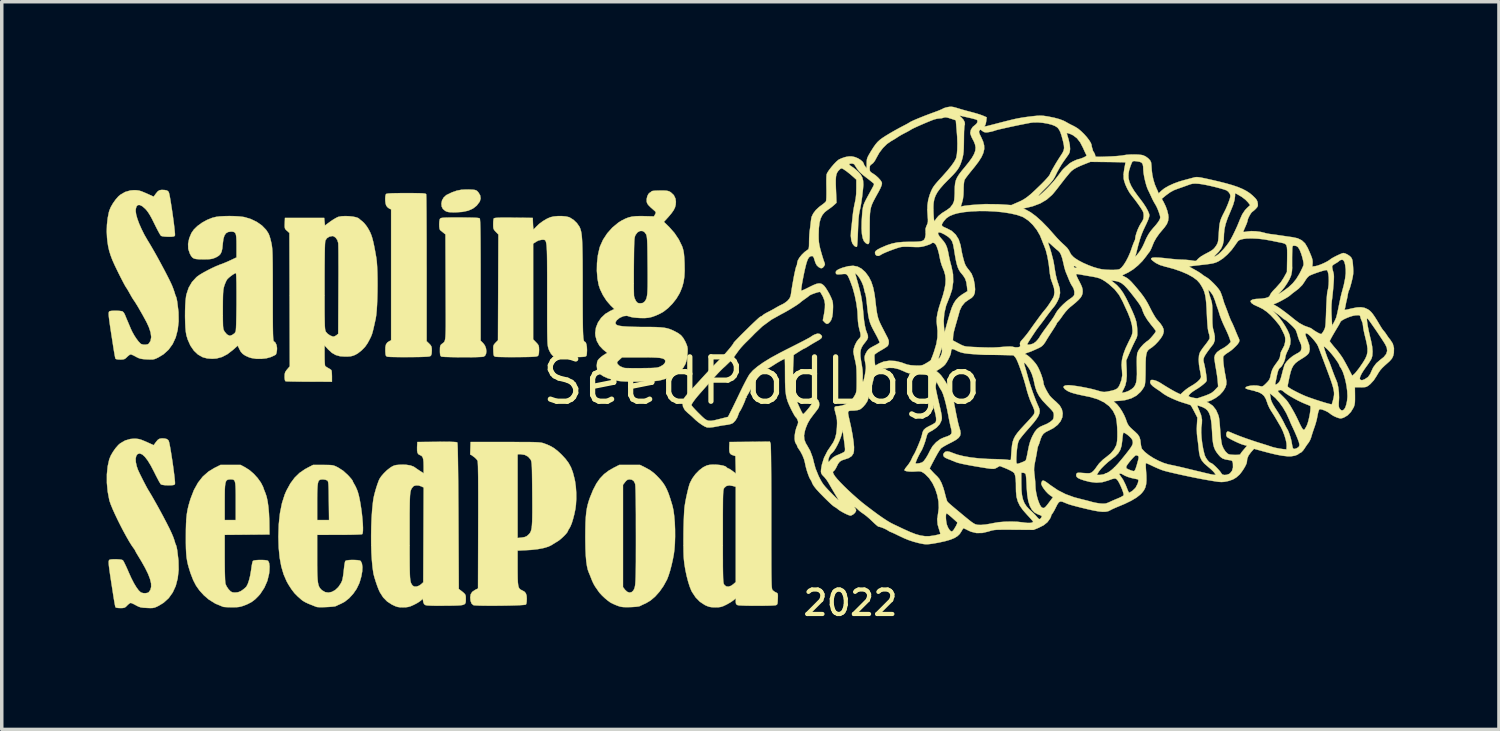
<source format=kicad_pcb>
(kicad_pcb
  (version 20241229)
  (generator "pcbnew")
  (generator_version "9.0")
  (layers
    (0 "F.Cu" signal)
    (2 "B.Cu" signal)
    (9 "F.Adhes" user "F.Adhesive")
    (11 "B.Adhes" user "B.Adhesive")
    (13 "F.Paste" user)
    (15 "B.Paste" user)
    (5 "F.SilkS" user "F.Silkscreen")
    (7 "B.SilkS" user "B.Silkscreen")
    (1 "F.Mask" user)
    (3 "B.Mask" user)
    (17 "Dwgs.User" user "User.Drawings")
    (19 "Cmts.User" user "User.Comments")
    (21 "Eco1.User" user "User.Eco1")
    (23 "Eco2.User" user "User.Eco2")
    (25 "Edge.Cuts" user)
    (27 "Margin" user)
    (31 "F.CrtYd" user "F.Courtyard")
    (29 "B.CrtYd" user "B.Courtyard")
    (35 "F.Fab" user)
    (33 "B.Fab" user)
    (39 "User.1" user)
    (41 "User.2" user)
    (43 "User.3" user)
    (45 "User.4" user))
  (footprint "SeedPodLogo"
    (layer "F.Cu")
    (at 18.747 7.853)
    (property "Reference" "SeedPodLogo" (at 0 0 0) (layer "F.SilkS") (effects (font (size 1.27 1.27) (thickness 0.15))))
    (attr through_hole board_only exclude_from_pos_files exclude_from_bom)
    (fp_poly (pts (xy -8.374 -5.479) (xy -8.28 -5.475) (xy -8.218 -5.469) (xy -8.177 -5.458) (xy -8.147 -5.44) (xy -8.117 -5.409) (xy -8.108 -5.399) (xy -8.057 -5.315) (xy -8.043 -5.225) (xy -8.066 -5.139) (xy -8.071 -5.131) (xy -8.155 -5.019) (xy -8.264 -4.934) (xy -8.4 -4.874) (xy -8.567 -4.839) (xy -8.767 -4.826) (xy -8.783 -4.826) (xy -8.887 -4.828) (xy -8.96 -4.834) (xy -9.012 -4.847) (xy -9.053 -4.867) (xy -9.121 -4.922) (xy -9.156 -4.99) (xy -9.165 -5.075) (xy -9.147 -5.168) (xy -9.097 -5.255) (xy -9.027 -5.318) (xy -9.017 -5.324) (xy -8.864 -5.398) (xy -8.727 -5.446) (xy -8.591 -5.473) (xy -8.443 -5.48) (xy -8.374 -5.479)) (stroke (width 0.01) (type solid)) (fill yes) (layer "F.SilkS"))
    (fp_poly (pts (xy -9.999 -5.376) (xy -9.867 -5.375) (xy -9.768 -5.373) (xy -9.697 -5.37) (xy -9.65 -5.365) (xy -9.621 -5.359) (xy -9.606 -5.35) (xy -9.601 -5.343) (xy -9.6 -5.317) (xy -9.598 -5.252) (xy -9.596 -5.151) (xy -9.595 -5.016) (xy -9.593 -4.85) (xy -9.592 -4.657) (xy -9.591 -4.439) (xy -9.59 -4.199) (xy -9.589 -3.94) (xy -9.589 -3.664) (xy -9.589 -3.376) (xy -9.588 -3.224) (xy -9.588 -1.139) (xy -9.514 -1.068) (xy -9.472 -1.023) (xy -9.45 -0.982) (xy -9.441 -0.929) (xy -9.44 -0.871) (xy -9.445 -0.787) (xy -9.46 -0.736) (xy -9.475 -0.717) (xy -9.495 -0.708) (xy -9.533 -0.7) (xy -9.593 -0.695) (xy -9.679 -0.691) (xy -9.796 -0.687) (xy -9.947 -0.685) (xy -10.084 -0.684) (xy -10.238 -0.683) (xy -10.381 -0.684) (xy -10.505 -0.686) (xy -10.606 -0.688) (xy -10.676 -0.692) (xy -10.71 -0.695) (xy -10.738 -0.707) (xy -10.755 -0.728) (xy -10.764 -0.769) (xy -10.769 -0.84) (xy -10.77 -0.858) (xy -10.768 -0.967) (xy -10.751 -1.045) (xy -10.714 -1.1) (xy -10.663 -1.135) (xy -10.604 -1.165) (xy -10.604 -4.912) (xy -10.659 -4.936) (xy -10.709 -4.974) (xy -10.744 -5.02) (xy -10.761 -5.075) (xy -10.771 -5.149) (xy -10.773 -5.228) (xy -10.767 -5.298) (xy -10.753 -5.345) (xy -10.748 -5.351) (xy -10.726 -5.359) (xy -10.677 -5.366) (xy -10.597 -5.371) (xy -10.484 -5.374) (xy -10.335 -5.376) (xy -10.169 -5.376) (xy -9.999 -5.376)) (stroke (width 0.01) (type solid)) (fill yes) (layer "F.SilkS"))
    (fp_poly (pts (xy -8.456 -4.677) (xy -8.312 -4.675) (xy -8.205 -4.672) (xy -8.13 -4.667) (xy -8.085 -4.66) (xy -8.069 -4.652) (xy -8.064 -4.638) (xy -8.06 -4.602) (xy -8.056 -4.543) (xy -8.053 -4.459) (xy -8.05 -4.348) (xy -8.048 -4.208) (xy -8.046 -4.036) (xy -8.045 -3.831) (xy -8.044 -3.591) (xy -8.043 -3.313) (xy -8.043 -2.996) (xy -8.043 -2.89) (xy -8.043 -1.154) (xy -7.971 -1.083) (xy -7.921 -1.016) (xy -7.89 -0.936) (xy -7.879 -0.854) (xy -7.888 -0.779) (xy -7.917 -0.723) (xy -7.959 -0.696) (xy -8 -0.691) (xy -8.074 -0.687) (xy -8.174 -0.683) (xy -8.295 -0.681) (xy -8.43 -0.68) (xy -8.57 -0.68) (xy -8.711 -0.681) (xy -8.844 -0.683) (xy -8.963 -0.686) (xy -9.061 -0.689) (xy -9.132 -0.694) (xy -9.168 -0.699) (xy -9.17 -0.7) (xy -9.191 -0.721) (xy -9.202 -0.76) (xy -9.207 -0.826) (xy -9.207 -0.869) (xy -9.206 -0.951) (xy -9.198 -1.002) (xy -9.181 -1.035) (xy -9.162 -1.053) (xy -9.138 -1.071) (xy -9.118 -1.086) (xy -9.1 -1.101) (xy -9.085 -1.118) (xy -9.073 -1.141) (xy -9.063 -1.173) (xy -9.055 -1.217) (xy -9.049 -1.276) (xy -9.045 -1.352) (xy -9.042 -1.45) (xy -9.04 -1.571) (xy -9.04 -1.719) (xy -9.04 -1.897) (xy -9.041 -2.108) (xy -9.042 -2.355) (xy -9.043 -2.641) (xy -9.043 -2.68) (xy -9.049 -4.195) (xy -9.112 -4.246) (xy -9.161 -4.286) (xy -9.198 -4.316) (xy -9.202 -4.319) (xy -9.217 -4.352) (xy -9.226 -4.413) (xy -9.228 -4.487) (xy -9.224 -4.561) (xy -9.214 -4.62) (xy -9.207 -4.637) (xy -9.198 -4.649) (xy -9.184 -4.659) (xy -9.159 -4.666) (xy -9.118 -4.671) (xy -9.056 -4.675) (xy -8.969 -4.677) (xy -8.851 -4.678) (xy -8.697 -4.678) (xy -8.639 -4.678) (xy -8.456 -4.677)) (stroke (width 0.01) (type solid)) (fill yes) (layer "F.SilkS"))
    (fp_poly (pts (xy -3.313 2.486) (xy -3.189 2.556) (xy -3.077 2.641) (xy -2.995 2.719) (xy -2.906 2.813) (xy -2.831 2.904) (xy -2.769 2.997) (xy -2.715 3.101) (xy -2.664 3.223) (xy -2.614 3.371) (xy -2.559 3.552) (xy -2.552 3.577) (xy -2.524 3.704) (xy -2.503 3.864) (xy -2.487 4.048) (xy -2.479 4.247) (xy -2.478 4.452) (xy -2.484 4.654) (xy -2.497 4.826) (xy -2.515 4.962) (xy -2.544 5.115) (xy -2.58 5.274) (xy -2.62 5.427) (xy -2.663 5.563) (xy -2.704 5.671) (xy -2.711 5.686) (xy -2.809 5.865) (xy -2.924 6.029) (xy -3.05 6.17) (xy -3.182 6.282) (xy -3.313 6.36) (xy -3.323 6.364) (xy -3.394 6.396) (xy -3.454 6.425) (xy -3.482 6.44) (xy -3.522 6.451) (xy -3.596 6.461) (xy -3.695 6.468) (xy -3.768 6.471) (xy -3.879 6.472) (xy -3.96 6.47) (xy -4.023 6.462) (xy -4.08 6.447) (xy -4.144 6.424) (xy -4.144 6.424) (xy -4.223 6.391) (xy -4.293 6.357) (xy -4.335 6.335) (xy -4.407 6.282) (xy -4.49 6.213) (xy -4.57 6.137) (xy -4.635 6.067) (xy -4.662 6.032) (xy -4.708 5.965) (xy -4.758 5.892) (xy -4.769 5.877) (xy -4.808 5.81) (xy -4.848 5.726) (xy -4.868 5.676) (xy -4.898 5.599) (xy -4.927 5.527) (xy -4.942 5.493) (xy -4.974 5.407) (xy -4.999 5.298) (xy -5.019 5.164) (xy -5.033 5) (xy -5.042 4.803) (xy -5.046 4.569) (xy -5.047 4.466) (xy -5.045 4.242) (xy -5.041 4.054) (xy -5.032 3.895) (xy -5.019 3.758) (xy -5 3.636) (xy -4.974 3.524) (xy -4.941 3.414) (xy -4.913 3.334) (xy -4.825 3.118) (xy -4.748 2.971) (xy -3.969 2.971) (xy -3.969 5.898) (xy -3.909 5.976) (xy -3.848 6.033) (xy -3.783 6.056) (xy -3.721 6.042) (xy -3.681 6.005) (xy -3.665 5.982) (xy -3.651 5.957) (xy -3.64 5.928) (xy -3.63 5.892) (xy -3.621 5.845) (xy -3.615 5.785) (xy -3.61 5.708) (xy -3.606 5.61) (xy -3.603 5.49) (xy -3.601 5.343) (xy -3.599 5.167) (xy -3.599 4.958) (xy -3.598 4.713) (xy -3.598 4.429) (xy -3.598 4.413) (xy -3.599 4.098) (xy -3.599 3.824) (xy -3.601 3.59) (xy -3.603 3.393) (xy -3.606 3.234) (xy -3.609 3.11) (xy -3.613 3.02) (xy -3.618 2.963) (xy -3.622 2.94) (xy -3.659 2.865) (xy -3.712 2.826) (xy -3.781 2.815) (xy -3.834 2.824) (xy -3.878 2.855) (xy -3.909 2.893) (xy -3.969 2.971) (xy -4.748 2.971) (xy -4.732 2.938) (xy -4.628 2.79) (xy -4.511 2.667) (xy -4.374 2.563) (xy -4.241 2.487) (xy -4.075 2.402) (xy -3.482 2.402) (xy -3.313 2.486)) (stroke (width 0.01) (type solid)) (fill yes) (layer "F.SilkS"))
    (fp_poly (pts (xy -14.774 2.476) (xy -14.651 2.556) (xy -14.531 2.661) (xy -14.422 2.781) (xy -14.332 2.907) (xy -14.269 3.029) (xy -14.256 3.069) (xy -14.237 3.122) (xy -14.21 3.189) (xy -14.201 3.21) (xy -14.168 3.309) (xy -14.139 3.443) (xy -14.116 3.606) (xy -14.1 3.791) (xy -14.091 3.991) (xy -14.09 4.053) (xy -14.086 4.392) (xy -15.367 4.403) (xy -15.367 5.064) (xy -15.366 5.259) (xy -15.364 5.431) (xy -15.36 5.576) (xy -15.356 5.69) (xy -15.35 5.769) (xy -15.344 5.806) (xy -15.316 5.871) (xy -15.27 5.942) (xy -15.247 5.97) (xy -15.198 6.02) (xy -15.155 6.045) (xy -15.102 6.053) (xy -15.067 6.054) (xy -14.985 6.046) (xy -14.914 6.018) (xy -14.869 5.99) (xy -14.809 5.944) (xy -14.759 5.898) (xy -14.743 5.879) (xy -14.706 5.808) (xy -14.671 5.703) (xy -14.639 5.576) (xy -14.614 5.433) (xy -14.606 5.377) (xy -14.593 5.287) (xy -14.579 5.212) (xy -14.565 5.162) (xy -14.559 5.15) (xy -14.527 5.136) (xy -14.464 5.127) (xy -14.384 5.122) (xy -14.298 5.122) (xy -14.217 5.126) (xy -14.155 5.135) (xy -14.123 5.149) (xy -14.095 5.21) (xy -14.083 5.306) (xy -14.088 5.432) (xy -14.097 5.516) (xy -14.146 5.719) (xy -14.232 5.915) (xy -14.349 6.093) (xy -14.399 6.151) (xy -14.496 6.248) (xy -14.593 6.322) (xy -14.704 6.381) (xy -14.808 6.424) (xy -14.885 6.45) (xy -14.956 6.466) (xy -15.037 6.474) (xy -15.142 6.475) (xy -15.163 6.475) (xy -15.257 6.474) (xy -15.337 6.47) (xy -15.392 6.466) (xy -15.409 6.463) (xy -15.633 6.371) (xy -15.827 6.25) (xy -15.964 6.131) (xy -16.087 5.996) (xy -16.186 5.856) (xy -16.267 5.7) (xy -16.339 5.515) (xy -16.35 5.483) (xy -16.388 5.361) (xy -16.419 5.252) (xy -16.441 5.149) (xy -16.458 5.044) (xy -16.468 4.929) (xy -16.475 4.794) (xy -16.478 4.633) (xy -16.478 4.466) (xy -16.477 4.258) (xy -16.472 4.085) (xy -16.464 3.937) (xy -16.45 3.807) (xy -16.43 3.686) (xy -16.402 3.567) (xy -16.371 3.459) (xy -15.367 3.459) (xy -15.367 3.979) (xy -15.05 3.979) (xy -15.05 3.444) (xy -15.05 3.265) (xy -15.052 3.123) (xy -15.056 3.015) (xy -15.063 2.935) (xy -15.075 2.88) (xy -15.092 2.845) (xy -15.116 2.826) (xy -15.148 2.817) (xy -15.187 2.815) (xy -15.194 2.815) (xy -15.243 2.817) (xy -15.281 2.825) (xy -15.311 2.844) (xy -15.333 2.878) (xy -15.348 2.931) (xy -15.358 3.009) (xy -15.364 3.114) (xy -15.366 3.253) (xy -15.367 3.428) (xy -15.367 3.459) (xy -16.371 3.459) (xy -16.366 3.442) (xy -16.342 3.365) (xy -16.247 3.12) (xy -16.131 2.911) (xy -15.994 2.736) (xy -15.833 2.594) (xy -15.67 2.494) (xy -15.488 2.402) (xy -14.912 2.402) (xy -14.774 2.476)) (stroke (width 0.01) (type solid)) (fill yes) (layer "F.SilkS"))
    (fp_poly (pts (xy -7.103 1.746) (xy -6.911 1.747) (xy -6.752 1.747) (xy -6.624 1.748) (xy -6.522 1.75) (xy -6.441 1.753) (xy -6.379 1.757) (xy -6.331 1.762) (xy -6.292 1.768) (xy -6.26 1.776) (xy -6.228 1.786) (xy -6.202 1.796) (xy -6.069 1.85) (xy -5.955 1.914) (xy -5.847 1.995) (xy -5.731 2.103) (xy -5.726 2.107) (xy -5.613 2.229) (xy -5.525 2.347) (xy -5.457 2.472) (xy -5.403 2.615) (xy -5.359 2.784) (xy -5.34 2.872) (xy -5.319 3.023) (xy -5.307 3.197) (xy -5.306 3.377) (xy -5.316 3.546) (xy -5.331 3.662) (xy -5.362 3.812) (xy -5.398 3.951) (xy -5.435 4.071) (xy -5.473 4.163) (xy -5.495 4.203) (xy -5.527 4.253) (xy -5.544 4.289) (xy -5.546 4.295) (xy -5.561 4.326) (xy -5.6 4.376) (xy -5.656 4.435) (xy -5.72 4.495) (xy -5.783 4.549) (xy -5.837 4.587) (xy -5.839 4.588) (xy -5.911 4.631) (xy -5.98 4.674) (xy -6.005 4.691) (xy -6.102 4.739) (xy -6.236 4.779) (xy -6.401 4.811) (xy -6.592 4.833) (xy -6.694 4.839) (xy -6.985 4.854) (xy -6.985 5.349) (xy -6.984 5.523) (xy -6.982 5.66) (xy -6.977 5.765) (xy -6.968 5.843) (xy -6.955 5.898) (xy -6.936 5.936) (xy -6.91 5.963) (xy -6.877 5.982) (xy -6.861 5.989) (xy -6.791 6.027) (xy -6.749 6.076) (xy -6.727 6.147) (xy -6.722 6.233) (xy -6.726 6.322) (xy -6.738 6.381) (xy -6.748 6.397) (xy -6.775 6.404) (xy -6.839 6.41) (xy -6.933 6.416) (xy -7.052 6.421) (xy -7.188 6.425) (xy -7.337 6.428) (xy -7.493 6.43) (xy -7.648 6.431) (xy -7.798 6.431) (xy -7.936 6.43) (xy -8.057 6.428) (xy -8.154 6.424) (xy -8.221 6.419) (xy -8.25 6.414) (xy -8.301 6.37) (xy -8.331 6.29) (xy -8.34 6.192) (xy -8.326 6.103) (xy -8.283 6.035) (xy -8.203 5.98) (xy -8.191 5.974) (xy -8.117 5.937) (xy -8.113 4.493) (xy -6.985 4.493) (xy -6.866 4.481) (xy -6.785 4.467) (xy -6.726 4.442) (xy -6.676 4.4) (xy -6.649 4.373) (xy -6.627 4.343) (xy -6.608 4.307) (xy -6.594 4.262) (xy -6.582 4.203) (xy -6.574 4.127) (xy -6.568 4.03) (xy -6.565 3.908) (xy -6.563 3.757) (xy -6.563 3.574) (xy -6.564 3.354) (xy -6.565 3.217) (xy -6.567 2.998) (xy -6.569 2.817) (xy -6.571 2.67) (xy -6.573 2.554) (xy -6.576 2.463) (xy -6.58 2.394) (xy -6.585 2.344) (xy -6.591 2.307) (xy -6.598 2.28) (xy -6.607 2.258) (xy -6.615 2.244) (xy -6.684 2.165) (xy -6.78 2.114) (xy -6.892 2.096) (xy -6.895 2.096) (xy -6.985 2.095) (xy -6.985 4.493) (xy -8.113 4.493) (xy -8.112 4.138) (xy -8.111 3.776) (xy -8.111 3.455) (xy -8.111 3.175) (xy -8.112 2.935) (xy -8.113 2.734) (xy -8.116 2.571) (xy -8.118 2.445) (xy -8.122 2.355) (xy -8.126 2.301) (xy -8.129 2.284) (xy -8.159 2.24) (xy -8.211 2.189) (xy -8.247 2.162) (xy -8.341 2.095) (xy -8.329 1.746) (xy -7.334 1.746) (xy -7.103 1.746)) (stroke (width 0.01) (type solid)) (fill yes) (layer "F.SilkS"))
    (fp_poly (pts (xy -12.437 2.403) (xy -12.353 2.405) (xy -12.293 2.41) (xy -12.244 2.421) (xy -12.197 2.439) (xy -12.143 2.465) (xy -12.121 2.477) (xy -11.977 2.569) (xy -11.84 2.694) (xy -11.781 2.759) (xy -11.735 2.813) (xy -11.709 2.849) (xy -11.705 2.858) (xy -11.695 2.888) (xy -11.668 2.937) (xy -11.653 2.962) (xy -11.617 3.029) (xy -11.579 3.115) (xy -11.558 3.172) (xy -11.531 3.267) (xy -11.505 3.384) (xy -11.481 3.518) (xy -11.459 3.66) (xy -11.44 3.806) (xy -11.426 3.948) (xy -11.415 4.081) (xy -11.41 4.197) (xy -11.411 4.291) (xy -11.419 4.355) (xy -11.432 4.383) (xy -11.46 4.388) (xy -11.525 4.392) (xy -11.621 4.396) (xy -11.743 4.399) (xy -11.885 4.401) (xy -12.042 4.402) (xy -12.091 4.402) (xy -12.721 4.403) (xy -12.721 5.055) (xy -12.721 5.264) (xy -12.719 5.436) (xy -12.715 5.574) (xy -12.708 5.684) (xy -12.698 5.769) (xy -12.684 5.836) (xy -12.665 5.887) (xy -12.64 5.928) (xy -12.609 5.963) (xy -12.583 5.988) (xy -12.494 6.041) (xy -12.398 6.056) (xy -12.299 6.035) (xy -12.203 5.982) (xy -12.115 5.899) (xy -12.04 5.787) (xy -12.011 5.725) (xy -11.995 5.672) (xy -11.98 5.589) (xy -11.966 5.49) (xy -11.958 5.413) (xy -11.947 5.316) (xy -11.935 5.233) (xy -11.923 5.174) (xy -11.914 5.15) (xy -11.88 5.136) (xy -11.817 5.126) (xy -11.735 5.121) (xy -11.648 5.122) (xy -11.568 5.127) (xy -11.505 5.137) (xy -11.474 5.152) (xy -11.44 5.223) (xy -11.426 5.324) (xy -11.432 5.449) (xy -11.457 5.592) (xy -11.501 5.746) (xy -11.519 5.796) (xy -11.592 5.948) (xy -11.691 6.091) (xy -11.808 6.218) (xy -11.936 6.319) (xy -12.039 6.373) (xy -12.106 6.403) (xy -12.163 6.43) (xy -12.181 6.44) (xy -12.218 6.45) (xy -12.286 6.458) (xy -12.374 6.465) (xy -12.472 6.47) (xy -12.57 6.473) (xy -12.655 6.473) (xy -12.718 6.469) (xy -12.742 6.464) (xy -12.788 6.446) (xy -12.816 6.435) (xy -12.858 6.418) (xy -12.924 6.392) (xy -12.983 6.368) (xy -13.063 6.33) (xy -13.138 6.285) (xy -13.176 6.255) (xy -13.229 6.207) (xy -13.275 6.167) (xy -13.285 6.158) (xy -13.367 6.075) (xy -13.454 5.962) (xy -13.54 5.829) (xy -13.593 5.735) (xy -13.679 5.537) (xy -13.746 5.312) (xy -13.793 5.058) (xy -13.821 4.772) (xy -13.83 4.456) (xy -13.819 4.102) (xy -13.785 3.783) (xy -13.728 3.499) (xy -13.72 3.473) (xy -12.721 3.473) (xy -12.721 3.979) (xy -12.38 3.979) (xy -12.387 3.427) (xy -12.389 3.26) (xy -12.391 3.129) (xy -12.394 3.031) (xy -12.398 2.96) (xy -12.403 2.911) (xy -12.41 2.88) (xy -12.419 2.86) (xy -12.431 2.848) (xy -12.434 2.845) (xy -12.486 2.825) (xy -12.554 2.816) (xy -12.619 2.82) (xy -12.651 2.832) (xy -12.672 2.852) (xy -12.689 2.884) (xy -12.701 2.935) (xy -12.71 3.007) (xy -12.716 3.106) (xy -12.72 3.236) (xy -12.721 3.403) (xy -12.721 3.473) (xy -13.72 3.473) (xy -13.648 3.248) (xy -13.598 3.134) (xy -13.488 2.933) (xy -13.366 2.768) (xy -13.227 2.632) (xy -13.065 2.521) (xy -13.002 2.487) (xy -12.838 2.402) (xy -12.552 2.402) (xy -12.437 2.403)) (stroke (width 0.01) (type solid)) (fill yes) (layer "F.SilkS"))
    (fp_poly (pts (xy -11.812 -4.716) (xy -11.706 -4.705) (xy -11.614 -4.687) (xy -11.546 -4.663) (xy -11.516 -4.64) (xy -11.493 -4.619) (xy -11.449 -4.584) (xy -11.429 -4.569) (xy -11.378 -4.521) (xy -11.321 -4.451) (xy -11.278 -4.389) (xy -11.236 -4.317) (xy -11.2 -4.246) (xy -11.169 -4.17) (xy -11.141 -4.081) (xy -11.114 -3.975) (xy -11.086 -3.844) (xy -11.056 -3.683) (xy -11.028 -3.524) (xy -11.015 -3.419) (xy -11.005 -3.281) (xy -10.998 -3.118) (xy -10.994 -2.936) (xy -10.993 -2.745) (xy -10.995 -2.55) (xy -11 -2.36) (xy -11.007 -2.181) (xy -11.017 -2.021) (xy -11.03 -1.888) (xy -11.045 -1.788) (xy -11.047 -1.776) (xy -11.062 -1.711) (xy -11.082 -1.621) (xy -11.104 -1.524) (xy -11.109 -1.503) (xy -11.131 -1.412) (xy -11.153 -1.338) (xy -11.181 -1.268) (xy -11.221 -1.187) (xy -11.277 -1.083) (xy -11.278 -1.081) (xy -11.35 -0.978) (xy -11.448 -0.877) (xy -11.557 -0.791) (xy -11.631 -0.749) (xy -11.698 -0.722) (xy -11.767 -0.706) (xy -11.853 -0.7) (xy -11.917 -0.699) (xy -12.067 -0.709) (xy -12.191 -0.744) (xy -12.3 -0.807) (xy -12.404 -0.903) (xy -12.409 -0.908) (xy -12.509 -1.018) (xy -12.509 -0.737) (xy -12.508 -0.63) (xy -12.505 -0.539) (xy -12.5 -0.471) (xy -12.494 -0.434) (xy -12.493 -0.432) (xy -12.465 -0.407) (xy -12.416 -0.377) (xy -12.404 -0.37) (xy -12.352 -0.34) (xy -12.318 -0.314) (xy -12.314 -0.309) (xy -12.306 -0.278) (xy -12.301 -0.216) (xy -12.298 -0.138) (xy -12.298 -0.132) (xy -12.298 0.021) (xy -12.949 0.019) (xy -13.111 0.019) (xy -13.261 0.017) (xy -13.392 0.016) (xy -13.499 0.013) (xy -13.577 0.011) (xy -13.62 0.008) (xy -13.626 0.007) (xy -13.643 -0.021) (xy -13.652 -0.086) (xy -13.652 -0.125) (xy -13.649 -0.2) (xy -13.635 -0.253) (xy -13.603 -0.303) (xy -13.578 -0.333) (xy -13.504 -0.42) (xy -13.509 -2.329) (xy -13.51 -2.711) (xy -12.509 -2.711) (xy -12.509 -2.451) (xy -12.509 -2.229) (xy -12.509 -2.042) (xy -12.508 -1.888) (xy -12.506 -1.763) (xy -12.504 -1.663) (xy -12.502 -1.586) (xy -12.498 -1.527) (xy -12.494 -1.484) (xy -12.488 -1.453) (xy -12.482 -1.431) (xy -12.474 -1.414) (xy -12.47 -1.406) (xy -12.42 -1.35) (xy -12.351 -1.303) (xy -12.28 -1.274) (xy -12.253 -1.27) (xy -12.212 -1.283) (xy -12.168 -1.31) (xy -12.118 -1.351) (xy -12.112 -2.607) (xy -12.111 -2.836) (xy -12.11 -3.055) (xy -12.11 -3.259) (xy -12.111 -3.445) (xy -12.111 -3.608) (xy -12.112 -3.744) (xy -12.114 -3.85) (xy -12.116 -3.921) (xy -12.118 -3.951) (xy -12.144 -4.035) (xy -12.191 -4.102) (xy -12.25 -4.142) (xy -12.287 -4.149) (xy -12.372 -4.131) (xy -12.443 -4.085) (xy -12.486 -4.019) (xy -12.492 -3.984) (xy -12.497 -3.914) (xy -12.501 -3.808) (xy -12.504 -3.664) (xy -12.506 -3.481) (xy -12.508 -3.26) (xy -12.509 -2.998) (xy -12.509 -2.711) (xy -13.51 -2.711) (xy -13.515 -4.237) (xy -13.585 -4.299) (xy -13.621 -4.333) (xy -13.641 -4.364) (xy -13.649 -4.405) (xy -13.65 -4.467) (xy -13.648 -4.514) (xy -13.642 -4.667) (xy -12.52 -4.667) (xy -12.509 -4.558) (xy -12.499 -4.449) (xy -12.344 -4.563) (xy -12.264 -4.617) (xy -12.187 -4.663) (xy -12.126 -4.693) (xy -12.111 -4.698) (xy -12.024 -4.714) (xy -11.921 -4.719) (xy -11.812 -4.716)) (stroke (width 0.01) (type solid)) (fill yes) (layer "F.SilkS"))
    (fp_poly (pts (xy -8.937 1.74) (xy -8.821 1.744) (xy -8.746 1.749) (xy -8.713 1.757) (xy -8.712 1.758) (xy -8.707 1.779) (xy -8.703 1.837) (xy -8.699 1.931) (xy -8.696 2.061) (xy -8.693 2.23) (xy -8.69 2.437) (xy -8.687 2.683) (xy -8.684 2.968) (xy -8.682 3.295) (xy -8.679 3.662) (xy -8.678 3.866) (xy -8.668 5.952) (xy -8.615 5.992) (xy -8.544 6.048) (xy -8.5 6.089) (xy -8.477 6.125) (xy -8.468 6.167) (xy -8.467 6.225) (xy -8.467 6.228) (xy -8.467 6.286) (xy -8.47 6.331) (xy -8.482 6.365) (xy -8.507 6.39) (xy -8.549 6.407) (xy -8.613 6.418) (xy -8.705 6.424) (xy -8.827 6.428) (xy -8.986 6.43) (xy -9.043 6.43) (xy -9.215 6.432) (xy -9.361 6.431) (xy -9.479 6.428) (xy -9.564 6.423) (xy -9.612 6.416) (xy -9.616 6.415) (xy -9.658 6.388) (xy -9.68 6.34) (xy -9.686 6.311) (xy -9.699 6.229) (xy -9.749 6.28) (xy -9.793 6.313) (xy -9.861 6.356) (xy -9.941 6.398) (xy -9.953 6.404) (xy -10.04 6.443) (xy -10.111 6.465) (xy -10.184 6.475) (xy -10.266 6.477) (xy -10.354 6.475) (xy -10.422 6.465) (xy -10.488 6.442) (xy -10.571 6.403) (xy -10.578 6.4) (xy -10.717 6.31) (xy -10.832 6.193) (xy -10.928 6.042) (xy -10.929 6.039) (xy -10.965 5.96) (xy -11.005 5.855) (xy -11.045 5.738) (xy -11.08 5.624) (xy -11.106 5.528) (xy -11.111 5.503) (xy -11.135 5.337) (xy -11.154 5.137) (xy -11.168 4.912) (xy -11.175 4.669) (xy -11.176 4.449) (xy -10.075 4.449) (xy -10.075 4.715) (xy -10.075 4.943) (xy -10.074 5.134) (xy -10.073 5.294) (xy -10.071 5.424) (xy -10.068 5.53) (xy -10.064 5.613) (xy -10.058 5.678) (xy -10.05 5.727) (xy -10.041 5.765) (xy -10.029 5.794) (xy -10.015 5.819) (xy -9.999 5.841) (xy -9.985 5.858) (xy -9.941 5.883) (xy -9.877 5.883) (xy -9.807 5.859) (xy -9.753 5.823) (xy -9.684 5.761) (xy -9.678 4.405) (xy -9.672 3.05) (xy -9.735 3.017) (xy -9.813 2.991) (xy -9.89 2.987) (xy -9.952 3.004) (xy -9.974 3.022) (xy -9.994 3.046) (xy -10.012 3.069) (xy -10.027 3.095) (xy -10.039 3.126) (xy -10.05 3.166) (xy -10.058 3.219) (xy -10.064 3.288) (xy -10.068 3.376) (xy -10.071 3.486) (xy -10.073 3.623) (xy -10.075 3.788) (xy -10.075 3.987) (xy -10.075 4.222) (xy -10.075 4.449) (xy -11.176 4.449) (xy -11.176 4.416) (xy -11.172 4.161) (xy -11.162 3.913) (xy -11.146 3.68) (xy -11.124 3.469) (xy -11.111 3.376) (xy -11.094 3.291) (xy -11.067 3.185) (xy -11.034 3.07) (xy -10.998 2.959) (xy -10.964 2.865) (xy -10.938 2.805) (xy -10.886 2.726) (xy -10.81 2.639) (xy -10.723 2.554) (xy -10.636 2.486) (xy -10.631 2.482) (xy -10.57 2.444) (xy -10.518 2.42) (xy -10.462 2.406) (xy -10.387 2.399) (xy -10.328 2.396) (xy -10.18 2.397) (xy -10.055 2.416) (xy -9.959 2.451) (xy -9.923 2.475) (xy -9.891 2.498) (xy -9.837 2.535) (xy -9.784 2.57) (xy -9.673 2.643) (xy -9.673 2.445) (xy -9.676 2.324) (xy -9.685 2.238) (xy -9.703 2.181) (xy -9.731 2.144) (xy -9.774 2.122) (xy -9.777 2.121) (xy -9.821 2.097) (xy -9.847 2.059) (xy -9.86 1.999) (xy -9.861 1.907) (xy -9.86 1.872) (xy -9.853 1.746) (xy -9.294 1.741) (xy -9.094 1.739) (xy -8.937 1.74)) (stroke (width 0.01) (type solid)) (fill yes) (layer "F.SilkS"))
    (fp_poly (pts (xy -5.712 -4.719) (xy -5.6 -4.708) (xy -5.51 -4.687) (xy -5.493 -4.679) (xy -5.384 -4.611) (xy -5.288 -4.519) (xy -5.217 -4.417) (xy -5.206 -4.395) (xy -5.19 -4.356) (xy -5.177 -4.314) (xy -5.165 -4.264) (xy -5.155 -4.205) (xy -5.147 -4.132) (xy -5.14 -4.043) (xy -5.135 -3.934) (xy -5.131 -3.803) (xy -5.128 -3.646) (xy -5.125 -3.46) (xy -5.124 -3.242) (xy -5.123 -2.989) (xy -5.123 -2.697) (xy -5.123 -2.62) (xy -5.123 -2.331) (xy -5.122 -2.081) (xy -5.121 -1.867) (xy -5.119 -1.688) (xy -5.117 -1.539) (xy -5.114 -1.419) (xy -5.11 -1.323) (xy -5.105 -1.25) (xy -5.099 -1.197) (xy -5.091 -1.16) (xy -5.082 -1.137) (xy -5.072 -1.126) (xy -5.059 -1.122) (xy -5.058 -1.122) (xy -5.035 -1.102) (xy -5.016 -1.05) (xy -5.003 -0.974) (xy -4.999 -0.884) (xy -5 -0.856) (xy -5.004 -0.779) (xy -5.011 -0.734) (xy -5.025 -0.711) (xy -5.052 -0.7) (xy -5.069 -0.696) (xy -5.11 -0.691) (xy -5.186 -0.687) (xy -5.287 -0.684) (xy -5.407 -0.681) (xy -5.528 -0.68) (xy -5.667 -0.679) (xy -5.769 -0.679) (xy -5.843 -0.682) (xy -5.894 -0.686) (xy -5.929 -0.694) (xy -5.954 -0.705) (xy -5.976 -0.722) (xy -5.985 -0.73) (xy -6.031 -0.784) (xy -6.075 -0.864) (xy -6.093 -0.906) (xy -6.102 -0.931) (xy -6.109 -0.957) (xy -6.116 -0.986) (xy -6.121 -1.021) (xy -6.126 -1.066) (xy -6.129 -1.124) (xy -6.132 -1.199) (xy -6.134 -1.293) (xy -6.136 -1.409) (xy -6.137 -1.552) (xy -6.138 -1.723) (xy -6.138 -1.928) (xy -6.138 -2.167) (xy -6.138 -2.446) (xy -6.138 -2.474) (xy -6.138 -2.77) (xy -6.138 -3.025) (xy -6.139 -3.244) (xy -6.14 -3.429) (xy -6.142 -3.583) (xy -6.145 -3.709) (xy -6.15 -3.81) (xy -6.156 -3.888) (xy -6.165 -3.947) (xy -6.175 -3.988) (xy -6.188 -4.016) (xy -6.204 -4.032) (xy -6.223 -4.04) (xy -6.245 -4.043) (xy -6.271 -4.043) (xy -6.285 -4.043) (xy -6.383 -4.023) (xy -6.454 -3.986) (xy -6.54 -3.929) (xy -6.54 -1.192) (xy -6.456 -1.106) (xy -6.41 -1.056) (xy -6.384 -1.015) (xy -6.374 -0.968) (xy -6.371 -0.897) (xy -6.371 -0.883) (xy -6.375 -0.797) (xy -6.387 -0.744) (xy -6.406 -0.717) (xy -6.426 -0.708) (xy -6.464 -0.7) (xy -6.524 -0.695) (xy -6.611 -0.69) (xy -6.729 -0.687) (xy -6.882 -0.685) (xy -7.004 -0.684) (xy -7.157 -0.683) (xy -7.298 -0.684) (xy -7.421 -0.686) (xy -7.52 -0.688) (xy -7.589 -0.692) (xy -7.62 -0.695) (xy -7.647 -0.707) (xy -7.664 -0.726) (xy -7.673 -0.765) (xy -7.678 -0.833) (xy -7.679 -0.867) (xy -7.681 -0.948) (xy -7.678 -1) (xy -7.664 -1.037) (xy -7.637 -1.072) (xy -7.616 -1.095) (xy -7.546 -1.166) (xy -7.54 -2.679) (xy -7.534 -4.192) (xy -7.609 -4.269) (xy -7.649 -4.314) (xy -7.672 -4.353) (xy -7.681 -4.402) (xy -7.683 -4.476) (xy -7.683 -4.485) (xy -7.681 -4.561) (xy -7.674 -4.622) (xy -7.666 -4.652) (xy -7.651 -4.66) (xy -7.616 -4.667) (xy -7.556 -4.671) (xy -7.468 -4.674) (xy -7.348 -4.674) (xy -7.192 -4.674) (xy -7.1 -4.673) (xy -6.551 -4.667) (xy -6.545 -4.503) (xy -6.541 -4.426) (xy -6.535 -4.368) (xy -6.53 -4.34) (xy -6.528 -4.339) (xy -6.51 -4.354) (xy -6.474 -4.39) (xy -6.451 -4.415) (xy -6.367 -4.496) (xy -6.258 -4.576) (xy -6.143 -4.644) (xy -6.047 -4.686) (xy -5.95 -4.708) (xy -5.834 -4.719) (xy -5.712 -4.719)) (stroke (width 0.01) (type solid)) (fill yes) (layer "F.SilkS"))
    (fp_poly (pts (xy 0.254 1.79) (xy 0.258 1.821) (xy 0.261 1.893) (xy 0.264 2.004) (xy 0.267 2.154) (xy 0.269 2.342) (xy 0.271 2.565) (xy 0.273 2.822) (xy 0.274 3.113) (xy 0.275 3.435) (xy 0.275 3.788) (xy 0.275 3.896) (xy 0.275 4.236) (xy 0.275 4.537) (xy 0.275 4.8) (xy 0.276 5.028) (xy 0.276 5.225) (xy 0.277 5.391) (xy 0.278 5.531) (xy 0.28 5.646) (xy 0.282 5.738) (xy 0.284 5.812) (xy 0.287 5.868) (xy 0.291 5.91) (xy 0.295 5.94) (xy 0.3 5.961) (xy 0.305 5.974) (xy 0.312 5.984) (xy 0.318 5.991) (xy 0.371 6.032) (xy 0.414 6.054) (xy 0.441 6.067) (xy 0.456 6.086) (xy 0.463 6.121) (xy 0.463 6.182) (xy 0.461 6.238) (xy 0.457 6.321) (xy 0.451 6.371) (xy 0.438 6.398) (xy 0.417 6.411) (xy 0.402 6.416) (xy 0.361 6.421) (xy 0.285 6.426) (xy 0.183 6.429) (xy 0.063 6.431) (xy -0.069 6.432) (xy -0.205 6.432) (xy -0.337 6.431) (xy -0.459 6.429) (xy -0.562 6.425) (xy -0.639 6.421) (xy -0.683 6.415) (xy -0.687 6.414) (xy -0.722 6.394) (xy -0.738 6.36) (xy -0.741 6.306) (xy -0.741 6.219) (xy -0.808 6.275) (xy -0.861 6.313) (xy -0.936 6.359) (xy -1.017 6.404) (xy -1.019 6.404) (xy -1.101 6.443) (xy -1.168 6.465) (xy -1.239 6.475) (xy -1.328 6.477) (xy -1.423 6.474) (xy -1.495 6.463) (xy -1.564 6.439) (xy -1.625 6.411) (xy -1.765 6.32) (xy -1.89 6.193) (xy -1.993 6.037) (xy -2.012 6.001) (xy -2.058 5.888) (xy -2.104 5.743) (xy -2.147 5.578) (xy -2.184 5.404) (xy -2.212 5.23) (xy -2.225 5.113) (xy -2.232 5.015) (xy -2.236 4.884) (xy -2.238 4.73) (xy -2.239 4.56) (xy -2.238 4.442) (xy -1.111 4.442) (xy -1.111 4.713) (xy -1.111 4.945) (xy -1.11 5.141) (xy -1.11 5.304) (xy -1.108 5.438) (xy -1.106 5.546) (xy -1.104 5.63) (xy -1.101 5.694) (xy -1.097 5.742) (xy -1.092 5.777) (xy -1.086 5.801) (xy -1.079 5.818) (xy -1.074 5.827) (xy -1.021 5.875) (xy -0.953 5.886) (xy -0.876 5.861) (xy -0.816 5.819) (xy -0.741 5.753) (xy -0.741 3.029) (xy -0.821 3.005) (xy -0.925 2.987) (xy -1.006 3.003) (xy -1.067 3.054) (xy -1.067 3.055) (xy -1.076 3.068) (xy -1.084 3.082) (xy -1.09 3.102) (xy -1.095 3.129) (xy -1.1 3.169) (xy -1.103 3.222) (xy -1.106 3.294) (xy -1.108 3.386) (xy -1.109 3.503) (xy -1.11 3.648) (xy -1.111 3.823) (xy -1.111 4.032) (xy -1.111 4.279) (xy -1.111 4.442) (xy -2.238 4.442) (xy -2.238 4.38) (xy -2.235 4.2) (xy -2.23 4.027) (xy -2.224 3.868) (xy -2.217 3.732) (xy -2.209 3.625) (xy -2.203 3.577) (xy -2.183 3.455) (xy -2.157 3.322) (xy -2.127 3.189) (xy -2.098 3.067) (xy -2.07 2.969) (xy -2.052 2.919) (xy -1.986 2.79) (xy -1.895 2.666) (xy -1.788 2.556) (xy -1.674 2.469) (xy -1.568 2.417) (xy -1.493 2.4) (xy -1.4 2.393) (xy -1.299 2.395) (xy -1.199 2.404) (xy -1.11 2.42) (xy -1.041 2.442) (xy -1.003 2.468) (xy -0.999 2.476) (xy -0.974 2.496) (xy -0.964 2.498) (xy -0.934 2.51) (xy -0.883 2.541) (xy -0.838 2.573) (xy -0.739 2.649) (xy -0.745 2.399) (xy -0.751 2.148) (xy -0.823 2.125) (xy -0.877 2.102) (xy -0.909 2.067) (xy -0.925 2.013) (xy -0.928 1.929) (xy -0.927 1.889) (xy -0.921 1.746) (xy -0.344 1.741) (xy 0.234 1.735) (xy 0.254 1.79)) (stroke (width 0.01) (type solid)) (fill yes) (layer "F.SilkS"))
    (fp_poly (pts (xy -17.09 1.646) (xy -17.024 1.661) (xy -16.983 1.693) (xy -16.971 1.711) (xy -16.959 1.747) (xy -16.944 1.817) (xy -16.925 1.915) (xy -16.905 2.034) (xy -16.884 2.168) (xy -16.862 2.309) (xy -16.842 2.451) (xy -16.824 2.587) (xy -16.808 2.711) (xy -16.797 2.816) (xy -16.79 2.895) (xy -16.79 2.941) (xy -16.791 2.948) (xy -16.805 2.966) (xy -16.834 2.977) (xy -16.888 2.983) (xy -16.975 2.984) (xy -16.982 2.985) (xy -17.083 2.981) (xy -17.156 2.971) (xy -17.192 2.958) (xy -17.212 2.931) (xy -17.247 2.872) (xy -17.291 2.789) (xy -17.343 2.689) (xy -17.38 2.614) (xy -17.478 2.425) (xy -17.568 2.277) (xy -17.65 2.17) (xy -17.725 2.102) (xy -17.793 2.075) (xy -17.805 2.074) (xy -17.862 2.092) (xy -17.898 2.143) (xy -17.915 2.221) (xy -17.911 2.321) (xy -17.885 2.439) (xy -17.851 2.537) (xy -17.826 2.593) (xy -17.787 2.675) (xy -17.739 2.771) (xy -17.688 2.873) (xy -17.637 2.97) (xy -17.592 3.054) (xy -17.558 3.114) (xy -17.547 3.133) (xy -17.52 3.176) (xy -17.477 3.248) (xy -17.424 3.339) (xy -17.366 3.442) (xy -17.307 3.546) (xy -17.254 3.641) (xy -17.133 3.865) (xy -17.033 4.056) (xy -16.951 4.217) (xy -16.888 4.351) (xy -16.841 4.462) (xy -16.809 4.553) (xy -16.794 4.604) (xy -16.779 4.656) (xy -16.764 4.688) (xy -16.752 4.719) (xy -16.738 4.778) (xy -16.725 4.847) (xy -16.69 5.138) (xy -16.685 5.405) (xy -16.712 5.647) (xy -16.768 5.864) (xy -16.855 6.053) (xy -16.971 6.215) (xy -17.117 6.347) (xy -17.256 6.432) (xy -17.326 6.466) (xy -17.38 6.486) (xy -17.433 6.496) (xy -17.499 6.498) (xy -17.593 6.494) (xy -17.594 6.494) (xy -17.694 6.488) (xy -17.766 6.478) (xy -17.824 6.46) (xy -17.884 6.431) (xy -17.909 6.417) (xy -17.975 6.382) (xy -18.03 6.358) (xy -18.059 6.35) (xy -18.091 6.365) (xy -18.136 6.402) (xy -18.158 6.424) (xy -18.2 6.466) (xy -18.238 6.488) (xy -18.289 6.497) (xy -18.351 6.498) (xy -18.42 6.495) (xy -18.471 6.486) (xy -18.49 6.476) (xy -18.495 6.463) (xy -18.502 6.438) (xy -18.51 6.397) (xy -18.521 6.336) (xy -18.536 6.251) (xy -18.554 6.139) (xy -18.576 5.995) (xy -18.604 5.816) (xy -18.626 5.673) (xy -18.651 5.507) (xy -18.669 5.379) (xy -18.681 5.282) (xy -18.686 5.213) (xy -18.686 5.166) (xy -18.68 5.137) (xy -18.669 5.121) (xy -18.657 5.114) (xy -18.609 5.105) (xy -18.537 5.101) (xy -18.454 5.102) (xy -18.375 5.107) (xy -18.313 5.117) (xy -18.284 5.128) (xy -18.264 5.155) (xy -18.233 5.215) (xy -18.192 5.3) (xy -18.146 5.401) (xy -18.117 5.469) (xy -18.042 5.636) (xy -17.967 5.783) (xy -17.895 5.902) (xy -17.829 5.992) (xy -17.772 6.046) (xy -17.761 6.052) (xy -17.701 6.071) (xy -17.63 6.073) (xy -17.568 6.061) (xy -17.541 6.045) (xy -17.493 5.977) (xy -17.471 5.893) (xy -17.473 5.791) (xy -17.503 5.668) (xy -17.559 5.521) (xy -17.643 5.35) (xy -17.755 5.151) (xy -17.814 5.054) (xy -17.862 4.975) (xy -17.9 4.911) (xy -17.923 4.868) (xy -17.928 4.856) (xy -17.94 4.832) (xy -17.968 4.791) (xy -17.972 4.787) (xy -18.032 4.701) (xy -18.104 4.585) (xy -18.183 4.447) (xy -18.267 4.293) (xy -18.351 4.131) (xy -18.433 3.967) (xy -18.508 3.809) (xy -18.574 3.663) (xy -18.626 3.536) (xy -18.661 3.436) (xy -18.669 3.407) (xy -18.715 3.163) (xy -18.738 2.915) (xy -18.738 2.672) (xy -18.715 2.443) (xy -18.67 2.24) (xy -18.668 2.236) (xy -18.627 2.136) (xy -18.563 2.026) (xy -18.488 1.92) (xy -18.41 1.831) (xy -18.358 1.786) (xy -18.216 1.703) (xy -18.067 1.66) (xy -17.956 1.651) (xy -17.883 1.654) (xy -17.82 1.663) (xy -17.752 1.683) (xy -17.668 1.717) (xy -17.605 1.744) (xy -17.399 1.837) (xy -17.333 1.746) (xy -17.282 1.685) (xy -17.231 1.653) (xy -17.164 1.642) (xy -17.09 1.646)) (stroke (width 0.01) (type solid)) (fill yes) (layer "F.SilkS"))
    (fp_poly (pts (xy -15.086 -4.717) (xy -14.95 -4.709) (xy -14.838 -4.696) (xy -14.802 -4.69) (xy -14.618 -4.634) (xy -14.448 -4.552) (xy -14.3 -4.448) (xy -14.182 -4.326) (xy -14.115 -4.224) (xy -14.09 -4.165) (xy -14.063 -4.079) (xy -14.039 -3.982) (xy -14.031 -3.949) (xy -14.023 -3.906) (xy -14.016 -3.862) (xy -14.01 -3.812) (xy -14.005 -3.754) (xy -14.001 -3.682) (xy -13.998 -3.595) (xy -13.996 -3.487) (xy -13.994 -3.357) (xy -13.993 -3.199) (xy -13.992 -3.011) (xy -13.992 -2.788) (xy -13.991 -2.528) (xy -13.991 -2.452) (xy -13.991 -2.181) (xy -13.991 -1.949) (xy -13.99 -1.753) (xy -13.989 -1.591) (xy -13.987 -1.459) (xy -13.985 -1.354) (xy -13.982 -1.274) (xy -13.979 -1.215) (xy -13.975 -1.175) (xy -13.97 -1.15) (xy -13.964 -1.138) (xy -13.961 -1.136) (xy -13.916 -1.098) (xy -13.885 -1.031) (xy -13.87 -0.946) (xy -13.872 -0.882) (xy -13.883 -0.816) (xy -13.897 -0.769) (xy -13.904 -0.756) (xy -13.933 -0.738) (xy -13.989 -0.711) (xy -14.048 -0.685) (xy -14.173 -0.65) (xy -14.318 -0.634) (xy -14.468 -0.636) (xy -14.605 -0.658) (xy -14.671 -0.678) (xy -14.777 -0.726) (xy -14.852 -0.777) (xy -14.907 -0.839) (xy -14.944 -0.907) (xy -14.994 -1.012) (xy -15.133 -0.888) (xy -15.289 -0.768) (xy -15.442 -0.688) (xy -15.599 -0.645) (xy -15.724 -0.636) (xy -15.869 -0.647) (xy -15.991 -0.679) (xy -15.998 -0.682) (xy -16.131 -0.757) (xy -16.248 -0.868) (xy -16.347 -1.011) (xy -16.424 -1.184) (xy -16.462 -1.307) (xy -16.478 -1.4) (xy -16.49 -1.525) (xy -16.497 -1.673) (xy -16.501 -1.835) (xy -16.5 -2) (xy -16.499 -2.043) (xy -15.42 -2.043) (xy -15.42 -1.876) (xy -15.419 -1.746) (xy -15.417 -1.647) (xy -15.415 -1.574) (xy -15.41 -1.521) (xy -15.403 -1.483) (xy -15.393 -1.455) (xy -15.38 -1.43) (xy -15.369 -1.411) (xy -15.302 -1.332) (xy -15.224 -1.293) (xy -15.223 -1.293) (xy -15.202 -1.299) (xy -15.157 -1.316) (xy -15.147 -1.321) (xy -15.081 -1.368) (xy -15.052 -1.419) (xy -15.047 -1.454) (xy -15.042 -1.525) (xy -15.038 -1.624) (xy -15.035 -1.747) (xy -15.032 -1.888) (xy -15.03 -2.042) (xy -15.028 -2.203) (xy -15.028 -2.365) (xy -15.028 -2.524) (xy -15.029 -2.674) (xy -15.03 -2.809) (xy -15.033 -2.923) (xy -15.036 -3.012) (xy -15.041 -3.07) (xy -15.046 -3.09) (xy -15.046 -3.09) (xy -15.08 -3.077) (xy -15.133 -3.045) (xy -15.195 -3) (xy -15.252 -2.953) (xy -15.293 -2.912) (xy -15.3 -2.903) (xy -15.328 -2.852) (xy -15.359 -2.779) (xy -15.38 -2.72) (xy -15.392 -2.676) (xy -15.402 -2.629) (xy -15.409 -2.572) (xy -15.414 -2.501) (xy -15.417 -2.408) (xy -15.419 -2.288) (xy -15.42 -2.134) (xy -15.42 -2.043) (xy -16.499 -2.043) (xy -16.495 -2.159) (xy -16.486 -2.302) (xy -16.472 -2.421) (xy -16.461 -2.479) (xy -16.398 -2.668) (xy -16.302 -2.833) (xy -16.176 -2.97) (xy -16.144 -2.996) (xy -16.07 -3.047) (xy -15.968 -3.107) (xy -15.849 -3.171) (xy -15.724 -3.234) (xy -15.604 -3.289) (xy -15.501 -3.331) (xy -15.462 -3.344) (xy -15.404 -3.366) (xy -15.322 -3.4) (xy -15.232 -3.44) (xy -15.203 -3.453) (xy -15.028 -3.536) (xy -15.028 -3.859) (xy -15.029 -4.002) (xy -15.034 -4.108) (xy -15.044 -4.183) (xy -15.062 -4.231) (xy -15.09 -4.259) (xy -15.129 -4.272) (xy -15.182 -4.276) (xy -15.184 -4.276) (xy -15.268 -4.264) (xy -15.33 -4.228) (xy -15.375 -4.162) (xy -15.405 -4.062) (xy -15.422 -3.926) (xy -15.422 -3.922) (xy -15.435 -3.796) (xy -15.455 -3.704) (xy -15.487 -3.637) (xy -15.534 -3.587) (xy -15.602 -3.546) (xy -15.619 -3.537) (xy -15.676 -3.513) (xy -15.728 -3.497) (xy -15.787 -3.488) (xy -15.864 -3.483) (xy -15.972 -3.482) (xy -15.984 -3.482) (xy -16.103 -3.484) (xy -16.189 -3.491) (xy -16.25 -3.507) (xy -16.294 -3.537) (xy -16.33 -3.583) (xy -16.364 -3.646) (xy -16.409 -3.779) (xy -16.414 -3.925) (xy -16.382 -4.083) (xy -16.319 -4.234) (xy -16.248 -4.336) (xy -16.145 -4.436) (xy -16.017 -4.529) (xy -15.875 -4.608) (xy -15.727 -4.668) (xy -15.612 -4.697) (xy -15.509 -4.71) (xy -15.379 -4.717) (xy -15.233 -4.72) (xy -15.086 -4.717)) (stroke (width 0.01) (type solid)) (fill yes) (layer "F.SilkS"))
    (fp_poly (pts (xy -17.086 -5.465) (xy -17.022 -5.453) (xy -16.984 -5.427) (xy -16.967 -5.401) (xy -16.956 -5.364) (xy -16.941 -5.293) (xy -16.923 -5.195) (xy -16.904 -5.076) (xy -16.883 -4.943) (xy -16.862 -4.802) (xy -16.842 -4.66) (xy -16.824 -4.524) (xy -16.809 -4.401) (xy -16.798 -4.296) (xy -16.791 -4.218) (xy -16.79 -4.172) (xy -16.791 -4.164) (xy -16.805 -4.146) (xy -16.834 -4.135) (xy -16.888 -4.129) (xy -16.975 -4.128) (xy -16.98 -4.128) (xy -17.075 -4.132) (xy -17.148 -4.141) (xy -17.189 -4.154) (xy -17.189 -4.155) (xy -17.21 -4.182) (xy -17.244 -4.24) (xy -17.289 -4.323) (xy -17.34 -4.423) (xy -17.377 -4.498) (xy -17.445 -4.635) (xy -17.503 -4.741) (xy -17.554 -4.822) (xy -17.603 -4.887) (xy -17.639 -4.927) (xy -17.724 -5.001) (xy -17.795 -5.036) (xy -17.852 -5.035) (xy -17.891 -4.996) (xy -17.912 -4.92) (xy -17.914 -4.861) (xy -17.901 -4.764) (xy -17.866 -4.641) (xy -17.814 -4.499) (xy -17.746 -4.346) (xy -17.668 -4.189) (xy -17.58 -4.036) (xy -17.558 -4) (xy -17.495 -3.896) (xy -17.42 -3.767) (xy -17.337 -3.622) (xy -17.251 -3.466) (xy -17.165 -3.307) (xy -17.082 -3.151) (xy -17.007 -3.006) (xy -16.942 -2.877) (xy -16.892 -2.772) (xy -16.863 -2.705) (xy -16.833 -2.626) (xy -16.808 -2.553) (xy -16.794 -2.508) (xy -16.779 -2.456) (xy -16.764 -2.424) (xy -16.752 -2.393) (xy -16.738 -2.334) (xy -16.725 -2.265) (xy -16.689 -1.974) (xy -16.685 -1.707) (xy -16.712 -1.464) (xy -16.769 -1.247) (xy -16.856 -1.058) (xy -16.973 -0.896) (xy -17.119 -0.764) (xy -17.257 -0.68) (xy -17.326 -0.646) (xy -17.379 -0.626) (xy -17.431 -0.616) (xy -17.497 -0.615) (xy -17.589 -0.619) (xy -17.594 -0.619) (xy -17.695 -0.626) (xy -17.768 -0.637) (xy -17.827 -0.655) (xy -17.888 -0.684) (xy -17.907 -0.695) (xy -17.973 -0.73) (xy -18.028 -0.754) (xy -18.056 -0.762) (xy -18.09 -0.748) (xy -18.137 -0.711) (xy -18.161 -0.688) (xy -18.207 -0.645) (xy -18.248 -0.623) (xy -18.302 -0.615) (xy -18.354 -0.614) (xy -18.423 -0.617) (xy -18.473 -0.627) (xy -18.49 -0.636) (xy -18.495 -0.649) (xy -18.502 -0.674) (xy -18.51 -0.715) (xy -18.521 -0.776) (xy -18.536 -0.861) (xy -18.554 -0.973) (xy -18.576 -1.117) (xy -18.604 -1.296) (xy -18.626 -1.439) (xy -18.651 -1.605) (xy -18.669 -1.733) (xy -18.681 -1.83) (xy -18.686 -1.899) (xy -18.686 -1.946) (xy -18.68 -1.975) (xy -18.669 -1.991) (xy -18.657 -1.998) (xy -18.611 -2.006) (xy -18.54 -2.01) (xy -18.457 -2.01) (xy -18.377 -2.006) (xy -18.315 -1.998) (xy -18.29 -1.99) (xy -18.256 -1.958) (xy -18.226 -1.905) (xy -18.224 -1.901) (xy -18.197 -1.834) (xy -18.166 -1.759) (xy -18.16 -1.746) (xy -18.134 -1.685) (xy -18.099 -1.602) (xy -18.061 -1.512) (xy -18.055 -1.496) (xy -18.009 -1.4) (xy -17.953 -1.3) (xy -17.891 -1.206) (xy -17.831 -1.127) (xy -17.779 -1.073) (xy -17.758 -1.058) (xy -17.7 -1.041) (xy -17.63 -1.039) (xy -17.569 -1.051) (xy -17.541 -1.067) (xy -17.488 -1.15) (xy -17.469 -1.257) (xy -17.486 -1.387) (xy -17.537 -1.542) (xy -17.602 -1.683) (xy -17.661 -1.792) (xy -17.726 -1.91) (xy -17.793 -2.027) (xy -17.856 -2.136) (xy -17.912 -2.227) (xy -17.955 -2.293) (xy -17.965 -2.307) (xy -17.995 -2.351) (xy -18.036 -2.419) (xy -18.08 -2.498) (xy -18.086 -2.508) (xy -18.128 -2.583) (xy -18.166 -2.646) (xy -18.192 -2.685) (xy -18.195 -2.689) (xy -18.212 -2.717) (xy -18.245 -2.777) (xy -18.29 -2.862) (xy -18.344 -2.967) (xy -18.404 -3.086) (xy -18.422 -3.123) (xy -18.511 -3.306) (xy -18.581 -3.462) (xy -18.633 -3.6) (xy -18.673 -3.73) (xy -18.702 -3.859) (xy -18.723 -3.998) (xy -18.733 -4.096) (xy -18.742 -4.279) (xy -18.736 -4.472) (xy -18.715 -4.659) (xy -18.682 -4.826) (xy -18.668 -4.876) (xy -18.627 -4.976) (xy -18.563 -5.086) (xy -18.488 -5.192) (xy -18.41 -5.281) (xy -18.358 -5.326) (xy -18.216 -5.409) (xy -18.067 -5.452) (xy -17.956 -5.461) (xy -17.883 -5.458) (xy -17.82 -5.449) (xy -17.752 -5.429) (xy -17.668 -5.395) (xy -17.605 -5.368) (xy -17.399 -5.275) (xy -17.333 -5.366) (xy -17.283 -5.426) (xy -17.233 -5.459) (xy -17.168 -5.469) (xy -17.086 -5.465)) (stroke (width 0.01) (type solid)) (fill yes) (layer "F.SilkS"))
    (fp_poly (pts (xy -2.802 -5.45) (xy -2.73 -5.446) (xy -2.68 -5.437) (xy -2.64 -5.423) (xy -2.601 -5.4) (xy -2.598 -5.397) (xy -2.514 -5.318) (xy -2.466 -5.217) (xy -2.455 -5.128) (xy -2.461 -5.043) (xy -2.481 -4.966) (xy -2.52 -4.887) (xy -2.582 -4.799) (xy -2.671 -4.693) (xy -2.695 -4.667) (xy -2.798 -4.554) (xy -2.64 -4.399) (xy -2.494 -4.233) (xy -2.371 -4.049) (xy -2.279 -3.859) (xy -2.258 -3.8) (xy -2.239 -3.727) (xy -2.225 -3.64) (xy -2.215 -3.528) (xy -2.208 -3.385) (xy -2.207 -3.352) (xy -2.204 -3.152) (xy -2.213 -2.982) (xy -2.235 -2.835) (xy -2.271 -2.7) (xy -2.323 -2.567) (xy -2.355 -2.499) (xy -2.443 -2.353) (xy -2.554 -2.213) (xy -2.679 -2.086) (xy -2.809 -1.984) (xy -2.906 -1.929) (xy -3.034 -1.871) (xy -3.14 -1.833) (xy -3.238 -1.811) (xy -3.342 -1.801) (xy -3.466 -1.802) (xy -3.488 -1.803) (xy -3.587 -1.81) (xy -3.674 -1.819) (xy -3.738 -1.831) (xy -3.763 -1.839) (xy -3.857 -1.866) (xy -3.959 -1.855) (xy -4.063 -1.807) (xy -4.071 -1.802) (xy -4.147 -1.739) (xy -4.182 -1.682) (xy -4.178 -1.633) (xy -4.164 -1.615) (xy -4.128 -1.595) (xy -4.064 -1.578) (xy -3.968 -1.565) (xy -3.839 -1.556) (xy -3.674 -1.55) (xy -3.471 -1.546) (xy -3.351 -1.546) (xy -3.166 -1.545) (xy -3.016 -1.542) (xy -2.896 -1.535) (xy -2.798 -1.525) (xy -2.715 -1.51) (xy -2.642 -1.489) (xy -2.57 -1.461) (xy -2.494 -1.425) (xy -2.493 -1.425) (xy -2.385 -1.366) (xy -2.306 -1.305) (xy -2.245 -1.231) (xy -2.189 -1.133) (xy -2.175 -1.103) (xy -2.145 -1.034) (xy -2.127 -0.98) (xy -2.119 -0.924) (xy -2.119 -0.851) (xy -2.123 -0.775) (xy -2.141 -0.619) (xy -2.18 -0.492) (xy -2.244 -0.38) (xy -2.333 -0.28) (xy -2.429 -0.206) (xy -2.557 -0.137) (xy -2.707 -0.076) (xy -2.868 -0.029) (xy -2.958 -0.01) (xy -3.047 0.001) (xy -3.169 0.009) (xy -3.314 0.015) (xy -3.472 0.018) (xy -3.634 0.019) (xy -3.79 0.017) (xy -3.93 0.012) (xy -4.044 0.004) (xy -4.095 -0.002) (xy -4.263 -0.036) (xy -4.413 -0.082) (xy -4.537 -0.139) (xy -4.63 -0.204) (xy -4.672 -0.252) (xy -4.708 -0.338) (xy -4.72 -0.44) (xy -4.709 -0.533) (xy -4.138 -0.533) (xy -4.134 -0.507) (xy -4.118 -0.48) (xy -4.06 -0.425) (xy -3.968 -0.385) (xy -3.926 -0.373) (xy -3.893 -0.37) (xy -3.825 -0.368) (xy -3.728 -0.367) (xy -3.609 -0.366) (xy -3.477 -0.367) (xy -3.44 -0.367) (xy -3.289 -0.369) (xy -3.174 -0.371) (xy -3.088 -0.375) (xy -3.024 -0.38) (xy -2.976 -0.388) (xy -2.937 -0.399) (xy -2.901 -0.414) (xy -2.896 -0.416) (xy -2.817 -0.464) (xy -2.769 -0.517) (xy -2.757 -0.57) (xy -2.76 -0.585) (xy -2.776 -0.611) (xy -2.804 -0.632) (xy -2.849 -0.649) (xy -2.914 -0.661) (xy -3.004 -0.669) (xy -3.124 -0.674) (xy -3.278 -0.677) (xy -3.457 -0.677) (xy -3.995 -0.677) (xy -4.074 -0.605) (xy -4.119 -0.562) (xy -4.138 -0.533) (xy -4.709 -0.533) (xy -4.708 -0.541) (xy -4.689 -0.591) (xy -4.655 -0.634) (xy -4.597 -0.687) (xy -4.529 -0.738) (xy -4.465 -0.778) (xy -4.438 -0.79) (xy -4.422 -0.804) (xy -4.424 -0.808) (xy -4.445 -0.825) (xy -4.489 -0.861) (xy -4.539 -0.901) (xy -4.642 -1.01) (xy -4.717 -1.144) (xy -4.757 -1.293) (xy -4.763 -1.376) (xy -4.742 -1.528) (xy -4.684 -1.674) (xy -4.593 -1.807) (xy -4.474 -1.92) (xy -4.336 -2.003) (xy -4.216 -2.059) (xy -4.327 -2.167) (xy -4.441 -2.3) (xy -4.543 -2.458) (xy -4.623 -2.624) (xy -4.661 -2.736) (xy -4.699 -2.932) (xy -4.699 -2.937) (xy -3.659 -2.937) (xy -3.659 -2.781) (xy -3.659 -2.647) (xy -3.657 -2.54) (xy -3.655 -2.464) (xy -3.653 -2.425) (xy -3.652 -2.424) (xy -3.633 -2.361) (xy -3.601 -2.295) (xy -3.599 -2.291) (xy -3.563 -2.245) (xy -3.522 -2.226) (xy -3.473 -2.223) (xy -3.407 -2.231) (xy -3.361 -2.261) (xy -3.346 -2.278) (xy -3.324 -2.309) (xy -3.306 -2.342) (xy -3.292 -2.383) (xy -3.281 -2.436) (xy -3.272 -2.504) (xy -3.267 -2.591) (xy -3.263 -2.703) (xy -3.262 -2.844) (xy -3.262 -3.016) (xy -3.263 -3.225) (xy -3.264 -3.309) (xy -3.266 -3.52) (xy -3.268 -3.692) (xy -3.27 -3.831) (xy -3.273 -3.94) (xy -3.277 -4.024) (xy -3.282 -4.087) (xy -3.288 -4.133) (xy -3.296 -4.167) (xy -3.305 -4.193) (xy -3.306 -4.196) (xy -3.354 -4.262) (xy -3.417 -4.294) (xy -3.486 -4.292) (xy -3.552 -4.255) (xy -3.606 -4.185) (xy -3.609 -4.18) (xy -3.62 -4.156) (xy -3.629 -4.129) (xy -3.636 -4.095) (xy -3.642 -4.05) (xy -3.646 -3.988) (xy -3.649 -3.905) (xy -3.652 -3.798) (xy -3.654 -3.661) (xy -3.656 -3.491) (xy -3.658 -3.291) (xy -3.659 -3.108) (xy -3.659 -2.937) (xy -4.699 -2.937) (xy -4.716 -3.15) (xy -4.712 -3.377) (xy -4.687 -3.597) (xy -4.642 -3.797) (xy -4.627 -3.848) (xy -4.54 -4.042) (xy -4.419 -4.226) (xy -4.271 -4.392) (xy -4.104 -4.53) (xy -4.011 -4.589) (xy -3.907 -4.642) (xy -3.81 -4.68) (xy -3.709 -4.704) (xy -3.594 -4.716) (xy -3.454 -4.719) (xy -3.359 -4.717) (xy -3.082 -4.71) (xy -3.049 -4.769) (xy -3.031 -4.807) (xy -3.033 -4.834) (xy -3.059 -4.865) (xy -3.09 -4.892) (xy -3.174 -4.966) (xy -3.229 -5.02) (xy -3.264 -5.064) (xy -3.282 -5.103) (xy -3.29 -5.131) (xy -3.291 -5.207) (xy -3.273 -5.285) (xy -3.242 -5.351) (xy -3.207 -5.385) (xy -3.166 -5.412) (xy -3.149 -5.429) (xy -3.123 -5.438) (xy -3.063 -5.445) (xy -2.979 -5.449) (xy -2.906 -5.45) (xy -2.802 -5.45)) (stroke (width 0.01) (type solid)) (fill yes) (layer "F.SilkS"))
    (fp_poly (pts (xy 5.486 -7.84) (xy 5.561 -7.82) (xy 5.611 -7.805) (xy 5.713 -7.774) (xy 5.836 -7.739) (xy 5.96 -7.706) (xy 6.011 -7.693) (xy 6.116 -7.664) (xy 6.217 -7.634) (xy 6.3 -7.605) (xy 6.336 -7.591) (xy 6.439 -7.546) (xy 6.427 -7.443) (xy 6.415 -7.376) (xy 6.399 -7.325) (xy 6.39 -7.311) (xy 6.379 -7.296) (xy 6.378 -7.287) (xy 6.393 -7.286) (xy 6.428 -7.291) (xy 6.488 -7.305) (xy 6.58 -7.329) (xy 6.689 -7.357) (xy 6.877 -7.406) (xy 7.031 -7.445) (xy 7.159 -7.477) (xy 7.268 -7.502) (xy 7.365 -7.521) (xy 7.456 -7.537) (xy 7.55 -7.551) (xy 7.653 -7.565) (xy 7.772 -7.579) (xy 7.783 -7.58) (xy 7.896 -7.591) (xy 7.985 -7.594) (xy 8.07 -7.588) (xy 8.167 -7.574) (xy 8.196 -7.569) (xy 8.379 -7.532) (xy 8.525 -7.492) (xy 8.64 -7.448) (xy 8.709 -7.412) (xy 8.782 -7.37) (xy 8.865 -7.327) (xy 8.891 -7.315) (xy 8.966 -7.276) (xy 9.038 -7.232) (xy 9.059 -7.217) (xy 9.142 -7.148) (xy 9.226 -7.066) (xy 9.304 -6.979) (xy 9.369 -6.894) (xy 9.416 -6.819) (xy 9.439 -6.761) (xy 9.44 -6.75) (xy 9.448 -6.7) (xy 9.459 -6.664) (xy 9.472 -6.622) (xy 9.475 -6.604) (xy 9.484 -6.581) (xy 9.51 -6.541) (xy 9.536 -6.49) (xy 9.546 -6.449) (xy 9.548 -6.434) (xy 9.558 -6.424) (xy 9.583 -6.417) (xy 9.627 -6.415) (xy 9.697 -6.415) (xy 9.8 -6.418) (xy 9.896 -6.422) (xy 10.022 -6.428) (xy 10.141 -6.435) (xy 10.243 -6.444) (xy 10.319 -6.453) (xy 10.346 -6.458) (xy 10.433 -6.472) (xy 10.542 -6.48) (xy 10.661 -6.482) (xy 10.774 -6.479) (xy 10.868 -6.469) (xy 10.911 -6.46) (xy 10.987 -6.426) (xy 11.059 -6.374) (xy 11.115 -6.315) (xy 11.143 -6.259) (xy 11.148 -6.217) (xy 11.155 -6.146) (xy 11.161 -6.059) (xy 11.163 -6.032) (xy 11.179 -5.9) (xy 11.21 -5.759) (xy 11.251 -5.624) (xy 11.297 -5.515) (xy 11.298 -5.512) (xy 11.323 -5.459) (xy 11.34 -5.42) (xy 11.359 -5.367) (xy 11.441 -5.446) (xy 11.528 -5.515) (xy 11.649 -5.584) (xy 11.793 -5.65) (xy 11.951 -5.708) (xy 12.076 -5.744) (xy 12.176 -5.771) (xy 12.27 -5.796) (xy 12.345 -5.816) (xy 12.374 -5.824) (xy 12.41 -5.832) (xy 12.449 -5.835) (xy 12.499 -5.832) (xy 12.568 -5.822) (xy 12.661 -5.803) (xy 12.787 -5.776) (xy 12.818 -5.769) (xy 13.074 -5.71) (xy 13.291 -5.655) (xy 13.476 -5.602) (xy 13.632 -5.549) (xy 13.762 -5.494) (xy 13.873 -5.436) (xy 13.968 -5.374) (xy 14.051 -5.305) (xy 14.065 -5.291) (xy 14.128 -5.229) (xy 14.165 -5.181) (xy 14.186 -5.136) (xy 14.197 -5.082) (xy 14.197 -5.079) (xy 14.2 -5.024) (xy 14.186 -4.982) (xy 14.147 -4.936) (xy 14.137 -4.925) (xy 14.09 -4.881) (xy 14.053 -4.851) (xy 14.043 -4.845) (xy 14.017 -4.82) (xy 13.983 -4.77) (xy 13.948 -4.707) (xy 13.92 -4.647) (xy 13.907 -4.602) (xy 13.906 -4.597) (xy 13.898 -4.558) (xy 13.875 -4.494) (xy 13.843 -4.42) (xy 13.841 -4.415) (xy 13.81 -4.345) (xy 13.789 -4.293) (xy 13.782 -4.267) (xy 13.782 -4.266) (xy 13.806 -4.265) (xy 13.857 -4.271) (xy 13.896 -4.278) (xy 14.01 -4.289) (xy 14.145 -4.284) (xy 14.282 -4.266) (xy 14.404 -4.236) (xy 14.415 -4.232) (xy 14.469 -4.219) (xy 14.541 -4.207) (xy 14.563 -4.204) (xy 14.626 -4.196) (xy 14.716 -4.184) (xy 14.818 -4.169) (xy 14.872 -4.161) (xy 14.975 -4.146) (xy 15.075 -4.131) (xy 15.156 -4.12) (xy 15.185 -4.116) (xy 15.336 -4.084) (xy 15.455 -4.026) (xy 15.549 -3.939) (xy 15.621 -3.818) (xy 15.623 -3.815) (xy 15.68 -3.688) (xy 15.72 -3.592) (xy 15.747 -3.52) (xy 15.762 -3.463) (xy 15.767 -3.415) (xy 15.766 -3.368) (xy 15.765 -3.364) (xy 15.757 -3.276) (xy 15.844 -3.286) (xy 15.911 -3.302) (xy 16 -3.334) (xy 16.094 -3.375) (xy 16.181 -3.419) (xy 16.247 -3.46) (xy 16.263 -3.473) (xy 16.303 -3.502) (xy 16.367 -3.539) (xy 16.444 -3.579) (xy 16.523 -3.616) (xy 16.592 -3.646) (xy 16.639 -3.661) (xy 16.647 -3.662) (xy 16.702 -3.649) (xy 16.769 -3.616) (xy 16.831 -3.574) (xy 16.871 -3.533) (xy 16.873 -3.529) (xy 16.891 -3.496) (xy 16.903 -3.462) (xy 16.911 -3.417) (xy 16.918 -3.353) (xy 16.925 -3.258) (xy 16.926 -3.239) (xy 16.93 -3.144) (xy 16.927 -3.062) (xy 16.914 -2.977) (xy 16.89 -2.871) (xy 16.882 -2.838) (xy 16.857 -2.745) (xy 16.834 -2.666) (xy 16.815 -2.612) (xy 16.806 -2.593) (xy 16.791 -2.558) (xy 16.778 -2.5) (xy 16.775 -2.486) (xy 16.762 -2.406) (xy 16.744 -2.324) (xy 16.742 -2.318) (xy 16.725 -2.246) (xy 16.713 -2.181) (xy 16.711 -2.173) (xy 16.7 -2.113) (xy 16.689 -2.072) (xy 16.683 -2.051) (xy 16.685 -2.039) (xy 16.703 -2.036) (xy 16.742 -2.042) (xy 16.811 -2.058) (xy 16.888 -2.076) (xy 17.033 -2.105) (xy 17.15 -2.111) (xy 17.25 -2.094) (xy 17.341 -2.054) (xy 17.362 -2.041) (xy 17.404 -2.01) (xy 17.445 -1.97) (xy 17.49 -1.915) (xy 17.542 -1.84) (xy 17.605 -1.741) (xy 17.683 -1.61) (xy 17.712 -1.561) (xy 17.752 -1.498) (xy 17.793 -1.443) (xy 17.803 -1.433) (xy 17.843 -1.383) (xy 17.885 -1.321) (xy 17.891 -1.312) (xy 17.937 -1.244) (xy 17.989 -1.179) (xy 17.992 -1.175) (xy 18.06 -1.069) (xy 18.094 -0.943) (xy 18.091 -0.805) (xy 18.071 -0.716) (xy 18.036 -0.643) (xy 17.972 -0.569) (xy 17.931 -0.532) (xy 17.832 -0.444) (xy 17.758 -0.373) (xy 17.701 -0.308) (xy 17.654 -0.24) (xy 17.606 -0.159) (xy 17.601 -0.15) (xy 17.516 -0.019) (xy 17.421 0.084) (xy 17.412 0.092) (xy 17.357 0.136) (xy 17.314 0.162) (xy 17.269 0.175) (xy 17.207 0.179) (xy 17.141 0.18) (xy 16.976 0.18) (xy 16.979 0.423) (xy 16.979 0.535) (xy 16.976 0.615) (xy 16.967 0.674) (xy 16.953 0.724) (xy 16.936 0.762) (xy 16.861 0.886) (xy 16.767 0.983) (xy 16.663 1.045) (xy 16.66 1.046) (xy 16.605 1.065) (xy 16.564 1.071) (xy 16.518 1.062) (xy 16.451 1.039) (xy 16.448 1.038) (xy 16.369 1.002) (xy 16.297 0.958) (xy 16.264 0.932) (xy 16.205 0.89) (xy 16.126 0.85) (xy 16.045 0.819) (xy 15.979 0.805) (xy 15.972 0.804) (xy 15.951 0.825) (xy 15.929 0.885) (xy 15.915 0.947) (xy 15.901 1.02) (xy 15.89 1.075) (xy 15.885 1.101) (xy 15.885 1.101) (xy 15.861 1.19) (xy 15.838 1.266) (xy 15.808 1.353) (xy 15.8 1.376) (xy 15.77 1.464) (xy 15.742 1.551) (xy 15.726 1.608) (xy 15.698 1.683) (xy 15.66 1.752) (xy 15.649 1.767) (xy 15.606 1.824) (xy 15.558 1.895) (xy 15.535 1.932) (xy 15.491 1.992) (xy 15.446 2.038) (xy 15.422 2.052) (xy 15.379 2.074) (xy 15.359 2.091) (xy 15.333 2.108) (xy 15.28 2.129) (xy 15.247 2.139) (xy 15.156 2.154) (xy 15.041 2.154) (xy 14.898 2.138) (xy 14.725 2.106) (xy 14.52 2.057) (xy 14.321 2.004) (xy 14.089 1.94) (xy 14 2.041) (xy 13.931 2.135) (xy 13.895 2.226) (xy 13.885 2.318) (xy 13.873 2.366) (xy 13.84 2.436) (xy 13.793 2.517) (xy 13.739 2.597) (xy 13.684 2.667) (xy 13.668 2.684) (xy 13.581 2.761) (xy 13.489 2.816) (xy 13.377 2.856) (xy 13.325 2.869) (xy 13.235 2.886) (xy 13.157 2.891) (xy 13.069 2.885) (xy 13.02 2.878) (xy 12.858 2.852) (xy 12.669 2.819) (xy 12.463 2.78) (xy 12.25 2.737) (xy 12.04 2.692) (xy 11.842 2.648) (xy 11.666 2.607) (xy 11.521 2.57) (xy 11.515 2.568) (xy 11.443 2.544) (xy 11.349 2.506) (xy 11.249 2.462) (xy 11.208 2.443) (xy 11.125 2.403) (xy 11.057 2.372) (xy 11.012 2.353) (xy 10.999 2.349) (xy 10.992 2.369) (xy 10.991 2.421) (xy 10.994 2.496) (xy 10.997 2.535) (xy 11.009 2.708) (xy 11.011 2.848) (xy 11.001 2.96) (xy 10.977 3.052) (xy 10.937 3.131) (xy 10.881 3.203) (xy 10.831 3.253) (xy 10.724 3.337) (xy 10.576 3.425) (xy 10.387 3.517) (xy 10.195 3.597) (xy 10.112 3.632) (xy 10.038 3.665) (xy 9.988 3.691) (xy 9.981 3.695) (xy 9.922 3.724) (xy 9.849 3.74) (xy 9.759 3.743) (xy 9.645 3.732) (xy 9.503 3.707) (xy 9.326 3.668) (xy 9.303 3.662) (xy 9.135 3.622) (xy 9.003 3.588) (xy 8.9 3.561) (xy 8.819 3.537) (xy 8.755 3.516) (xy 8.701 3.494) (xy 8.676 3.483) (xy 8.601 3.453) (xy 8.547 3.448) (xy 8.503 3.472) (xy 8.463 3.529) (xy 8.424 3.606) (xy 8.385 3.684) (xy 8.346 3.753) (xy 8.318 3.795) (xy 8.291 3.833) (xy 8.284 3.852) (xy 8.285 3.852) (xy 8.283 3.869) (xy 8.265 3.911) (xy 8.252 3.937) (xy 8.178 4.04) (xy 8.069 4.128) (xy 7.922 4.202) (xy 7.918 4.204) (xy 7.779 4.26) (xy 7.216 4.256) (xy 7.047 4.255) (xy 6.914 4.255) (xy 6.81 4.256) (xy 6.731 4.258) (xy 6.67 4.263) (xy 6.62 4.27) (xy 6.575 4.28) (xy 6.53 4.294) (xy 6.494 4.306) (xy 6.315 4.348) (xy 6.148 4.351) (xy 5.991 4.313) (xy 5.912 4.277) (xy 5.847 4.244) (xy 5.798 4.221) (xy 5.777 4.212) (xy 5.76 4.229) (xy 5.733 4.273) (xy 5.717 4.302) (xy 5.668 4.377) (xy 5.602 4.44) (xy 5.514 4.494) (xy 5.399 4.541) (xy 5.253 4.583) (xy 5.071 4.623) (xy 5.006 4.635) (xy 4.885 4.656) (xy 4.793 4.668) (xy 4.718 4.672) (xy 4.648 4.668) (xy 4.57 4.654) (xy 4.487 4.636) (xy 4.344 4.598) (xy 4.211 4.554) (xy 4.073 4.498) (xy 3.915 4.423) (xy 3.9 4.416) (xy 3.817 4.375) (xy 3.747 4.343) (xy 3.7 4.323) (xy 3.686 4.318) (xy 3.657 4.306) (xy 3.617 4.28) (xy 3.567 4.25) (xy 3.498 4.217) (xy 3.427 4.189) (xy 3.368 4.172) (xy 3.348 4.17) (xy 3.323 4.156) (xy 3.276 4.118) (xy 3.214 4.062) (xy 3.17 4.02) (xy 3.091 3.945) (xy 3.009 3.874) (xy 2.937 3.818) (xy 2.911 3.8) (xy 2.845 3.754) (xy 2.788 3.709) (xy 2.762 3.684) (xy 2.716 3.641) (xy 2.678 3.614) (xy 2.649 3.601) (xy 2.65 3.609) (xy 2.674 3.636) (xy 2.702 3.691) (xy 2.699 3.723) (xy 2.669 3.773) (xy 2.618 3.819) (xy 2.562 3.848) (xy 2.539 3.852) (xy 2.5 3.842) (xy 2.437 3.816) (xy 2.362 3.78) (xy 2.288 3.739) (xy 2.226 3.702) (xy 2.189 3.674) (xy 2.141 3.635) (xy 2.113 3.618) (xy 2.08 3.598) (xy 2.045 3.573) (xy 2.001 3.536) (xy 1.944 3.483) (xy 1.867 3.409) (xy 1.78 3.323) (xy 1.657 3.198) (xy 1.563 3.095) (xy 1.497 3.011) (xy 1.454 2.941) (xy 1.431 2.882) (xy 1.43 2.879) (xy 1.418 2.855) (xy 1.392 2.815) (xy 1.363 2.759) (xy 1.33 2.674) (xy 1.296 2.574) (xy 1.267 2.472) (xy 1.246 2.379) (xy 1.24 2.346) (xy 1.214 2.244) (xy 1.168 2.128) (xy 1.109 2.016) (xy 1.067 1.954) (xy 1.034 1.905) (xy 1.017 1.866) (xy 1.016 1.86) (xy 1.003 1.826) (xy 0.981 1.795) (xy 0.955 1.741) (xy 0.944 1.658) (xy 0.946 1.558) (xy 0.962 1.45) (xy 0.99 1.346) (xy 1.001 1.317) (xy 1.03 1.244) (xy 1.043 1.196) (xy 1.041 1.158) (xy 1.028 1.117) (xy 1.025 1.111) (xy 1.001 1.063) (xy 0.979 1.038) (xy 0.975 1.037) (xy 0.96 1.019) (xy 0.93 0.97) (xy 0.89 0.898) (xy 0.844 0.809) (xy 0.839 0.798) (xy 0.789 0.693) (xy 0.749 0.598) (xy 0.72 0.506) (xy 0.698 0.411) (xy 0.684 0.304) (xy 0.675 0.177) (xy 0.67 0.024) (xy 0.669 -0.163) (xy 0.669 -0.185) (xy 0.668 -0.318) (xy 0.668 -0.435) (xy 0.666 -0.531) (xy 0.664 -0.599) (xy 0.662 -0.632) (xy 0.662 -0.635) (xy 0.634 -0.625) (xy 0.58 -0.598) (xy 0.511 -0.56) (xy 0.437 -0.517) (xy 0.369 -0.474) (xy 0.36 -0.468) (xy 0.288 -0.422) (xy 0.222 -0.382) (xy 0.182 -0.36) (xy 0.14 -0.331) (xy 0.079 -0.281) (xy 0.009 -0.217) (xy -0.03 -0.179) (xy -0.116 -0.087) (xy -0.185 0.003) (xy -0.248 0.107) (xy -0.286 0.18) (xy -0.331 0.268) (xy -0.372 0.344) (xy -0.403 0.398) (xy -0.418 0.419) (xy -0.435 0.452) (xy -0.433 0.467) (xy -0.437 0.485) (xy -0.447 0.487) (xy -0.463 0.494) (xy -0.461 0.499) (xy -0.463 0.522) (xy -0.481 0.573) (xy -0.509 0.64) (xy -0.542 0.714) (xy -0.576 0.784) (xy -0.606 0.84) (xy -0.625 0.868) (xy -0.65 0.911) (xy -0.668 0.963) (xy -0.701 1.047) (xy -0.751 1.129) (xy -0.81 1.192) (xy -0.842 1.214) (xy -0.897 1.234) (xy -0.972 1.251) (xy -1.017 1.257) (xy -1.109 1.269) (xy -1.204 1.286) (xy -1.239 1.293) (xy -1.37 1.318) (xy -1.478 1.33) (xy -1.556 1.329) (xy -1.572 1.326) (xy -1.634 1.3) (xy -1.715 1.251) (xy -1.803 1.188) (xy -1.887 1.119) (xy -1.929 1.079) (xy -1.995 1.016) (xy -2.064 0.955) (xy -2.103 0.924) (xy -2.197 0.834) (xy -2.251 0.735) (xy -2.257 0.689) (xy -2.011 0.689) (xy -1.996 0.713) (xy -1.957 0.76) (xy -1.898 0.824) (xy -1.825 0.9) (xy -1.795 0.929) (xy -1.706 1.017) (xy -1.636 1.08) (xy -1.575 1.119) (xy -1.515 1.139) (xy -1.446 1.14) (xy -1.359 1.126) (xy -1.244 1.098) (xy -1.185 1.083) (xy -0.963 1.027) (xy -0.872 0.847) (xy -0.833 0.769) (xy -0.781 0.662) (xy -0.721 0.538) (xy -0.657 0.405) (xy -0.6 0.286) (xy -0.539 0.161) (xy -0.478 0.042) (xy -0.423 -0.063) (xy -0.376 -0.146) (xy -0.343 -0.198) (xy -0.343 -0.198) (xy -0.251 -0.302) (xy -0.12 -0.413) (xy 0.05 -0.533) (xy 0.26 -0.662) (xy 0.511 -0.799) (xy 0.688 -0.89) (xy 0.881 -0.987) (xy 1.048 -1.072) (xy 1.187 -1.143) (xy 1.296 -1.201) (xy 1.371 -1.242) (xy 1.412 -1.267) (xy 1.418 -1.272) (xy 1.442 -1.289) (xy 1.49 -1.316) (xy 1.513 -1.328) (xy 1.596 -1.356) (xy 1.661 -1.347) (xy 1.71 -1.307) (xy 1.727 -1.269) (xy 1.713 -1.232) (xy 1.663 -1.189) (xy 1.586 -1.144) (xy 1.498 -1.094) (xy 1.404 -1.038) (xy 1.35 -1.004) (xy 1.289 -0.966) (xy 1.243 -0.94) (xy 1.223 -0.931) (xy 1.199 -0.921) (xy 1.149 -0.892) (xy 1.082 -0.851) (xy 1.061 -0.838) (xy 0.915 -0.744) (xy 0.9 -0.388) (xy 0.896 -0.1) (xy 0.909 0.15) (xy 0.938 0.363) (xy 0.954 0.434) (xy 0.972 0.489) (xy 1 0.564) (xy 1.035 0.65) (xy 1.074 0.738) (xy 1.113 0.821) (xy 1.147 0.889) (xy 1.173 0.934) (xy 1.187 0.948) (xy 1.215 0.926) (xy 1.259 0.88) (xy 1.311 0.82) (xy 1.363 0.756) (xy 1.406 0.697) (xy 1.434 0.653) (xy 1.439 0.637) (xy 1.458 0.59) (xy 1.505 0.545) (xy 1.55 0.523) (xy 1.591 0.526) (xy 1.623 0.561) (xy 1.644 0.617) (xy 1.649 0.683) (xy 1.636 0.748) (xy 1.627 0.767) (xy 1.604 0.803) (xy 1.561 0.861) (xy 1.506 0.932) (xy 1.483 0.961) (xy 1.388 1.089) (xy 1.318 1.209) (xy 1.265 1.338) (xy 1.237 1.427) (xy 1.212 1.56) (xy 1.221 1.676) (xy 1.264 1.785) (xy 1.289 1.824) (xy 1.388 1.999) (xy 1.46 2.191) (xy 1.493 2.328) (xy 1.541 2.503) (xy 1.62 2.697) (xy 1.635 2.731) (xy 1.682 2.823) (xy 1.724 2.898) (xy 1.769 2.964) (xy 1.825 3.032) (xy 1.9 3.113) (xy 1.965 3.18) (xy 2.044 3.26) (xy 2.111 3.327) (xy 2.162 3.377) (xy 2.191 3.404) (xy 2.197 3.408) (xy 2.192 3.392) (xy 2.171 3.353) (xy 2.162 3.339) (xy 2.101 3.238) (xy 2.031 3.119) (xy 1.962 3) (xy 1.911 2.911) (xy 1.861 2.833) (xy 1.801 2.758) (xy 1.773 2.729) (xy 1.731 2.685) (xy 1.706 2.643) (xy 1.701 2.617) (xy 2.039 2.617) (xy 2.058 2.662) (xy 2.061 2.669) (xy 2.098 2.727) (xy 2.163 2.806) (xy 2.251 2.902) (xy 2.357 3.01) (xy 2.477 3.126) (xy 2.605 3.244) (xy 2.736 3.36) (xy 2.865 3.47) (xy 2.974 3.556) (xy 3.165 3.701) (xy 3.328 3.822) (xy 3.467 3.919) (xy 3.586 3.997) (xy 3.688 4.058) (xy 3.778 4.104) (xy 3.834 4.13) (xy 3.915 4.168) (xy 4.008 4.213) (xy 4.066 4.24) (xy 4.25 4.323) (xy 4.407 4.384) (xy 4.545 4.422) (xy 4.673 4.441) (xy 4.798 4.441) (xy 4.928 4.423) (xy 4.97 4.415) (xy 5.04 4.399) (xy 5.092 4.385) (xy 5.112 4.377) (xy 5.11 4.354) (xy 5.096 4.305) (xy 5.081 4.261) (xy 5.036 4.108) (xy 5.024 3.963) (xy 5.039 3.858) (xy 5.272 3.858) (xy 5.272 3.927) (xy 5.279 4.005) (xy 5.292 4.081) (xy 5.301 4.116) (xy 5.332 4.193) (xy 5.371 4.256) (xy 5.411 4.297) (xy 5.446 4.306) (xy 5.448 4.305) (xy 5.477 4.281) (xy 5.5 4.251) (xy 5.56 4.151) (xy 5.592 4.083) (xy 5.597 4.047) (xy 5.595 4.043) (xy 5.572 4.023) (xy 5.526 3.981) (xy 5.466 3.927) (xy 5.445 3.908) (xy 5.382 3.854) (xy 5.33 3.812) (xy 5.297 3.79) (xy 5.292 3.789) (xy 5.278 3.808) (xy 5.272 3.858) (xy 5.039 3.858) (xy 5.045 3.809) (xy 5.047 3.8) (xy 5.069 3.632) (xy 5.061 3.452) (xy 5.026 3.269) (xy 4.968 3.09) (xy 4.89 2.925) (xy 4.793 2.781) (xy 4.681 2.667) (xy 4.633 2.631) (xy 4.581 2.6) (xy 4.534 2.586) (xy 4.474 2.584) (xy 4.419 2.588) (xy 4.317 2.594) (xy 4.225 2.591) (xy 4.15 2.582) (xy 4.1 2.567) (xy 4.085 2.551) (xy 4.098 2.522) (xy 4.11 2.504) (xy 4.806 2.504) (xy 4.884 2.591) (xy 4.94 2.65) (xy 4.993 2.703) (xy 5.016 2.723) (xy 5.082 2.8) (xy 5.145 2.916) (xy 5.201 3.065) (xy 5.238 3.196) (xy 5.261 3.288) (xy 5.283 3.367) (xy 5.301 3.422) (xy 5.308 3.441) (xy 5.317 3.454) (xy 5.332 3.471) (xy 5.357 3.495) (xy 5.397 3.531) (xy 5.454 3.58) (xy 5.533 3.647) (xy 5.638 3.734) (xy 5.754 3.831) (xy 5.862 3.92) (xy 5.944 3.986) (xy 6.006 4.034) (xy 6.056 4.068) (xy 6.098 4.092) (xy 6.116 4.101) (xy 6.182 4.117) (xy 6.282 4.119) (xy 6.41 4.107) (xy 6.559 4.082) (xy 6.636 4.066) (xy 6.783 4.041) (xy 6.957 4.027) (xy 7.141 4.023) (xy 7.32 4.029) (xy 7.48 4.047) (xy 7.505 4.051) (xy 7.6 4.062) (xy 7.681 4.062) (xy 7.739 4.052) (xy 7.767 4.031) (xy 7.768 4.025) (xy 7.754 4.005) (xy 7.717 3.961) (xy 7.662 3.9) (xy 7.598 3.831) (xy 7.477 3.694) (xy 7.389 3.57) (xy 7.33 3.447) (xy 7.294 3.317) (xy 7.279 3.169) (xy 7.277 3.083) (xy 7.276 2.925) (xy 7.269 2.804) (xy 7.256 2.716) (xy 7.237 2.655) (xy 7.222 2.63) (xy 7.215 2.625) (xy 7.429 2.625) (xy 7.43 2.926) (xy 7.434 3.113) (xy 7.449 3.264) (xy 7.477 3.389) (xy 7.519 3.494) (xy 7.579 3.586) (xy 7.659 3.672) (xy 7.681 3.692) (xy 7.772 3.777) (xy 7.841 3.848) (xy 7.888 3.903) (xy 7.93 3.946) (xy 7.96 3.954) (xy 7.989 3.927) (xy 7.997 3.914) (xy 8.014 3.885) (xy 8.016 3.867) (xy 7.994 3.851) (xy 7.944 3.83) (xy 7.906 3.816) (xy 7.811 3.765) (xy 7.734 3.685) (xy 7.674 3.576) (xy 7.629 3.434) (xy 7.6 3.257) (xy 7.584 3.042) (xy 7.583 3.016) (xy 7.578 2.902) (xy 7.572 2.801) (xy 7.564 2.721) (xy 7.557 2.672) (xy 7.553 2.662) (xy 7.519 2.633) (xy 7.482 2.625) (xy 7.429 2.625) (xy 7.215 2.625) (xy 7.187 2.601) (xy 7.123 2.564) (xy 7.042 2.525) (xy 7.001 2.507) (xy 6.815 2.432) (xy 6.733 2.478) (xy 6.7 2.496) (xy 6.67 2.508) (xy 6.635 2.514) (xy 6.588 2.513) (xy 6.523 2.507) (xy 6.433 2.494) (xy 6.309 2.474) (xy 6.265 2.467) (xy 6.046 2.43) (xy 5.867 2.397) (xy 5.725 2.368) (xy 5.62 2.342) (xy 5.548 2.318) (xy 5.528 2.309) (xy 5.461 2.28) (xy 5.432 2.269) (xy 7.286 2.269) (xy 7.289 2.329) (xy 7.3 2.361) (xy 7.318 2.371) (xy 7.346 2.364) (xy 7.399 2.346) (xy 7.435 2.332) (xy 7.497 2.307) (xy 7.542 2.283) (xy 7.555 2.274) (xy 7.566 2.247) (xy 7.582 2.186) (xy 7.6 2.102) (xy 7.619 2.002) (xy 7.619 2.002) (xy 7.648 1.86) (xy 7.68 1.744) (xy 7.72 1.638) (xy 7.751 1.571) (xy 7.813 1.459) (xy 7.877 1.378) (xy 7.954 1.318) (xy 8.054 1.271) (xy 8.089 1.258) (xy 8.178 1.219) (xy 8.262 1.167) (xy 8.325 1.114) (xy 8.334 1.104) (xy 8.351 1.063) (xy 8.36 1.001) (xy 8.361 0.981) (xy 8.359 0.942) (xy 8.351 0.909) (xy 8.332 0.874) (xy 8.296 0.83) (xy 8.24 0.771) (xy 8.163 0.694) (xy 8.036 0.559) (xy 7.942 0.433) (xy 7.875 0.308) (xy 7.829 0.174) (xy 7.811 0.095) (xy 7.774 -0.069) (xy 7.731 -0.202) (xy 7.678 -0.315) (xy 7.63 -0.39) (xy 7.571 -0.47) (xy 7.531 -0.514) (xy 7.511 -0.522) (xy 7.51 -0.493) (xy 7.525 -0.441) (xy 7.543 -0.383) (xy 7.568 -0.297) (xy 7.597 -0.194) (xy 7.621 -0.106) (xy 7.657 0.019) (xy 7.703 0.161) (xy 7.753 0.309) (xy 7.806 0.453) (xy 7.856 0.583) (xy 7.901 0.688) (xy 7.919 0.726) (xy 7.946 0.793) (xy 7.957 0.859) (xy 7.948 0.926) (xy 7.919 1.001) (xy 7.865 1.087) (xy 7.786 1.19) (xy 7.678 1.315) (xy 7.625 1.375) (xy 7.544 1.467) (xy 7.471 1.554) (xy 7.411 1.63) (xy 7.371 1.687) (xy 7.361 1.703) (xy 7.338 1.763) (xy 7.32 1.847) (xy 7.305 1.962) (xy 7.297 2.047) (xy 7.288 2.176) (xy 7.286 2.269) (xy 5.432 2.269) (xy 5.378 2.248) (xy 5.339 2.234) (xy 5.251 2.195) (xy 5.203 2.149) (xy 5.197 2.098) (xy 5.206 2.077) (xy 5.248 2.029) (xy 5.309 2.013) (xy 5.392 2.03) (xy 5.445 2.051) (xy 5.592 2.105) (xy 5.774 2.151) (xy 5.985 2.188) (xy 6.216 2.214) (xy 6.463 2.23) (xy 6.572 2.233) (xy 6.698 2.236) (xy 6.818 2.24) (xy 6.921 2.245) (xy 6.998 2.251) (xy 7.022 2.254) (xy 7.086 2.262) (xy 7.12 2.261) (xy 7.132 2.246) (xy 7.134 2.22) (xy 7.136 2.178) (xy 7.141 2.105) (xy 7.148 2.014) (xy 7.153 1.952) (xy 7.165 1.837) (xy 7.184 1.74) (xy 7.214 1.654) (xy 7.258 1.57) (xy 7.321 1.481) (xy 7.407 1.38) (xy 7.519 1.258) (xy 7.522 1.255) (xy 7.605 1.167) (xy 7.679 1.086) (xy 7.737 1.02) (xy 7.776 0.973) (xy 7.787 0.957) (xy 7.804 0.914) (xy 7.807 0.868) (xy 7.794 0.811) (xy 7.764 0.733) (xy 7.725 0.649) (xy 7.68 0.543) (xy 7.635 0.418) (xy 7.597 0.295) (xy 7.588 0.262) (xy 7.552 0.125) (xy 7.51 -0.02) (xy 7.464 -0.165) (xy 7.417 -0.305) (xy 7.371 -0.433) (xy 7.329 -0.541) (xy 7.292 -0.623) (xy 7.263 -0.673) (xy 7.259 -0.678) (xy 7.206 -0.736) (xy 6.593 -0.75) (xy 6.375 -0.755) (xy 6.194 -0.762) (xy 6.127 -0.765) (xy 7.539 -0.765) (xy 7.552 -0.762) (xy 7.589 -0.747) (xy 7.644 -0.705) (xy 7.709 -0.646) (xy 7.776 -0.576) (xy 7.837 -0.504) (xy 7.876 -0.449) (xy 7.92 -0.371) (xy 7.965 -0.272) (xy 8.006 -0.167) (xy 8.039 -0.065) (xy 8.06 0.019) (xy 8.065 0.062) (xy 8.075 0.107) (xy 8.103 0.174) (xy 8.142 0.254) (xy 8.187 0.334) (xy 8.231 0.403) (xy 8.249 0.428) (xy 8.301 0.484) (xy 8.37 0.549) (xy 8.423 0.594) (xy 8.527 0.697) (xy 8.59 0.808) (xy 8.615 0.923) (xy 8.603 1.039) (xy 8.554 1.151) (xy 8.469 1.256) (xy 8.349 1.348) (xy 8.223 1.414) (xy 8.13 1.46) (xy 8.065 1.509) (xy 8.019 1.573) (xy 7.982 1.662) (xy 7.966 1.714) (xy 7.945 1.782) (xy 7.926 1.833) (xy 7.916 1.852) (xy 7.903 1.884) (xy 7.891 1.942) (xy 7.885 1.979) (xy 7.874 2.047) (xy 7.857 2.141) (xy 7.837 2.245) (xy 7.827 2.294) (xy 7.807 2.399) (xy 7.797 2.48) (xy 7.795 2.554) (xy 7.802 2.637) (xy 7.808 2.687) (xy 7.819 2.786) (xy 7.828 2.884) (xy 7.832 2.962) (xy 7.832 2.975) (xy 7.838 3.084) (xy 7.856 3.201) (xy 7.882 3.319) (xy 7.915 3.429) (xy 7.952 3.522) (xy 7.989 3.591) (xy 8.025 3.626) (xy 8.027 3.626) (xy 8.06 3.635) (xy 8.089 3.629) (xy 8.123 3.602) (xy 8.168 3.55) (xy 8.219 3.483) (xy 8.336 3.326) (xy 8.258 3.275) (xy 8.196 3.224) (xy 8.131 3.156) (xy 8.073 3.082) (xy 8.027 3.01) (xy 8.003 2.953) (xy 8.001 2.938) (xy 8.013 2.886) (xy 8.033 2.857) (xy 8.052 2.849) (xy 8.08 2.856) (xy 8.123 2.879) (xy 8.187 2.924) (xy 8.261 2.98) (xy 8.475 3.125) (xy 8.698 3.239) (xy 8.942 3.328) (xy 9.086 3.366) (xy 9.197 3.394) (xy 9.305 3.421) (xy 9.396 3.445) (xy 9.455 3.462) (xy 9.539 3.482) (xy 9.639 3.499) (xy 9.701 3.507) (xy 9.785 3.511) (xy 9.849 3.505) (xy 9.913 3.483) (xy 9.951 3.466) (xy 10.033 3.428) (xy 10.131 3.386) (xy 10.206 3.355) (xy 10.277 3.323) (xy 10.332 3.292) (xy 10.359 3.268) (xy 10.359 3.267) (xy 10.357 3.232) (xy 10.34 3.17) (xy 10.311 3.092) (xy 10.275 3.007) (xy 10.237 2.927) (xy 10.2 2.862) (xy 10.194 2.853) (xy 10.163 2.814) (xy 10.131 2.794) (xy 10.089 2.791) (xy 10.027 2.806) (xy 9.937 2.839) (xy 9.917 2.847) (xy 9.751 2.895) (xy 9.579 2.909) (xy 9.394 2.888) (xy 9.233 2.847) (xy 9.124 2.81) (xy 9.052 2.776) (xy 9.013 2.741) (xy 9.001 2.701) (xy 9.003 2.688) (xy 9.59 2.688) (xy 9.683 2.688) (xy 9.788 2.671) (xy 9.821 2.657) (xy 10.234 2.657) (xy 10.237 2.676) (xy 10.267 2.715) (xy 10.27 2.72) (xy 10.344 2.828) (xy 10.417 2.976) (xy 10.458 3.079) (xy 10.483 3.141) (xy 10.505 3.184) (xy 10.516 3.196) (xy 10.541 3.185) (xy 10.587 3.158) (xy 10.61 3.143) (xy 10.699 3.057) (xy 10.759 2.942) (xy 10.775 2.884) (xy 10.782 2.839) (xy 10.77 2.817) (xy 10.727 2.806) (xy 10.713 2.803) (xy 10.595 2.779) (xy 10.485 2.747) (xy 10.397 2.711) (xy 10.35 2.685) (xy 10.3 2.657) (xy 10.257 2.649) (xy 10.255 2.649) (xy 10.234 2.657) (xy 9.821 2.657) (xy 9.887 2.63) (xy 9.956 2.589) (xy 10.027 2.534) (xy 10.073 2.491) (xy 10.434 2.491) (xy 10.451 2.506) (xy 10.494 2.529) (xy 10.551 2.552) (xy 10.607 2.571) (xy 10.649 2.58) (xy 10.649 2.58) (xy 10.672 2.568) (xy 10.696 2.524) (xy 10.723 2.444) (xy 10.728 2.429) (xy 10.758 2.322) (xy 10.778 2.248) (xy 10.787 2.2) (xy 10.787 2.171) (xy 10.779 2.152) (xy 10.767 2.141) (xy 10.724 2.126) (xy 10.702 2.129) (xy 10.672 2.152) (xy 10.626 2.198) (xy 10.572 2.258) (xy 10.519 2.323) (xy 10.473 2.383) (xy 10.443 2.43) (xy 10.435 2.449) (xy 10.434 2.485) (xy 10.434 2.491) (xy 10.073 2.491) (xy 10.104 2.462) (xy 10.193 2.368) (xy 10.296 2.247) (xy 10.417 2.098) (xy 10.501 1.99) (xy 10.561 1.908) (xy 10.599 1.845) (xy 10.619 1.794) (xy 10.622 1.751) (xy 10.613 1.707) (xy 10.606 1.685) (xy 10.58 1.644) (xy 10.535 1.597) (xy 10.481 1.549) (xy 10.426 1.509) (xy 10.38 1.484) (xy 10.352 1.481) (xy 10.349 1.484) (xy 10.341 1.515) (xy 10.331 1.578) (xy 10.322 1.661) (xy 10.318 1.702) (xy 10.299 1.85) (xy 10.264 1.968) (xy 10.205 2.067) (xy 10.119 2.157) (xy 10.022 2.233) (xy 9.913 2.318) (xy 9.809 2.412) (xy 9.718 2.504) (xy 9.651 2.587) (xy 9.634 2.614) (xy 9.59 2.688) (xy 9.003 2.688) (xy 9.007 2.664) (xy 9.017 2.643) (xy 9.034 2.631) (xy 9.068 2.626) (xy 9.128 2.628) (xy 9.21 2.634) (xy 9.302 2.64) (xy 9.364 2.641) (xy 9.406 2.634) (xy 9.44 2.618) (xy 9.459 2.605) (xy 9.508 2.559) (xy 9.558 2.496) (xy 9.574 2.471) (xy 9.658 2.358) (xy 9.771 2.247) (xy 9.877 2.165) (xy 9.993 2.069) (xy 10.085 1.958) (xy 10.146 1.842) (xy 10.161 1.792) (xy 10.173 1.706) (xy 10.179 1.593) (xy 10.179 1.463) (xy 10.174 1.329) (xy 10.164 1.202) (xy 10.149 1.093) (xy 10.131 1.013) (xy 10.13 1.009) (xy 10.053 0.852) (xy 9.943 0.719) (xy 9.797 0.609) (xy 9.746 0.584) (xy 10.077 0.584) (xy 10.08 0.595) (xy 10.104 0.612) (xy 10.107 0.614) (xy 10.171 0.671) (xy 10.241 0.757) (xy 10.31 0.862) (xy 10.372 0.976) (xy 10.42 1.087) (xy 10.425 1.102) (xy 10.451 1.178) (xy 10.477 1.235) (xy 10.508 1.283) (xy 10.551 1.332) (xy 10.615 1.392) (xy 10.685 1.453) (xy 10.763 1.529) (xy 10.811 1.604) (xy 10.837 1.694) (xy 10.846 1.776) (xy 10.856 1.851) (xy 10.871 1.914) (xy 10.883 1.943) (xy 10.964 2.031) (xy 11.077 2.121) (xy 11.211 2.207) (xy 11.358 2.284) (xy 11.507 2.347) (xy 11.649 2.39) (xy 11.706 2.401) (xy 11.756 2.411) (xy 11.838 2.429) (xy 11.946 2.453) (xy 12.071 2.482) (xy 12.204 2.514) (xy 12.224 2.519) (xy 12.408 2.564) (xy 12.556 2.599) (xy 12.671 2.627) (xy 12.759 2.648) (xy 12.824 2.663) (xy 12.87 2.673) (xy 12.902 2.679) (xy 12.924 2.683) (xy 12.942 2.685) (xy 12.95 2.685) (xy 12.999 2.688) (xy 12.953 2.623) (xy 12.913 2.578) (xy 12.852 2.52) (xy 12.781 2.46) (xy 12.771 2.451) (xy 12.666 2.36) (xy 12.593 2.271) (xy 12.546 2.172) (xy 12.519 2.051) (xy 12.509 1.962) (xy 12.498 1.852) (xy 12.484 1.737) (xy 12.47 1.637) (xy 12.467 1.619) (xy 12.456 1.508) (xy 12.452 1.375) (xy 12.456 1.259) (xy 12.469 1.047) (xy 12.382 0.878) (xy 12.341 0.801) (xy 12.307 0.739) (xy 12.293 0.716) (xy 12.47 0.716) (xy 12.486 0.761) (xy 12.512 0.82) (xy 12.573 0.971) (xy 12.601 1.109) (xy 12.597 1.227) (xy 12.594 1.238) (xy 12.58 1.342) (xy 12.578 1.476) (xy 12.588 1.63) (xy 12.608 1.794) (xy 12.637 1.957) (xy 12.674 2.109) (xy 12.678 2.123) (xy 12.706 2.186) (xy 12.748 2.251) (xy 12.796 2.307) (xy 12.84 2.342) (xy 12.862 2.349) (xy 12.891 2.364) (xy 12.939 2.403) (xy 12.997 2.457) (xy 13.056 2.518) (xy 13.108 2.576) (xy 13.144 2.624) (xy 13.155 2.645) (xy 13.185 2.677) (xy 13.24 2.69) (xy 13.307 2.685) (xy 13.374 2.661) (xy 13.405 2.64) (xy 13.46 2.571) (xy 13.488 2.475) (xy 13.486 2.364) (xy 13.485 2.358) (xy 13.475 2.309) (xy 13.457 2.283) (xy 13.418 2.269) (xy 13.366 2.262) (xy 13.263 2.243) (xy 13.187 2.215) (xy 13.125 2.168) (xy 13.074 2.112) (xy 13.017 2.038) (xy 12.974 1.966) (xy 12.943 1.889) (xy 12.921 1.799) (xy 12.905 1.688) (xy 12.894 1.546) (xy 12.89 1.46) (xy 12.878 1.271) (xy 12.86 1.12) (xy 12.835 1) (xy 12.8 0.908) (xy 12.755 0.839) (xy 12.696 0.788) (xy 12.621 0.749) (xy 12.603 0.742) (xy 12.538 0.719) (xy 12.489 0.703) (xy 12.47 0.699) (xy 12.47 0.716) (xy 12.293 0.716) (xy 12.285 0.701) (xy 12.28 0.694) (xy 12.255 0.683) (xy 12.198 0.663) (xy 12.12 0.639) (xy 12.065 0.622) (xy 11.957 0.587) (xy 11.838 0.54) (xy 11.718 0.487) (xy 11.608 0.432) (xy 11.601 0.428) (xy 12.217 0.428) (xy 12.22 0.437) (xy 12.255 0.455) (xy 12.315 0.473) (xy 12.384 0.487) (xy 12.445 0.495) (xy 12.478 0.493) (xy 12.516 0.481) (xy 12.583 0.458) (xy 12.665 0.43) (xy 12.7 0.418) (xy 12.8 0.378) (xy 12.874 0.34) (xy 12.933 0.295) (xy 12.971 0.257) (xy 13.063 0.16) (xy 13.053 0.022) (xy 13.045 -0.058) (xy 13.031 -0.163) (xy 13.013 -0.279) (xy 12.999 -0.36) (xy 12.981 -0.463) (xy 12.967 -0.558) (xy 12.957 -0.632) (xy 12.954 -0.67) (xy 12.974 -0.749) (xy 13.032 -0.825) (xy 13.123 -0.893) (xy 13.174 -0.92) (xy 13.251 -0.964) (xy 13.324 -1.018) (xy 13.354 -1.045) (xy 13.424 -1.118) (xy 13.387 -1.231) (xy 13.361 -1.3) (xy 13.322 -1.391) (xy 13.276 -1.491) (xy 13.25 -1.545) (xy 13.201 -1.651) (xy 13.154 -1.764) (xy 13.116 -1.866) (xy 13.104 -1.905) (xy 13.079 -1.987) (xy 13.056 -2.057) (xy 13.041 -2.102) (xy 13.039 -2.106) (xy 13.024 -2.146) (xy 13.002 -2.213) (xy 12.976 -2.294) (xy 12.972 -2.307) (xy 12.918 -2.443) (xy 12.855 -2.537) (xy 12.852 -2.54) (xy 12.782 -2.614) (xy 12.796 -2.54) (xy 12.811 -2.479) (xy 12.835 -2.399) (xy 12.855 -2.339) (xy 12.872 -2.283) (xy 12.885 -2.227) (xy 12.892 -2.162) (xy 12.896 -2.078) (xy 12.897 -1.966) (xy 12.896 -1.887) (xy 12.896 -1.752) (xy 12.899 -1.649) (xy 12.905 -1.57) (xy 12.915 -1.504) (xy 12.931 -1.441) (xy 12.937 -1.422) (xy 12.966 -1.284) (xy 12.966 -1.167) (xy 12.934 -1.074) (xy 12.92 -1.052) (xy 12.822 -0.925) (xy 12.749 -0.825) (xy 12.697 -0.748) (xy 12.663 -0.687) (xy 12.646 -0.638) (xy 12.642 -0.594) (xy 12.648 -0.552) (xy 12.652 -0.535) (xy 12.672 -0.457) (xy 12.691 -0.362) (xy 12.709 -0.26) (xy 12.723 -0.163) (xy 12.732 -0.08) (xy 12.735 -0.022) (xy 12.733 -0.004) (xy 12.707 0.034) (xy 12.652 0.085) (xy 12.577 0.145) (xy 12.49 0.206) (xy 12.404 0.259) (xy 12.335 0.304) (xy 12.276 0.351) (xy 12.234 0.395) (xy 12.217 0.428) (xy 11.601 0.428) (xy 11.519 0.38) (xy 11.462 0.339) (xy 11.422 0.308) (xy 11.36 0.265) (xy 11.299 0.225) (xy 11.2 0.154) (xy 11.139 0.093) (xy 11.116 0.037) (xy 11.129 -0.014) (xy 11.131 -0.018) (xy 11.163 -0.032) (xy 11.222 -0.026) (xy 11.296 -0.003) (xy 11.377 0.036) (xy 11.417 0.06) (xy 11.534 0.134) (xy 11.653 0.206) (xy 11.762 0.269) (xy 11.853 0.319) (xy 11.893 0.338) (xy 11.985 0.382) (xy 12.076 0.298) (xy 12.143 0.242) (xy 12.214 0.191) (xy 12.248 0.17) (xy 12.369 0.097) (xy 12.466 0.026) (xy 12.534 -0.04) (xy 12.569 -0.097) (xy 12.573 -0.119) (xy 12.569 -0.163) (xy 12.557 -0.233) (xy 12.541 -0.315) (xy 12.539 -0.321) (xy 12.515 -0.471) (xy 12.507 -0.61) (xy 12.515 -0.728) (xy 12.536 -0.804) (xy 12.564 -0.855) (xy 12.611 -0.925) (xy 12.668 -1.001) (xy 12.687 -1.024) (xy 12.742 -1.096) (xy 12.787 -1.161) (xy 12.815 -1.208) (xy 12.819 -1.22) (xy 12.819 -1.268) (xy 12.806 -1.336) (xy 12.795 -1.37) (xy 12.78 -1.427) (xy 12.767 -1.507) (xy 12.757 -1.617) (xy 12.747 -1.76) (xy 12.741 -1.891) (xy 12.732 -2.079) (xy 12.722 -2.231) (xy 12.709 -2.355) (xy 12.692 -2.456) (xy 12.67 -2.541) (xy 12.641 -2.617) (xy 12.603 -2.691) (xy 12.554 -2.77) (xy 12.536 -2.798) (xy 12.458 -2.885) (xy 12.342 -2.971) (xy 12.191 -3.055) (xy 12.01 -3.133) (xy 11.803 -3.205) (xy 11.574 -3.268) (xy 11.535 -3.277) (xy 12.225 -3.277) (xy 12.388 -3.187) (xy 12.469 -3.141) (xy 12.54 -3.097) (xy 12.59 -3.062) (xy 12.599 -3.054) (xy 12.652 -3.014) (xy 12.715 -2.976) (xy 12.719 -2.974) (xy 12.778 -2.935) (xy 12.853 -2.871) (xy 12.934 -2.793) (xy 13.012 -2.711) (xy 13.076 -2.633) (xy 13.118 -2.571) (xy 13.12 -2.568) (xy 13.149 -2.5) (xy 13.18 -2.415) (xy 13.197 -2.359) (xy 13.219 -2.285) (xy 13.239 -2.221) (xy 13.251 -2.191) (xy 13.266 -2.154) (xy 13.292 -2.087) (xy 13.324 -2.002) (xy 13.348 -1.937) (xy 13.381 -1.847) (xy 13.411 -1.772) (xy 13.434 -1.72) (xy 13.443 -1.702) (xy 13.458 -1.674) (xy 13.485 -1.616) (xy 13.519 -1.537) (xy 13.547 -1.47) (xy 13.584 -1.379) (xy 13.617 -1.301) (xy 13.642 -1.244) (xy 13.653 -1.223) (xy 13.672 -1.168) (xy 13.661 -1.113) (xy 13.619 -1.051) (xy 13.571 -1) (xy 13.506 -0.937) (xy 13.457 -0.893) (xy 13.411 -0.858) (xy 13.355 -0.82) (xy 13.318 -0.797) (xy 13.262 -0.756) (xy 13.222 -0.718) (xy 13.212 -0.704) (xy 13.206 -0.664) (xy 13.208 -0.591) (xy 13.217 -0.491) (xy 13.233 -0.373) (xy 13.254 -0.243) (xy 13.28 -0.11) (xy 13.28 -0.107) (xy 13.299 0.009) (xy 13.296 0.102) (xy 13.269 0.186) (xy 13.215 0.276) (xy 13.196 0.302) (xy 13.109 0.397) (xy 12.995 0.483) (xy 12.872 0.55) (xy 12.818 0.571) (xy 12.735 0.598) (xy 12.797 0.63) (xy 12.911 0.711) (xy 13.002 0.827) (xy 13.068 0.976) (xy 13.085 1.037) (xy 13.093 1.085) (xy 13.102 1.165) (xy 13.111 1.268) (xy 13.12 1.382) (xy 13.122 1.418) (xy 13.132 1.539) (xy 13.144 1.654) (xy 13.158 1.753) (xy 13.172 1.823) (xy 13.175 1.835) (xy 13.217 1.934) (xy 13.273 2.019) (xy 13.335 2.079) (xy 13.365 2.096) (xy 13.407 2.106) (xy 13.47 2.112) (xy 13.543 2.115) (xy 13.612 2.114) (xy 13.667 2.11) (xy 13.694 2.102) (xy 13.695 2.1) (xy 13.708 2.076) (xy 13.741 2.03) (xy 13.789 1.972) (xy 13.793 1.968) (xy 13.89 1.853) (xy 13.787 1.827) (xy 13.726 1.807) (xy 13.642 1.772) (xy 13.548 1.729) (xy 13.455 1.683) (xy 13.377 1.641) (xy 13.324 1.607) (xy 13.319 1.604) (xy 13.297 1.562) (xy 13.296 1.505) (xy 13.313 1.462) (xy 13.33 1.446) (xy 13.358 1.447) (xy 13.41 1.466) (xy 13.434 1.477) (xy 13.55 1.526) (xy 13.695 1.583) (xy 13.86 1.643) (xy 14.032 1.702) (xy 14.201 1.758) (xy 14.277 1.781) (xy 14.382 1.814) (xy 14.475 1.843) (xy 14.547 1.867) (xy 14.59 1.881) (xy 14.594 1.883) (xy 14.647 1.899) (xy 14.726 1.917) (xy 14.817 1.934) (xy 14.903 1.947) (xy 14.944 1.952) (xy 15.018 1.958) (xy 15.024 1.856) (xy 15.019 1.777) (xy 14.996 1.673) (xy 14.961 1.557) (xy 14.917 1.44) (xy 14.868 1.336) (xy 14.849 1.301) (xy 14.811 1.237) (xy 14.764 1.156) (xy 14.724 1.088) (xy 14.672 1.001) (xy 14.614 0.909) (xy 14.576 0.85) (xy 14.527 0.766) (xy 14.485 0.672) (xy 14.468 0.622) (xy 14.427 0.511) (xy 14.376 0.426) (xy 14.306 0.363) (xy 14.291 0.356) (xy 14.54 0.356) (xy 14.55 0.405) (xy 14.56 0.461) (xy 14.572 0.528) (xy 14.573 0.534) (xy 14.592 0.589) (xy 14.632 0.669) (xy 14.69 0.765) (xy 14.725 0.819) (xy 14.791 0.921) (xy 14.856 1.03) (xy 14.912 1.13) (xy 14.94 1.185) (xy 14.978 1.263) (xy 15.012 1.329) (xy 15.036 1.37) (xy 15.04 1.376) (xy 15.06 1.412) (xy 15.086 1.474) (xy 15.108 1.535) (xy 15.132 1.61) (xy 15.15 1.675) (xy 15.165 1.745) (xy 15.181 1.837) (xy 15.187 1.868) (xy 15.203 1.925) (xy 15.233 1.946) (xy 15.285 1.935) (xy 15.309 1.925) (xy 15.357 1.897) (xy 15.384 1.863) (xy 15.389 1.816) (xy 15.373 1.748) (xy 15.337 1.65) (xy 15.332 1.638) (xy 15.292 1.541) (xy 15.251 1.447) (xy 15.216 1.371) (xy 15.207 1.351) (xy 15.173 1.28) (xy 15.132 1.189) (xy 15.095 1.097) (xy 15.094 1.097) (xy 15.016 0.926) (xy 14.92 0.761) (xy 14.813 0.611) (xy 14.701 0.485) (xy 14.6 0.399) (xy 14.54 0.356) (xy 14.291 0.356) (xy 14.211 0.316) (xy 14.123 0.29) (xy 14.773 0.29) (xy 14.79 0.316) (xy 14.833 0.36) (xy 14.863 0.39) (xy 14.926 0.452) (xy 14.983 0.511) (xy 15.022 0.553) (xy 15.067 0.614) (xy 15.125 0.703) (xy 15.188 0.811) (xy 15.253 0.927) (xy 15.312 1.042) (xy 15.345 1.111) (xy 15.403 1.234) (xy 15.448 1.321) (xy 15.482 1.375) (xy 15.508 1.398) (xy 15.526 1.396) (xy 15.548 1.368) (xy 15.58 1.315) (xy 15.598 1.28) (xy 15.623 1.217) (xy 15.647 1.134) (xy 15.669 1.039) (xy 15.688 0.942) (xy 15.701 0.851) (xy 15.707 0.777) (xy 15.705 0.728) (xy 15.698 0.714) (xy 15.666 0.699) (xy 15.609 0.675) (xy 15.557 0.655) (xy 15.46 0.613) (xy 15.346 0.558) (xy 15.227 0.494) (xy 15.115 0.429) (xy 15.021 0.369) (xy 14.964 0.327) (xy 14.91 0.283) (xy 14.876 0.262) (xy 14.847 0.257) (xy 14.811 0.265) (xy 14.8 0.268) (xy 14.777 0.276) (xy 14.773 0.29) (xy 14.123 0.29) (xy 14.083 0.278) (xy 14.028 0.266) (xy 13.933 0.243) (xy 13.87 0.222) (xy 13.843 0.203) (xy 13.843 0.2) (xy 13.862 0.172) (xy 13.914 0.15) (xy 13.989 0.135) (xy 14.076 0.128) (xy 14.166 0.13) (xy 14.25 0.144) (xy 14.263 0.147) (xy 14.303 0.156) (xy 14.314 0.154) (xy 15.05 0.154) (xy 15.068 0.175) (xy 15.117 0.209) (xy 15.191 0.253) (xy 15.282 0.301) (xy 15.382 0.351) (xy 15.485 0.399) (xy 15.566 0.434) (xy 15.65 0.466) (xy 15.751 0.501) (xy 15.861 0.539) (xy 15.974 0.575) (xy 16.082 0.609) (xy 16.177 0.637) (xy 16.253 0.657) (xy 16.301 0.667) (xy 16.315 0.667) (xy 16.322 0.646) (xy 16.337 0.596) (xy 16.352 0.542) (xy 16.366 0.483) (xy 16.376 0.429) (xy 16.381 0.376) (xy 16.379 0.319) (xy 16.369 0.255) (xy 16.351 0.178) (xy 16.323 0.084) (xy 16.284 -0.032) (xy 16.233 -0.173) (xy 16.169 -0.345) (xy 16.091 -0.552) (xy 16.088 -0.561) (xy 16.043 -0.68) (xy 16 -0.793) (xy 15.964 -0.89) (xy 15.936 -0.962) (xy 15.929 -0.982) (xy 16.087 -0.982) (xy 16.093 -0.952) (xy 16.111 -0.893) (xy 16.136 -0.819) (xy 16.163 -0.741) (xy 16.189 -0.67) (xy 16.21 -0.619) (xy 16.217 -0.604) (xy 16.233 -0.569) (xy 16.26 -0.503) (xy 16.292 -0.416) (xy 16.322 -0.333) (xy 16.358 -0.235) (xy 16.392 -0.147) (xy 16.419 -0.079) (xy 16.434 -0.046) (xy 16.472 0.053) (xy 16.5 0.18) (xy 16.518 0.324) (xy 16.523 0.47) (xy 16.52 0.545) (xy 16.514 0.643) (xy 16.514 0.71) (xy 16.521 0.755) (xy 16.537 0.789) (xy 16.54 0.794) (xy 16.583 0.838) (xy 16.629 0.841) (xy 16.667 0.814) (xy 16.701 0.76) (xy 16.73 0.675) (xy 16.752 0.572) (xy 16.763 0.463) (xy 16.764 0.425) (xy 16.757 0.29) (xy 16.738 0.144) (xy 16.709 -0.003) (xy 16.692 -0.068) (xy 17.115 -0.068) (xy 17.127 -0.04) (xy 17.158 -0.025) (xy 17.19 -0.025) (xy 17.24 -0.043) (xy 17.257 -0.05) (xy 17.352 -0.113) (xy 17.419 -0.206) (xy 17.439 -0.256) (xy 17.5 -0.387) (xy 17.589 -0.507) (xy 17.693 -0.598) (xy 17.803 -0.685) (xy 17.872 -0.771) (xy 17.9 -0.859) (xy 17.89 -0.953) (xy 17.849 -1.041) (xy 17.809 -1.107) (xy 17.754 -1.192) (xy 17.689 -1.29) (xy 17.62 -1.394) (xy 17.549 -1.497) (xy 17.482 -1.593) (xy 17.424 -1.676) (xy 17.378 -1.739) (xy 17.35 -1.774) (xy 17.345 -1.779) (xy 17.327 -1.79) (xy 17.319 -1.779) (xy 17.321 -1.738) (xy 17.326 -1.692) (xy 17.344 -1.574) (xy 17.371 -1.436) (xy 17.409 -1.269) (xy 17.439 -1.147) (xy 17.47 -0.988) (xy 17.482 -0.843) (xy 17.474 -0.721) (xy 17.453 -0.645) (xy 17.426 -0.594) (xy 17.381 -0.523) (xy 17.326 -0.444) (xy 17.304 -0.415) (xy 17.225 -0.302) (xy 17.165 -0.204) (xy 17.128 -0.124) (xy 17.115 -0.068) (xy 16.692 -0.068) (xy 16.672 -0.142) (xy 16.631 -0.262) (xy 16.587 -0.353) (xy 16.57 -0.379) (xy 16.542 -0.421) (xy 16.531 -0.448) (xy 16.519 -0.481) (xy 16.484 -0.539) (xy 16.433 -0.614) (xy 16.371 -0.698) (xy 16.314 -0.769) (xy 16.253 -0.84) (xy 16.193 -0.903) (xy 16.142 -0.952) (xy 16.104 -0.981) (xy 16.087 -0.985) (xy 16.087 -0.982) (xy 15.929 -0.982) (xy 15.925 -0.991) (xy 15.895 -1.049) (xy 15.845 -1.121) (xy 15.829 -1.14) (xy 16.253 -1.14) (xy 16.312 -1.063) (xy 16.356 -1.008) (xy 16.394 -0.963) (xy 16.403 -0.953) (xy 16.443 -0.907) (xy 16.497 -0.839) (xy 16.557 -0.758) (xy 16.613 -0.679) (xy 16.642 -0.631) (xy 16.685 -0.556) (xy 16.735 -0.465) (xy 16.781 -0.379) (xy 16.899 -0.151) (xy 16.955 -0.197) (xy 16.992 -0.235) (xy 17.043 -0.298) (xy 17.101 -0.373) (xy 17.125 -0.407) (xy 17.213 -0.536) (xy 17.276 -0.642) (xy 17.317 -0.737) (xy 17.336 -0.829) (xy 17.337 -0.928) (xy 17.321 -1.045) (xy 17.289 -1.189) (xy 17.275 -1.246) (xy 17.249 -1.352) (xy 17.228 -1.45) (xy 17.214 -1.528) (xy 17.209 -1.577) (xy 17.209 -1.578) (xy 17.199 -1.648) (xy 17.178 -1.707) (xy 17.15 -1.773) (xy 17.134 -1.828) (xy 17.125 -1.862) (xy 17.108 -1.879) (xy 17.073 -1.884) (xy 17.007 -1.88) (xy 17.001 -1.88) (xy 16.925 -1.867) (xy 16.837 -1.841) (xy 16.747 -1.806) (xy 16.665 -1.768) (xy 16.601 -1.73) (xy 16.565 -1.697) (xy 16.562 -1.69) (xy 16.547 -1.658) (xy 16.515 -1.599) (xy 16.471 -1.525) (xy 16.444 -1.48) (xy 16.392 -1.393) (xy 16.343 -1.309) (xy 16.306 -1.242) (xy 16.295 -1.222) (xy 16.253 -1.14) (xy 15.829 -1.14) (xy 15.783 -1.196) (xy 15.718 -1.267) (xy 15.658 -1.324) (xy 15.61 -1.357) (xy 15.6 -1.361) (xy 15.571 -1.362) (xy 15.56 -1.344) (xy 15.567 -1.3) (xy 15.594 -1.227) (xy 15.621 -1.164) (xy 15.67 -1.025) (xy 15.684 -0.908) (xy 15.664 -0.814) (xy 15.641 -0.776) (xy 15.601 -0.737) (xy 15.537 -0.689) (xy 15.462 -0.641) (xy 15.455 -0.637) (xy 15.354 -0.573) (xy 15.276 -0.512) (xy 15.218 -0.445) (xy 15.174 -0.364) (xy 15.138 -0.261) (xy 15.105 -0.127) (xy 15.093 -0.069) (xy 15.075 0.021) (xy 15.06 0.094) (xy 15.052 0.141) (xy 15.05 0.154) (xy 14.314 0.154) (xy 14.335 0.152) (xy 14.37 0.129) (xy 14.421 0.082) (xy 14.438 0.065) (xy 14.498 0.002) (xy 14.533 -0.052) (xy 14.555 -0.113) (xy 14.565 -0.161) (xy 14.586 -0.253) (xy 14.615 -0.332) (xy 14.658 -0.41) (xy 14.722 -0.501) (xy 14.746 -0.533) (xy 14.8 -0.61) (xy 14.828 -0.67) (xy 14.838 -0.726) (xy 14.838 -0.732) (xy 14.857 -0.824) (xy 14.905 -0.917) (xy 14.955 -1.012) (xy 14.979 -1.111) (xy 14.982 -1.142) (xy 14.984 -1.209) (xy 14.977 -1.265) (xy 14.956 -1.326) (xy 14.918 -1.406) (xy 14.913 -1.417) (xy 14.874 -1.492) (xy 14.841 -1.554) (xy 14.819 -1.591) (xy 14.816 -1.595) (xy 14.685 -1.756) (xy 14.566 -1.883) (xy 14.453 -1.983) (xy 14.403 -2.017) (xy 14.616 -2.017) (xy 14.745 -1.89) (xy 14.823 -1.801) (xy 14.905 -1.691) (xy 14.982 -1.571) (xy 15.049 -1.452) (xy 15.096 -1.346) (xy 15.111 -1.302) (xy 15.134 -1.168) (xy 15.125 -1.046) (xy 15.081 -0.921) (xy 15.06 -0.88) (xy 15.023 -0.803) (xy 14.997 -0.733) (xy 14.986 -0.684) (xy 14.986 -0.682) (xy 14.975 -0.622) (xy 14.948 -0.547) (xy 14.912 -0.473) (xy 14.873 -0.413) (xy 14.841 -0.383) (xy 14.811 -0.357) (xy 14.785 -0.309) (xy 14.762 -0.233) (xy 14.737 -0.123) (xy 14.732 -0.095) (xy 14.717 -0.021) (xy 14.704 0.04) (xy 14.697 0.069) (xy 14.698 0.1) (xy 14.723 0.101) (xy 14.769 0.071) (xy 14.784 0.058) (xy 14.813 0.024) (xy 14.839 -0.027) (xy 14.864 -0.104) (xy 14.891 -0.207) (xy 14.916 -0.304) (xy 14.941 -0.391) (xy 14.962 -0.457) (xy 14.973 -0.482) (xy 15.026 -0.558) (xy 15.105 -0.639) (xy 15.198 -0.714) (xy 15.29 -0.77) (xy 15.297 -0.774) (xy 15.362 -0.809) (xy 15.412 -0.846) (xy 15.43 -0.867) (xy 15.45 -0.948) (xy 15.437 -1.041) (xy 15.411 -1.104) (xy 15.381 -1.17) (xy 15.352 -1.253) (xy 15.34 -1.294) (xy 15.317 -1.37) (xy 15.293 -1.437) (xy 15.28 -1.464) (xy 15.254 -1.499) (xy 15.208 -1.55) (xy 15.149 -1.608) (xy 15.087 -1.666) (xy 15.031 -1.715) (xy 14.988 -1.748) (xy 14.969 -1.757) (xy 14.945 -1.77) (xy 14.905 -1.803) (xy 14.893 -1.814) (xy 14.84 -1.858) (xy 14.771 -1.911) (xy 14.723 -1.944) (xy 14.616 -2.017) (xy 14.403 -2.017) (xy 14.342 -2.06) (xy 14.225 -2.119) (xy 14.203 -2.128) (xy 14.092 -2.18) (xy 14.072 -2.193) (xy 14.649 -2.193) (xy 14.679 -2.172) (xy 14.713 -2.154) (xy 14.787 -2.11) (xy 14.885 -2.042) (xy 15.002 -1.955) (xy 15.131 -1.855) (xy 15.251 -1.757) (xy 15.382 -1.66) (xy 15.518 -1.585) (xy 15.646 -1.538) (xy 15.653 -1.536) (xy 15.713 -1.513) (xy 15.755 -1.486) (xy 15.8 -1.452) (xy 15.86 -1.414) (xy 15.924 -1.378) (xy 15.978 -1.352) (xy 16.011 -1.343) (xy 16.013 -1.343) (xy 16.034 -1.362) (xy 16.066 -1.408) (xy 16.086 -1.441) (xy 16.103 -1.473) (xy 16.116 -1.506) (xy 16.126 -1.545) (xy 16.134 -1.597) (xy 16.14 -1.667) (xy 16.145 -1.763) (xy 16.15 -1.89) (xy 16.154 -2.011) (xy 16.155 -2.057) (xy 16.303 -2.057) (xy 16.307 -1.901) (xy 16.309 -1.867) (xy 16.324 -1.583) (xy 16.372 -1.668) (xy 16.408 -1.738) (xy 16.438 -1.808) (xy 16.444 -1.824) (xy 16.456 -1.872) (xy 16.475 -1.95) (xy 16.496 -2.049) (xy 16.518 -2.158) (xy 16.52 -2.165) (xy 16.543 -2.278) (xy 16.566 -2.385) (xy 16.587 -2.474) (xy 16.602 -2.535) (xy 16.603 -2.535) (xy 16.659 -2.744) (xy 16.696 -2.928) (xy 16.715 -3.082) (xy 16.714 -3.196) (xy 16.699 -3.318) (xy 16.678 -3.402) (xy 16.65 -3.452) (xy 16.613 -3.471) (xy 16.606 -3.471) (xy 16.555 -3.457) (xy 16.53 -3.438) (xy 16.494 -3.408) (xy 16.438 -3.373) (xy 16.42 -3.363) (xy 16.367 -3.33) (xy 16.332 -3.298) (xy 16.326 -3.29) (xy 16.326 -3.253) (xy 16.337 -3.192) (xy 16.35 -3.144) (xy 16.364 -3.093) (xy 16.373 -3.043) (xy 16.376 -2.984) (xy 16.374 -2.906) (xy 16.367 -2.801) (xy 16.362 -2.738) (xy 16.352 -2.615) (xy 16.34 -2.492) (xy 16.328 -2.383) (xy 16.317 -2.302) (xy 16.316 -2.297) (xy 16.307 -2.193) (xy 16.303 -2.057) (xy 16.155 -2.057) (xy 16.159 -2.153) (xy 16.166 -2.285) (xy 16.173 -2.4) (xy 16.181 -2.49) (xy 16.188 -2.548) (xy 16.191 -2.561) (xy 16.212 -2.653) (xy 16.225 -2.757) (xy 16.23 -2.865) (xy 16.228 -2.968) (xy 16.218 -3.058) (xy 16.201 -3.128) (xy 16.179 -3.168) (xy 16.163 -3.175) (xy 16.116 -3.168) (xy 16.042 -3.148) (xy 15.952 -3.12) (xy 15.858 -3.088) (xy 15.77 -3.055) (xy 15.701 -3.026) (xy 15.664 -3.006) (xy 15.615 -2.959) (xy 15.566 -2.893) (xy 15.548 -2.861) (xy 15.472 -2.749) (xy 15.362 -2.639) (xy 15.261 -2.562) (xy 15.194 -2.512) (xy 15.128 -2.457) (xy 15.122 -2.451) (xy 15.077 -2.417) (xy 15.008 -2.374) (xy 14.925 -2.327) (xy 14.838 -2.28) (xy 14.757 -2.24) (xy 14.692 -2.212) (xy 14.652 -2.201) (xy 14.651 -2.201) (xy 14.649 -2.193) (xy 14.072 -2.193) (xy 14.021 -2.228) (xy 13.991 -2.271) (xy 14.002 -2.306) (xy 14.054 -2.332) (xy 14.146 -2.348) (xy 14.22 -2.351) (xy 14.309 -2.357) (xy 14.398 -2.37) (xy 14.436 -2.378) (xy 14.499 -2.399) (xy 14.534 -2.429) (xy 14.552 -2.467) (xy 14.565 -2.49) (xy 14.792 -2.49) (xy 14.815 -2.5) (xy 14.87 -2.534) (xy 14.922 -2.569) (xy 15.076 -2.681) (xy 15.198 -2.795) (xy 15.299 -2.92) (xy 15.386 -3.062) (xy 15.432 -3.151) (xy 15.471 -3.232) (xy 15.498 -3.294) (xy 15.507 -3.322) (xy 15.507 -3.375) (xy 15.493 -3.455) (xy 15.469 -3.55) (xy 15.439 -3.646) (xy 15.405 -3.732) (xy 15.392 -3.761) (xy 15.349 -3.829) (xy 15.301 -3.863) (xy 15.237 -3.873) (xy 15.233 -3.873) (xy 15.204 -3.867) (xy 15.189 -3.842) (xy 15.184 -3.786) (xy 15.184 -3.784) (xy 15.181 -3.664) (xy 15.179 -3.53) (xy 15.179 -3.399) (xy 15.179 -3.286) (xy 15.181 -3.239) (xy 15.175 -3.144) (xy 15.156 -3.044) (xy 15.147 -3.011) (xy 15.104 -2.912) (xy 15.039 -2.799) (xy 14.963 -2.686) (xy 14.885 -2.589) (xy 14.841 -2.543) (xy 14.801 -2.505) (xy 14.792 -2.49) (xy 14.565 -2.49) (xy 14.577 -2.511) (xy 14.625 -2.572) (xy 14.688 -2.638) (xy 14.712 -2.661) (xy 14.858 -2.826) (xy 14.941 -2.956) (xy 15.032 -3.122) (xy 15.038 -3.493) (xy 15.039 -3.638) (xy 15.038 -3.746) (xy 15.032 -3.824) (xy 15.019 -3.878) (xy 14.997 -3.912) (xy 14.963 -3.933) (xy 14.917 -3.947) (xy 14.872 -3.957) (xy 14.803 -3.971) (xy 14.707 -3.99) (xy 14.603 -4.012) (xy 14.555 -4.021) (xy 14.376 -4.053) (xy 14.197 -4.073) (xy 14.029 -4.081) (xy 13.882 -4.078) (xy 13.778 -4.064) (xy 13.711 -4.048) (xy 13.666 -4.03) (xy 13.631 -4.002) (xy 13.593 -3.952) (xy 13.556 -3.897) (xy 13.45 -3.752) (xy 13.328 -3.62) (xy 13.202 -3.509) (xy 13.086 -3.433) (xy 13.027 -3.404) (xy 12.97 -3.382) (xy 12.905 -3.365) (xy 12.822 -3.351) (xy 12.71 -3.336) (xy 12.664 -3.331) (xy 12.55 -3.318) (xy 12.446 -3.306) (xy 12.361 -3.296) (xy 12.305 -3.289) (xy 12.299 -3.288) (xy 12.225 -3.277) (xy 11.535 -3.277) (xy 11.535 -3.277) (xy 11.394 -3.32) (xy 11.277 -3.378) (xy 11.18 -3.45) (xy 11.147 -3.485) (xy 11.146 -3.511) (xy 11.179 -3.527) (xy 11.246 -3.534) (xy 11.35 -3.531) (xy 11.492 -3.52) (xy 11.642 -3.503) (xy 11.759 -3.491) (xy 11.876 -3.48) (xy 11.979 -3.474) (xy 12.045 -3.472) (xy 12.144 -3.467) (xy 12.249 -3.457) (xy 12.308 -3.448) (xy 12.377 -3.437) (xy 12.419 -3.436) (xy 12.447 -3.449) (xy 12.474 -3.48) (xy 12.481 -3.488) (xy 12.522 -3.526) (xy 12.569 -3.56) (xy 12.954 -3.56) (xy 12.978 -3.568) (xy 13.013 -3.586) (xy 13.073 -3.628) (xy 13.147 -3.697) (xy 13.228 -3.784) (xy 13.307 -3.88) (xy 13.376 -3.976) (xy 13.427 -4.06) (xy 13.486 -4.172) (xy 13.549 -4.302) (xy 13.611 -4.437) (xy 13.664 -4.566) (xy 13.684 -4.616) (xy 13.752 -4.769) (xy 13.832 -4.889) (xy 13.89 -4.95) (xy 13.979 -5.033) (xy 13.921 -5.109) (xy 13.844 -5.189) (xy 13.738 -5.27) (xy 13.616 -5.342) (xy 13.615 -5.342) (xy 13.547 -5.377) (xy 13.547 -5.296) (xy 13.532 -5.18) (xy 13.49 -5.035) (xy 13.42 -4.863) (xy 13.417 -4.856) (xy 13.334 -4.66) (xy 13.276 -4.49) (xy 13.242 -4.338) (xy 13.229 -4.199) (xy 13.229 -4.18) (xy 13.222 -4.026) (xy 13.197 -3.901) (xy 13.152 -3.797) (xy 13.083 -3.703) (xy 13.048 -3.667) (xy 12.988 -3.606) (xy 12.956 -3.571) (xy 12.954 -3.56) (xy 12.569 -3.56) (xy 12.59 -3.574) (xy 12.672 -3.623) (xy 12.705 -3.64) (xy 12.805 -3.693) (xy 12.877 -3.735) (xy 12.928 -3.775) (xy 12.968 -3.819) (xy 13.007 -3.874) (xy 13.014 -3.884) (xy 13.036 -3.924) (xy 13.053 -3.965) (xy 13.064 -4.018) (xy 13.072 -4.091) (xy 13.079 -4.193) (xy 13.082 -4.244) (xy 13.091 -4.381) (xy 13.104 -4.488) (xy 13.124 -4.578) (xy 13.154 -4.663) (xy 13.198 -4.756) (xy 13.234 -4.826) (xy 13.28 -4.918) (xy 13.328 -5.027) (xy 13.367 -5.129) (xy 13.367 -5.129) (xy 13.396 -5.212) (xy 13.411 -5.266) (xy 13.413 -5.304) (xy 13.405 -5.338) (xy 13.393 -5.364) (xy 13.354 -5.418) (xy 13.303 -5.456) (xy 13.3 -5.457) (xy 13.219 -5.485) (xy 13.108 -5.517) (xy 12.979 -5.551) (xy 12.844 -5.583) (xy 12.713 -5.611) (xy 12.597 -5.632) (xy 12.509 -5.644) (xy 12.499 -5.645) (xy 12.405 -5.65) (xy 12.334 -5.646) (xy 12.269 -5.631) (xy 12.192 -5.603) (xy 12.093 -5.567) (xy 11.983 -5.528) (xy 11.913 -5.504) (xy 11.795 -5.459) (xy 11.687 -5.399) (xy 11.573 -5.316) (xy 11.528 -5.279) (xy 11.45 -5.214) (xy 11.504 -5.118) (xy 11.561 -5) (xy 11.606 -4.876) (xy 11.634 -4.761) (xy 11.642 -4.684) (xy 11.631 -4.583) (xy 11.594 -4.489) (xy 11.526 -4.392) (xy 11.496 -4.357) (xy 11.38 -4.219) (xy 11.293 -4.096) (xy 11.228 -3.981) (xy 11.188 -3.885) (xy 11.156 -3.805) (xy 11.124 -3.737) (xy 11.098 -3.694) (xy 11.095 -3.691) (xy 11.061 -3.649) (xy 11.018 -3.59) (xy 11.001 -3.566) (xy 10.895 -3.433) (xy 10.768 -3.306) (xy 10.632 -3.195) (xy 10.499 -3.112) (xy 10.48 -3.102) (xy 10.313 -3.021) (xy 10.417 -2.968) (xy 10.466 -2.939) (xy 10.518 -2.897) (xy 10.58 -2.837) (xy 10.656 -2.752) (xy 10.751 -2.641) (xy 10.849 -2.521) (xy 10.925 -2.42) (xy 10.988 -2.326) (xy 11.046 -2.228) (xy 11.105 -2.114) (xy 11.112 -2.099) (xy 11.166 -1.994) (xy 11.22 -1.897) (xy 11.269 -1.817) (xy 11.307 -1.763) (xy 11.313 -1.757) (xy 11.406 -1.65) (xy 11.467 -1.562) (xy 11.5 -1.485) (xy 11.506 -1.412) (xy 11.487 -1.338) (xy 11.469 -1.298) (xy 11.419 -1.219) (xy 11.346 -1.129) (xy 11.262 -1.041) (xy 11.177 -0.969) (xy 11.13 -0.937) (xy 11.084 -0.905) (xy 11.048 -0.868) (xy 11.022 -0.819) (xy 11.005 -0.753) (xy 10.994 -0.663) (xy 10.988 -0.544) (xy 10.986 -0.39) (xy 10.986 -0.343) (xy 10.984 -0.183) (xy 10.98 -0.05) (xy 10.973 0.051) (xy 10.964 0.116) (xy 10.961 0.129) (xy 10.934 0.183) (xy 10.889 0.252) (xy 10.843 0.311) (xy 10.726 0.417) (xy 10.578 0.496) (xy 10.402 0.547) (xy 10.238 0.567) (xy 10.15 0.572) (xy 10.098 0.577) (xy 10.077 0.584) (xy 9.746 0.584) (xy 9.616 0.522) (xy 9.4 0.457) (xy 9.345 0.446) (xy 9.174 0.411) (xy 9.038 0.381) (xy 8.933 0.354) (xy 8.852 0.329) (xy 8.789 0.303) (xy 8.753 0.285) (xy 8.677 0.233) (xy 8.64 0.187) (xy 8.644 0.152) (xy 8.688 0.128) (xy 8.77 0.12) (xy 8.791 0.12) (xy 8.889 0.129) (xy 9.017 0.146) (xy 9.161 0.17) (xy 9.309 0.199) (xy 9.451 0.23) (xy 9.573 0.262) (xy 9.595 0.269) (xy 9.686 0.295) (xy 9.751 0.31) (xy 9.804 0.314) (xy 9.86 0.309) (xy 9.923 0.297) (xy 10.036 0.273) (xy 10.115 0.248) (xy 10.17 0.218) (xy 10.209 0.177) (xy 10.24 0.121) (xy 10.241 0.12) (xy 10.296 -0.026) (xy 10.319 -0.164) (xy 10.311 -0.309) (xy 10.31 -0.317) (xy 10.299 -0.459) (xy 10.311 -0.604) (xy 10.348 -0.758) (xy 10.411 -0.929) (xy 10.503 -1.123) (xy 10.512 -1.141) (xy 10.561 -1.239) (xy 10.592 -1.312) (xy 10.608 -1.371) (xy 10.613 -1.428) (xy 10.613 -1.448) (xy 10.596 -1.602) (xy 10.549 -1.775) (xy 10.476 -1.96) (xy 10.47 -1.971) (xy 10.424 -2.071) (xy 10.374 -2.18) (xy 10.332 -2.272) (xy 10.229 -2.462) (xy 10.1 -2.625) (xy 9.938 -2.771) (xy 9.919 -2.786) (xy 9.826 -2.854) (xy 9.791 -2.875) (xy 10.001 -2.875) (xy 10.063 -2.829) (xy 10.167 -2.742) (xy 10.257 -2.644) (xy 10.34 -2.528) (xy 10.423 -2.383) (xy 10.466 -2.297) (xy 10.547 -2.128) (xy 10.611 -1.99) (xy 10.659 -1.877) (xy 10.694 -1.783) (xy 10.719 -1.7) (xy 10.734 -1.622) (xy 10.743 -1.543) (xy 10.747 -1.482) (xy 10.75 -1.385) (xy 10.749 -1.318) (xy 10.74 -1.267) (xy 10.723 -1.221) (xy 10.699 -1.175) (xy 10.668 -1.112) (xy 10.625 -1.024) (xy 10.578 -0.921) (xy 10.536 -0.827) (xy 10.431 -0.584) (xy 10.444 -0.329) (xy 10.448 -0.148) (xy 10.435 0.001) (xy 10.406 0.127) (xy 10.357 0.236) (xy 10.349 0.25) (xy 10.323 0.298) (xy 10.309 0.328) (xy 10.308 0.331) (xy 10.326 0.336) (xy 10.369 0.329) (xy 10.426 0.313) (xy 10.481 0.293) (xy 10.501 0.284) (xy 10.581 0.237) (xy 10.642 0.186) (xy 10.686 0.123) (xy 10.716 0.043) (xy 10.732 -0.06) (xy 10.739 -0.192) (xy 10.737 -0.36) (xy 10.737 -0.381) (xy 10.734 -0.553) (xy 10.737 -0.686) (xy 10.746 -0.777) (xy 10.752 -0.802) (xy 10.787 -0.88) (xy 10.85 -0.968) (xy 10.928 -1.054) (xy 11.014 -1.127) (xy 11.043 -1.146) (xy 11.083 -1.178) (xy 11.134 -1.23) (xy 11.187 -1.291) (xy 11.236 -1.351) (xy 11.27 -1.401) (xy 11.282 -1.429) (xy 11.269 -1.449) (xy 11.235 -1.495) (xy 11.186 -1.558) (xy 11.146 -1.606) (xy 11.034 -1.755) (xy 10.951 -1.892) (xy 10.9 -2.013) (xy 10.892 -2.041) (xy 10.876 -2.086) (xy 10.845 -2.143) (xy 10.798 -2.217) (xy 10.73 -2.31) (xy 10.639 -2.428) (xy 10.557 -2.532) (xy 10.46 -2.649) (xy 10.379 -2.734) (xy 10.306 -2.794) (xy 10.234 -2.833) (xy 10.157 -2.856) (xy 10.097 -2.865) (xy 10.001 -2.875) (xy 9.791 -2.875) (xy 9.748 -2.902) (xy 9.673 -2.937) (xy 9.589 -2.962) (xy 9.482 -2.984) (xy 9.409 -2.996) (xy 9.308 -3.013) (xy 9.21 -3.03) (xy 9.131 -3.045) (xy 9.114 -3.048) (xy 9.052 -3.058) (xy 9.009 -3.06) (xy 8.998 -3.057) (xy 9.002 -3.034) (xy 9.023 -2.983) (xy 9.057 -2.912) (xy 9.086 -2.857) (xy 9.136 -2.758) (xy 9.167 -2.684) (xy 9.182 -2.622) (xy 9.186 -2.567) (xy 9.181 -2.504) (xy 9.162 -2.445) (xy 9.126 -2.386) (xy 9.067 -2.32) (xy 8.983 -2.242) (xy 8.869 -2.148) (xy 8.832 -2.119) (xy 8.766 -2.058) (xy 8.693 -1.977) (xy 8.627 -1.891) (xy 8.618 -1.878) (xy 8.567 -1.805) (xy 8.521 -1.743) (xy 8.487 -1.703) (xy 8.48 -1.695) (xy 8.452 -1.664) (xy 8.445 -1.648) (xy 8.435 -1.624) (xy 8.405 -1.573) (xy 8.361 -1.503) (xy 8.324 -1.445) (xy 8.269 -1.361) (xy 8.22 -1.285) (xy 8.184 -1.227) (xy 8.17 -1.205) (xy 8.113 -1.109) (xy 8.065 -1.043) (xy 8.019 -0.997) (xy 7.966 -0.963) (xy 7.931 -0.945) (xy 7.819 -0.894) (xy 7.738 -0.858) (xy 7.677 -0.834) (xy 7.631 -0.819) (xy 7.615 -0.814) (xy 7.572 -0.798) (xy 7.544 -0.779) (xy 7.539 -0.765) (xy 6.127 -0.765) (xy 6.046 -0.769) (xy 5.926 -0.779) (xy 5.828 -0.791) (xy 5.749 -0.806) (xy 5.682 -0.825) (xy 5.623 -0.847) (xy 5.574 -0.872) (xy 5.499 -0.907) (xy 5.453 -0.915) (xy 5.428 -0.894) (xy 5.419 -0.843) (xy 5.419 -0.822) (xy 5.408 -0.771) (xy 5.379 -0.697) (xy 5.338 -0.614) (xy 5.292 -0.533) (xy 5.25 -0.472) (xy 5.208 -0.43) (xy 5.146 -0.381) (xy 5.103 -0.352) (xy 4.998 -0.286) (xy 5.081 -0.216) (xy 5.135 -0.159) (xy 5.199 -0.073) (xy 5.267 0.031) (xy 5.333 0.144) (xy 5.391 0.255) (xy 5.434 0.354) (xy 5.441 0.374) (xy 5.459 0.436) (xy 5.482 0.53) (xy 5.508 0.645) (xy 5.533 0.771) (xy 5.547 0.845) (xy 5.572 0.972) (xy 5.598 1.095) (xy 5.622 1.203) (xy 5.643 1.285) (xy 5.653 1.317) (xy 5.683 1.419) (xy 5.692 1.5) (xy 5.678 1.567) (xy 5.636 1.626) (xy 5.563 1.683) (xy 5.455 1.744) (xy 5.39 1.777) (xy 5.298 1.824) (xy 5.218 1.869) (xy 5.158 1.907) (xy 5.131 1.928) (xy 5.09 1.984) (xy 5.032 2.078) (xy 4.959 2.211) (xy 4.881 2.358) (xy 4.806 2.504) (xy 4.11 2.504) (xy 4.132 2.473) (xy 4.165 2.432) (xy 4.22 2.36) (xy 4.224 2.353) (xy 4.403 2.353) (xy 4.421 2.362) (xy 4.465 2.36) (xy 4.521 2.351) (xy 4.575 2.335) (xy 4.598 2.325) (xy 4.64 2.289) (xy 4.691 2.221) (xy 4.747 2.13) (xy 4.801 2.026) (xy 4.816 1.994) (xy 4.891 1.865) (xy 4.993 1.753) (xy 5.11 1.665) (xy 5.212 1.618) (xy 5.317 1.582) (xy 5.386 1.55) (xy 5.424 1.514) (xy 5.437 1.467) (xy 5.43 1.4) (xy 5.409 1.314) (xy 5.391 1.236) (xy 5.37 1.136) (xy 5.349 1.031) (xy 5.345 1.005) (xy 5.308 0.817) (xy 5.269 0.646) (xy 5.23 0.499) (xy 5.192 0.38) (xy 5.156 0.294) (xy 5.132 0.254) (xy 5.108 0.218) (xy 5.075 0.159) (xy 5.054 0.118) (xy 5.001 0.014) (xy 4.987 0.093) (xy 4.981 0.122) (xy 4.979 0.148) (xy 4.979 0.178) (xy 4.983 0.217) (xy 4.993 0.271) (xy 5.009 0.345) (xy 5.031 0.447) (xy 5.062 0.58) (xy 5.084 0.674) (xy 5.115 0.808) (xy 5.136 0.908) (xy 5.149 0.982) (xy 5.155 1.035) (xy 5.155 1.077) (xy 5.148 1.113) (xy 5.144 1.132) (xy 5.094 1.236) (xy 5.006 1.332) (xy 4.886 1.415) (xy 4.86 1.429) (xy 4.794 1.465) (xy 4.756 1.498) (xy 4.734 1.54) (xy 4.721 1.585) (xy 4.679 1.731) (xy 4.632 1.863) (xy 4.586 1.969) (xy 4.559 2.016) (xy 4.526 2.073) (xy 4.488 2.146) (xy 4.452 2.222) (xy 4.423 2.291) (xy 4.405 2.34) (xy 4.403 2.353) (xy 4.224 2.353) (xy 4.268 2.281) (xy 4.286 2.244) (xy 4.315 2.18) (xy 4.341 2.13) (xy 4.35 2.117) (xy 4.375 2.074) (xy 4.41 2.002) (xy 4.45 1.912) (xy 4.492 1.812) (xy 4.531 1.715) (xy 4.562 1.631) (xy 4.581 1.569) (xy 4.584 1.556) (xy 4.605 1.466) (xy 4.638 1.4) (xy 4.692 1.349) (xy 4.774 1.301) (xy 4.813 1.282) (xy 4.888 1.244) (xy 4.946 1.208) (xy 4.979 1.18) (xy 4.982 1.175) (xy 4.993 1.124) (xy 4.992 1.058) (xy 4.978 0.969) (xy 4.949 0.852) (xy 4.921 0.752) (xy 4.884 0.618) (xy 4.859 0.499) (xy 4.842 0.377) (xy 4.829 0.232) (xy 4.828 0.212) (xy 4.819 0.074) (xy 4.811 -0.027) (xy 4.797 -0.098) (xy 4.773 -0.144) (xy 4.735 -0.171) (xy 4.677 -0.185) (xy 4.595 -0.192) (xy 4.489 -0.196) (xy 4.371 -0.202) (xy 4.285 -0.209) (xy 4.22 -0.22) (xy 4.165 -0.235) (xy 4.111 -0.258) (xy 4.079 -0.273) (xy 3.924 -0.338) (xy 3.783 -0.372) (xy 3.644 -0.376) (xy 3.492 -0.352) (xy 3.43 -0.336) (xy 3.354 -0.314) (xy 3.295 -0.297) (xy 3.265 -0.286) (xy 3.262 -0.285) (xy 3.254 -0.262) (xy 3.239 -0.209) (xy 3.22 -0.136) (xy 3.217 -0.123) (xy 3.183 0.017) (xy 3.147 0.155) (xy 3.112 0.285) (xy 3.08 0.4) (xy 3.053 0.493) (xy 3.032 0.557) (xy 3.022 0.581) (xy 2.97 0.662) (xy 2.905 0.738) (xy 2.839 0.796) (xy 2.801 0.818) (xy 2.738 0.835) (xy 2.658 0.845) (xy 2.62 0.847) (xy 2.543 0.849) (xy 2.496 0.859) (xy 2.474 0.886) (xy 2.474 0.936) (xy 2.49 1.018) (xy 2.497 1.048) (xy 2.557 1.316) (xy 2.601 1.546) (xy 2.629 1.738) (xy 2.643 1.89) (xy 2.64 2.004) (xy 2.625 2.074) (xy 2.575 2.149) (xy 2.492 2.204) (xy 2.381 2.242) (xy 2.295 2.27) (xy 2.234 2.309) (xy 2.186 2.371) (xy 2.148 2.448) (xy 2.115 2.512) (xy 2.081 2.56) (xy 2.063 2.577) (xy 2.041 2.594) (xy 2.039 2.617) (xy 1.701 2.617) (xy 1.696 2.595) (xy 1.7 2.529) (xy 1.716 2.435) (xy 1.725 2.388) (xy 1.76 2.278) (xy 1.905 2.278) (xy 1.906 2.31) (xy 1.914 2.318) (xy 1.936 2.298) (xy 1.979 2.249) (xy 1.979 2.249) (xy 2.046 2.186) (xy 2.131 2.136) (xy 2.2 2.107) (xy 2.275 2.075) (xy 2.336 2.045) (xy 2.37 2.022) (xy 2.371 2.021) (xy 2.383 1.993) (xy 2.386 1.946) (xy 2.379 1.869) (xy 2.372 1.815) (xy 2.358 1.71) (xy 2.343 1.6) (xy 2.331 1.507) (xy 2.33 1.503) (xy 2.321 1.443) (xy 2.314 1.413) (xy 2.31 1.418) (xy 2.31 1.421) (xy 2.297 1.502) (xy 2.267 1.602) (xy 2.224 1.711) (xy 2.173 1.821) (xy 2.119 1.921) (xy 2.066 2.003) (xy 2.018 2.057) (xy 2.004 2.067) (xy 1.967 2.106) (xy 1.933 2.17) (xy 1.91 2.239) (xy 1.905 2.278) (xy 1.76 2.278) (xy 1.785 2.196) (xy 1.883 2.003) (xy 1.974 1.869) (xy 2.05 1.754) (xy 2.102 1.637) (xy 2.135 1.506) (xy 2.152 1.348) (xy 2.154 1.317) (xy 2.158 1.204) (xy 2.155 1.117) (xy 2.143 1.038) (xy 2.122 0.951) (xy 2.116 0.929) (xy 2.092 0.836) (xy 2.084 0.775) (xy 2.095 0.74) (xy 2.129 0.724) (xy 2.188 0.72) (xy 2.195 0.72) (xy 2.288 0.706) (xy 2.392 0.67) (xy 2.488 0.619) (xy 2.555 0.566) (xy 2.607 0.503) (xy 2.656 0.427) (xy 2.67 0.402) (xy 2.689 0.365) (xy 2.702 0.328) (xy 2.71 0.283) (xy 2.716 0.225) (xy 2.718 0.144) (xy 2.719 0.033) (xy 2.719 -0.053) (xy 2.717 -0.2) (xy 2.714 -0.315) (xy 2.707 -0.408) (xy 2.695 -0.489) (xy 2.679 -0.569) (xy 2.671 -0.6) (xy 2.65 -0.691) (xy 2.634 -0.773) (xy 2.625 -0.833) (xy 2.625 -0.848) (xy 2.637 -0.931) (xy 2.67 -1.028) (xy 2.716 -1.12) (xy 2.767 -1.19) (xy 2.773 -1.196) (xy 2.808 -1.233) (xy 2.828 -1.269) (xy 2.832 -1.313) (xy 2.823 -1.376) (xy 2.799 -1.467) (xy 2.794 -1.487) (xy 2.771 -1.591) (xy 2.756 -1.705) (xy 2.752 -1.785) (xy 2.741 -1.992) (xy 2.711 -2.218) (xy 2.664 -2.448) (xy 2.604 -2.668) (xy 2.535 -2.857) (xy 2.495 -2.951) (xy 2.465 -3.012) (xy 2.436 -3.047) (xy 2.402 -3.062) (xy 2.354 -3.063) (xy 2.284 -3.057) (xy 2.283 -3.057) (xy 2.205 -3.051) (xy 2.159 -3.052) (xy 2.135 -3.062) (xy 2.124 -3.08) (xy 2.123 -3.095) (xy 2.671 -3.095) (xy 2.709 -2.96) (xy 2.765 -2.762) (xy 2.809 -2.593) (xy 2.843 -2.443) (xy 2.868 -2.301) (xy 2.888 -2.157) (xy 2.904 -1.999) (xy 2.91 -1.926) (xy 2.929 -1.738) (xy 2.954 -1.58) (xy 2.983 -1.456) (xy 3.008 -1.389) (xy 3.039 -1.305) (xy 3.042 -1.24) (xy 3.015 -1.178) (xy 2.971 -1.119) (xy 2.907 -1.037) (xy 2.862 -0.963) (xy 2.835 -0.888) (xy 2.824 -0.803) (xy 2.827 -0.7) (xy 2.845 -0.571) (xy 2.867 -0.445) (xy 2.886 -0.316) (xy 2.893 -0.19) (xy 2.892 -0.122) (xy 2.889 -0.05) (xy 2.892 0.001) (xy 2.899 0.021) (xy 2.899 0.021) (xy 2.91 0.002) (xy 2.926 -0.05) (xy 2.944 -0.126) (xy 2.955 -0.181) (xy 2.972 -0.285) (xy 2.981 -0.362) (xy 2.98 -0.426) (xy 2.97 -0.491) (xy 2.967 -0.505) (xy 2.95 -0.598) (xy 2.944 -0.664) (xy 2.95 -0.717) (xy 2.969 -0.768) (xy 2.977 -0.785) (xy 3.015 -0.853) (xy 3.057 -0.905) (xy 3.117 -0.95) (xy 3.203 -0.998) (xy 3.221 -1.007) (xy 3.291 -1.044) (xy 3.345 -1.076) (xy 3.373 -1.097) (xy 3.375 -1.098) (xy 3.369 -1.123) (xy 3.346 -1.177) (xy 3.309 -1.253) (xy 3.261 -1.343) (xy 3.25 -1.363) (xy 3.186 -1.481) (xy 3.136 -1.582) (xy 3.099 -1.676) (xy 3.072 -1.772) (xy 3.05 -1.881) (xy 3.032 -2.014) (xy 3.016 -2.158) (xy 3.004 -2.272) (xy 2.991 -2.372) (xy 2.979 -2.449) (xy 2.969 -2.497) (xy 2.965 -2.507) (xy 2.951 -2.54) (xy 2.937 -2.598) (xy 2.933 -2.625) (xy 2.908 -2.721) (xy 2.865 -2.828) (xy 2.811 -2.93) (xy 2.754 -3.012) (xy 2.733 -3.035) (xy 2.671 -3.095) (xy 2.123 -3.095) (xy 2.12 -3.122) (xy 2.143 -3.159) (xy 2.199 -3.195) (xy 2.292 -3.233) (xy 2.32 -3.243) (xy 2.481 -3.286) (xy 2.62 -3.297) (xy 2.743 -3.274) (xy 2.853 -3.216) (xy 2.959 -3.122) (xy 2.976 -3.102) (xy 3.066 -2.98) (xy 3.137 -2.84) (xy 3.191 -2.675) (xy 3.231 -2.479) (xy 3.248 -2.349) (xy 3.267 -2.184) (xy 3.283 -2.054) (xy 3.299 -1.95) (xy 3.316 -1.866) (xy 3.335 -1.793) (xy 3.36 -1.725) (xy 3.391 -1.654) (xy 3.431 -1.572) (xy 3.45 -1.535) (xy 3.501 -1.436) (xy 3.547 -1.346) (xy 3.584 -1.275) (xy 3.607 -1.231) (xy 3.609 -1.228) (xy 3.636 -1.153) (xy 3.637 -1.075) (xy 3.613 -1.011) (xy 3.602 -0.998) (xy 3.565 -0.97) (xy 3.503 -0.93) (xy 3.427 -0.884) (xy 3.403 -0.871) (xy 3.329 -0.827) (xy 3.27 -0.787) (xy 3.235 -0.758) (xy 3.231 -0.751) (xy 3.227 -0.719) (xy 3.228 -0.662) (xy 3.231 -0.593) (xy 3.237 -0.526) (xy 3.244 -0.472) (xy 3.252 -0.446) (xy 3.254 -0.445) (xy 3.276 -0.454) (xy 3.321 -0.479) (xy 3.353 -0.498) (xy 3.492 -0.555) (xy 3.651 -0.58) (xy 3.822 -0.572) (xy 3.999 -0.53) (xy 4.082 -0.499) (xy 4.172 -0.468) (xy 4.271 -0.451) (xy 4.392 -0.442) (xy 4.485 -0.44) (xy 4.549 -0.443) (xy 4.599 -0.453) (xy 4.649 -0.475) (xy 4.704 -0.506) (xy 4.769 -0.545) (xy 4.819 -0.579) (xy 4.842 -0.6) (xy 4.854 -0.629) (xy 4.858 -0.639) (xy 5.061 -0.639) (xy 5.064 -0.635) (xy 5.066 -0.635) (xy 5.082 -0.651) (xy 5.109 -0.693) (xy 5.12 -0.71) (xy 5.157 -0.808) (xy 5.163 -0.874) (xy 5.16 -0.963) (xy 5.12 -0.836) (xy 5.091 -0.745) (xy 5.072 -0.686) (xy 5.063 -0.654) (xy 5.061 -0.639) (xy 4.858 -0.639) (xy 4.878 -0.689) (xy 4.908 -0.771) (xy 4.938 -0.857) (xy 4.999 -1.062) (xy 5.03 -1.251) (xy 5.033 -1.435) (xy 5.018 -1.58) (xy 5.007 -1.697) (xy 5.011 -1.816) (xy 5.033 -1.946) (xy 5.072 -2.097) (xy 5.12 -2.247) (xy 5.187 -2.453) (xy 5.233 -2.628) (xy 5.259 -2.778) (xy 5.265 -2.911) (xy 5.252 -3.031) (xy 5.22 -3.145) (xy 5.189 -3.22) (xy 5.151 -3.317) (xy 5.118 -3.427) (xy 5.101 -3.505) (xy 5.074 -3.639) (xy 5.042 -3.76) (xy 5.006 -3.858) (xy 4.979 -3.911) (xy 4.94 -3.947) (xy 4.895 -3.958) (xy 4.86 -3.941) (xy 4.858 -3.937) (xy 4.833 -3.921) (xy 4.778 -3.899) (xy 4.704 -3.874) (xy 4.695 -3.871) (xy 4.624 -3.851) (xy 4.561 -3.839) (xy 4.493 -3.833) (xy 4.409 -3.833) (xy 4.295 -3.838) (xy 4.283 -3.838) (xy 4.165 -3.843) (xy 4.078 -3.843) (xy 4.011 -3.838) (xy 3.953 -3.827) (xy 3.9 -3.811) (xy 3.776 -3.769) (xy 3.658 -3.725) (xy 3.554 -3.683) (xy 3.472 -3.646) (xy 3.42 -3.618) (xy 3.409 -3.61) (xy 3.354 -3.581) (xy 3.3 -3.583) (xy 3.26 -3.611) (xy 3.243 -3.661) (xy 3.246 -3.69) (xy 3.265 -3.722) (xy 3.31 -3.757) (xy 3.387 -3.799) (xy 3.423 -3.816) (xy 3.584 -3.885) (xy 3.732 -3.933) (xy 3.881 -3.964) (xy 4.045 -3.979) (xy 4.221 -3.983) (xy 4.367 -3.983) (xy 4.476 -3.988) (xy 4.555 -3.997) (xy 4.61 -4.014) (xy 4.645 -4.04) (xy 4.667 -4.076) (xy 4.679 -4.112) (xy 4.692 -4.19) (xy 4.692 -4.241) (xy 5.048 -4.241) (xy 5.051 -4.202) (xy 5.087 -4.14) (xy 5.15 -4.065) (xy 5.216 -3.987) (xy 5.265 -3.911) (xy 5.302 -3.824) (xy 5.331 -3.717) (xy 5.356 -3.588) (xy 5.376 -3.49) (xy 5.403 -3.377) (xy 5.432 -3.273) (xy 5.432 -3.272) (xy 5.476 -3.055) (xy 5.48 -2.832) (xy 5.447 -2.61) (xy 5.376 -2.4) (xy 5.367 -2.381) (xy 5.278 -2.156) (xy 5.226 -1.937) (xy 5.209 -1.714) (xy 5.217 -1.552) (xy 5.233 -1.388) (xy 5.282 -1.567) (xy 5.312 -1.677) (xy 5.348 -1.803) (xy 5.382 -1.92) (xy 5.387 -1.935) (xy 5.439 -2.095) (xy 5.495 -2.22) (xy 5.56 -2.32) (xy 5.638 -2.402) (xy 5.737 -2.476) (xy 5.761 -2.491) (xy 5.889 -2.57) (xy 5.875 -2.706) (xy 5.856 -2.83) (xy 5.823 -2.928) (xy 5.769 -3.014) (xy 5.728 -3.064) (xy 5.682 -3.12) (xy 5.645 -3.18) (xy 5.613 -3.251) (xy 5.585 -3.339) (xy 5.559 -3.451) (xy 5.533 -3.592) (xy 5.505 -3.768) (xy 5.503 -3.778) (xy 5.48 -3.902) (xy 5.45 -3.994) (xy 5.405 -4.065) (xy 5.339 -4.125) (xy 5.244 -4.187) (xy 5.224 -4.198) (xy 5.136 -4.241) (xy 5.077 -4.255) (xy 5.048 -4.241) (xy 4.692 -4.241) (xy 4.692 -4.269) (xy 4.69 -4.28) (xy 4.689 -4.358) (xy 4.716 -4.437) (xy 4.722 -4.449) (xy 4.735 -4.479) (xy 5.156 -4.479) (xy 5.16 -4.445) (xy 5.194 -4.415) (xy 5.262 -4.383) (xy 5.293 -4.371) (xy 5.438 -4.295) (xy 5.552 -4.189) (xy 5.637 -4.053) (xy 5.691 -3.889) (xy 5.703 -3.821) (xy 5.722 -3.713) (xy 5.747 -3.596) (xy 5.776 -3.483) (xy 5.804 -3.386) (xy 5.83 -3.319) (xy 5.83 -3.318) (xy 5.87 -3.253) (xy 5.92 -3.188) (xy 5.928 -3.18) (xy 6.007 -3.07) (xy 6.064 -2.923) (xy 6.096 -2.76) (xy 6.107 -2.625) (xy 6.098 -2.522) (xy 6.067 -2.443) (xy 6.011 -2.381) (xy 5.928 -2.329) (xy 5.817 -2.25) (xy 5.728 -2.142) (xy 5.668 -2.016) (xy 5.663 -1.996) (xy 5.639 -1.908) (xy 5.61 -1.805) (xy 5.587 -1.725) (xy 5.549 -1.593) (xy 5.521 -1.494) (xy 5.502 -1.419) (xy 5.49 -1.362) (xy 5.482 -1.313) (xy 5.478 -1.267) (xy 5.478 -1.263) (xy 5.472 -1.16) (xy 5.638 -1.072) (xy 5.707 -1.036) (xy 5.762 -1.011) (xy 5.814 -0.995) (xy 5.873 -0.985) (xy 5.95 -0.979) (xy 6.057 -0.973) (xy 6.083 -0.972) (xy 6.248 -0.965) (xy 6.38 -0.96) (xy 6.485 -0.958) (xy 6.574 -0.957) (xy 6.653 -0.959) (xy 6.731 -0.963) (xy 6.817 -0.969) (xy 6.884 -0.975) (xy 7.017 -0.984) (xy 7.113 -0.987) (xy 7.177 -0.982) (xy 7.205 -0.974) (xy 7.27 -0.962) (xy 7.336 -0.965) (xy 7.383 -0.977) (xy 7.399 -0.999) (xy 7.394 -1.041) (xy 7.394 -1.043) (xy 7.603 -1.043) (xy 7.628 -1.038) (xy 7.683 -1.043) (xy 7.775 -1.072) (xy 7.847 -1.125) (xy 7.899 -1.182) (xy 7.942 -1.239) (xy 7.952 -1.256) (xy 7.977 -1.298) (xy 8.022 -1.364) (xy 8.077 -1.443) (xy 8.119 -1.5) (xy 8.207 -1.62) (xy 8.274 -1.712) (xy 8.324 -1.783) (xy 8.361 -1.839) (xy 8.388 -1.885) (xy 8.411 -1.928) (xy 8.415 -1.935) (xy 8.463 -2.01) (xy 8.535 -2.097) (xy 8.624 -2.188) (xy 8.717 -2.272) (xy 8.805 -2.338) (xy 8.821 -2.348) (xy 8.894 -2.401) (xy 8.938 -2.45) (xy 8.945 -2.468) (xy 8.95 -2.551) (xy 8.93 -2.638) (xy 8.892 -2.708) (xy 8.864 -2.75) (xy 8.829 -2.818) (xy 8.795 -2.896) (xy 8.761 -2.979) (xy 8.729 -3.057) (xy 8.706 -3.111) (xy 8.687 -3.165) (xy 8.664 -3.247) (xy 8.658 -3.271) (xy 8.932 -3.271) (xy 8.95 -3.244) (xy 8.975 -3.239) (xy 9.009 -3.243) (xy 9.017 -3.248) (xy 9.001 -3.265) (xy 8.975 -3.281) (xy 8.942 -3.293) (xy 8.932 -3.276) (xy 8.932 -3.271) (xy 8.658 -3.271) (xy 8.642 -3.34) (xy 8.635 -3.371) (xy 8.601 -3.512) (xy 8.565 -3.615) (xy 8.526 -3.687) (xy 8.482 -3.731) (xy 8.481 -3.732) (xy 8.443 -3.761) (xy 8.386 -3.81) (xy 8.323 -3.867) (xy 8.32 -3.87) (xy 8.264 -3.921) (xy 8.221 -3.957) (xy 8.199 -3.972) (xy 8.198 -3.972) (xy 8.2 -3.95) (xy 8.215 -3.901) (xy 8.225 -3.872) (xy 8.251 -3.794) (xy 8.278 -3.704) (xy 8.29 -3.662) (xy 8.311 -3.581) (xy 8.331 -3.504) (xy 8.34 -3.471) (xy 8.351 -3.42) (xy 8.366 -3.338) (xy 8.382 -3.24) (xy 8.394 -3.164) (xy 8.414 -3.047) (xy 8.441 -2.931) (xy 8.47 -2.832) (xy 8.484 -2.794) (xy 8.53 -2.649) (xy 8.539 -2.517) (xy 8.512 -2.388) (xy 8.473 -2.297) (xy 8.431 -2.221) (xy 8.388 -2.154) (xy 8.358 -2.116) (xy 8.326 -2.078) (xy 8.277 -2.015) (xy 8.215 -1.935) (xy 8.149 -1.846) (xy 8.145 -1.841) (xy 8.079 -1.75) (xy 8.016 -1.666) (xy 7.964 -1.598) (xy 7.929 -1.554) (xy 7.929 -1.553) (xy 7.894 -1.507) (xy 7.846 -1.44) (xy 7.791 -1.358) (xy 7.734 -1.272) (xy 7.681 -1.19) (xy 7.637 -1.121) (xy 7.61 -1.074) (xy 7.604 -1.062) (xy 7.603 -1.043) (xy 7.394 -1.043) (xy 7.391 -1.083) (xy 7.407 -1.122) (xy 7.446 -1.172) (xy 7.465 -1.192) (xy 7.519 -1.254) (xy 7.584 -1.334) (xy 7.647 -1.417) (xy 7.654 -1.427) (xy 7.776 -1.599) (xy 7.883 -1.746) (xy 7.971 -1.867) (xy 8.04 -1.958) (xy 8.088 -2.017) (xy 8.101 -2.032) (xy 8.146 -2.086) (xy 8.2 -2.16) (xy 8.256 -2.244) (xy 8.307 -2.325) (xy 8.346 -2.392) (xy 8.363 -2.431) (xy 8.379 -2.537) (xy 8.365 -2.662) (xy 8.322 -2.794) (xy 8.313 -2.815) (xy 8.272 -2.935) (xy 8.247 -3.075) (xy 8.245 -3.09) (xy 8.216 -3.342) (xy 8.178 -3.56) (xy 8.132 -3.741) (xy 8.087 -3.863) (xy 8.059 -3.929) (xy 8.037 -3.987) (xy 8.033 -3.998) (xy 7.965 -4.166) (xy 7.872 -4.326) (xy 7.758 -4.47) (xy 7.632 -4.591) (xy 7.499 -4.68) (xy 7.457 -4.701) (xy 7.306 -4.753) (xy 7.123 -4.795) (xy 6.915 -4.828) (xy 6.69 -4.851) (xy 6.457 -4.863) (xy 6.224 -4.864) (xy 6 -4.854) (xy 5.792 -4.833) (xy 5.608 -4.801) (xy 5.502 -4.771) (xy 5.381 -4.722) (xy 5.288 -4.66) (xy 5.212 -4.575) (xy 5.178 -4.523) (xy 5.156 -4.479) (xy 4.735 -4.479) (xy 4.746 -4.504) (xy 4.757 -4.556) (xy 4.758 -4.623) (xy 4.753 -4.687) (xy 4.741 -4.875) (xy 4.743 -4.984) (xy 4.914 -4.984) (xy 4.914 -4.897) (xy 4.917 -4.804) (xy 4.922 -4.715) (xy 4.928 -4.641) (xy 4.935 -4.59) (xy 4.942 -4.572) (xy 4.957 -4.588) (xy 4.984 -4.629) (xy 4.995 -4.646) (xy 5.059 -4.722) (xy 5.158 -4.803) (xy 5.285 -4.883) (xy 5.294 -4.888) (xy 5.361 -4.937) (xy 7.482 -4.937) (xy 7.559 -4.904) (xy 7.696 -4.828) (xy 7.849 -4.715) (xy 8.016 -4.566) (xy 8.197 -4.381) (xy 8.382 -4.171) (xy 8.459 -4.085) (xy 8.546 -3.995) (xy 8.627 -3.918) (xy 8.647 -3.901) (xy 8.738 -3.814) (xy 8.795 -3.735) (xy 8.814 -3.695) (xy 8.855 -3.62) (xy 8.921 -3.55) (xy 8.965 -3.515) (xy 9.069 -3.448) (xy 9.201 -3.379) (xy 9.349 -3.314) (xy 9.499 -3.258) (xy 9.639 -3.217) (xy 9.729 -3.198) (xy 9.839 -3.186) (xy 9.955 -3.18) (xy 10.065 -3.179) (xy 10.158 -3.184) (xy 10.225 -3.195) (xy 10.243 -3.202) (xy 10.299 -3.247) (xy 10.362 -3.325) (xy 10.427 -3.428) (xy 10.491 -3.551) (xy 10.548 -3.683) (xy 10.574 -3.755) (xy 10.606 -3.85) (xy 10.636 -3.929) (xy 10.659 -3.986) (xy 10.671 -4.01) (xy 10.686 -4.047) (xy 10.689 -4.071) (xy 10.699 -4.143) (xy 10.726 -4.237) (xy 10.764 -4.339) (xy 10.809 -4.436) (xy 10.853 -4.512) (xy 10.9 -4.585) (xy 10.924 -4.644) (xy 10.932 -4.708) (xy 10.933 -4.731) (xy 10.93 -4.783) (xy 10.92 -4.829) (xy 10.897 -4.878) (xy 10.857 -4.942) (xy 10.807 -5.016) (xy 10.744 -5.104) (xy 10.68 -5.19) (xy 10.625 -5.26) (xy 10.604 -5.286) (xy 10.53 -5.385) (xy 10.462 -5.504) (xy 10.406 -5.628) (xy 10.369 -5.744) (xy 10.359 -5.801) (xy 10.358 -5.912) (xy 10.495 -5.912) (xy 10.498 -5.804) (xy 10.525 -5.693) (xy 10.578 -5.574) (xy 10.659 -5.441) (xy 10.769 -5.289) (xy 10.824 -5.218) (xy 10.917 -5.093) (xy 10.994 -4.976) (xy 11.051 -4.872) (xy 11.086 -4.788) (xy 11.095 -4.748) (xy 11.087 -4.693) (xy 11.058 -4.608) (xy 11.006 -4.492) (xy 10.981 -4.441) (xy 10.92 -4.312) (xy 10.869 -4.187) (xy 10.824 -4.054) (xy 10.78 -3.901) (xy 10.741 -3.747) (xy 10.723 -3.674) (xy 10.706 -3.613) (xy 10.698 -3.588) (xy 10.692 -3.565) (xy 10.698 -3.563) (xy 10.721 -3.586) (xy 10.763 -3.637) (xy 10.803 -3.686) (xy 10.85 -3.755) (xy 10.901 -3.846) (xy 10.945 -3.94) (xy 10.95 -3.951) (xy 11.008 -4.085) (xy 11.066 -4.193) (xy 11.131 -4.289) (xy 11.212 -4.387) (xy 11.235 -4.411) (xy 11.295 -4.481) (xy 11.347 -4.55) (xy 11.381 -4.603) (xy 11.383 -4.608) (xy 11.4 -4.647) (xy 11.406 -4.682) (xy 11.4 -4.725) (xy 11.38 -4.789) (xy 11.366 -4.831) (xy 11.333 -4.918) (xy 11.296 -4.999) (xy 11.263 -5.057) (xy 11.227 -5.117) (xy 11.185 -5.197) (xy 11.151 -5.271) (xy 11.115 -5.349) (xy 11.082 -5.419) (xy 11.059 -5.464) (xy 11.031 -5.53) (xy 11 -5.626) (xy 10.971 -5.737) (xy 10.946 -5.851) (xy 10.929 -5.955) (xy 10.922 -6.034) (xy 10.922 -6.036) (xy 10.917 -6.14) (xy 10.902 -6.209) (xy 10.87 -6.25) (xy 10.821 -6.272) (xy 10.801 -6.276) (xy 10.713 -6.29) (xy 10.656 -6.295) (xy 10.621 -6.286) (xy 10.597 -6.258) (xy 10.575 -6.205) (xy 10.553 -6.148) (xy 10.514 -6.025) (xy 10.495 -5.912) (xy 10.358 -5.912) (xy 10.357 -5.923) (xy 10.377 -6.068) (xy 10.38 -6.085) (xy 10.395 -6.162) (xy 10.406 -6.222) (xy 10.409 -6.254) (xy 10.409 -6.256) (xy 10.387 -6.258) (xy 10.329 -6.26) (xy 10.24 -6.262) (xy 10.127 -6.264) (xy 9.995 -6.266) (xy 9.906 -6.267) (xy 9.409 -6.272) (xy 9.26 -6.214) (xy 9.12 -6.157) (xy 9.013 -6.107) (xy 8.932 -6.06) (xy 8.869 -6.012) (xy 8.818 -5.959) (xy 8.811 -5.951) (xy 8.763 -5.892) (xy 8.722 -5.843) (xy 8.704 -5.821) (xy 8.68 -5.792) (xy 8.638 -5.737) (xy 8.582 -5.665) (xy 8.524 -5.59) (xy 8.457 -5.503) (xy 8.393 -5.423) (xy 8.339 -5.358) (xy 8.308 -5.324) (xy 8.153 -5.188) (xy 7.97 -5.081) (xy 7.758 -5.001) (xy 7.62 -4.967) (xy 7.482 -4.937) (xy 5.361 -4.937) (xy 5.394 -4.962) (xy 5.416 -4.991) (xy 5.697 -4.991) (xy 5.754 -5.004) (xy 5.799 -5.012) (xy 5.875 -5.022) (xy 5.966 -5.032) (xy 6.011 -5.037) (xy 6.396 -5.062) (xy 6.776 -5.057) (xy 6.879 -5.051) (xy 7.144 -5.033) (xy 7.34 -5.118) (xy 7.42 -5.154) (xy 7.492 -5.193) (xy 7.563 -5.239) (xy 7.638 -5.295) (xy 7.641 -5.297) (xy 7.921 -5.297) (xy 7.929 -5.298) (xy 7.968 -5.326) (xy 8.027 -5.377) (xy 8.099 -5.445) (xy 8.173 -5.518) (xy 8.258 -5.607) (xy 8.332 -5.689) (xy 8.403 -5.774) (xy 8.48 -5.872) (xy 8.571 -5.994) (xy 8.583 -6.011) (xy 8.627 -6.062) (xy 8.685 -6.117) (xy 8.7 -6.13) (xy 8.752 -6.174) (xy 8.795 -6.212) (xy 8.805 -6.221) (xy 8.843 -6.247) (xy 8.903 -6.281) (xy 8.972 -6.313) (xy 9.034 -6.339) (xy 9.075 -6.35) (xy 9.077 -6.35) (xy 9.111 -6.358) (xy 9.168 -6.378) (xy 9.209 -6.395) (xy 9.274 -6.428) (xy 9.298 -6.453) (xy 9.295 -6.464) (xy 9.279 -6.493) (xy 9.251 -6.551) (xy 9.216 -6.628) (xy 9.198 -6.669) (xy 9.117 -6.826) (xy 9.024 -6.946) (xy 8.913 -7.031) (xy 8.831 -7.07) (xy 8.764 -7.092) (xy 8.733 -7.094) (xy 8.731 -7.085) (xy 8.785 -6.905) (xy 8.817 -6.757) (xy 8.826 -6.639) (xy 8.814 -6.549) (xy 8.789 -6.495) (xy 8.76 -6.453) (xy 8.714 -6.388) (xy 8.66 -6.312) (xy 8.64 -6.284) (xy 8.578 -6.191) (xy 8.512 -6.079) (xy 8.451 -5.967) (xy 8.433 -5.929) (xy 8.393 -5.848) (xy 8.355 -5.782) (xy 8.312 -5.721) (xy 8.258 -5.657) (xy 8.186 -5.581) (xy 8.103 -5.498) (xy 8.028 -5.423) (xy 7.97 -5.361) (xy 7.933 -5.318) (xy 7.921 -5.297) (xy 7.641 -5.297) (xy 7.723 -5.367) (xy 7.822 -5.459) (xy 7.943 -5.575) (xy 8.016 -5.646) (xy 8.094 -5.726) (xy 8.162 -5.8) (xy 8.213 -5.86) (xy 8.242 -5.9) (xy 8.245 -5.907) (xy 8.265 -5.954) (xy 8.304 -6.028) (xy 8.356 -6.12) (xy 8.416 -6.223) (xy 8.48 -6.327) (xy 8.543 -6.425) (xy 8.564 -6.456) (xy 8.613 -6.534) (xy 8.643 -6.6) (xy 8.655 -6.667) (xy 8.649 -6.744) (xy 8.628 -6.846) (xy 8.615 -6.898) (xy 8.58 -7.027) (xy 8.547 -7.123) (xy 8.512 -7.192) (xy 8.474 -7.243) (xy 8.459 -7.257) (xy 8.393 -7.299) (xy 8.295 -7.337) (xy 8.174 -7.367) (xy 8.042 -7.389) (xy 7.909 -7.401) (xy 7.784 -7.4) (xy 7.705 -7.391) (xy 7.613 -7.374) (xy 7.501 -7.352) (xy 7.374 -7.327) (xy 7.241 -7.299) (xy 7.109 -7.271) (xy 6.983 -7.243) (xy 6.873 -7.218) (xy 6.783 -7.198) (xy 6.723 -7.182) (xy 6.699 -7.175) (xy 6.638 -7.154) (xy 6.556 -7.133) (xy 6.472 -7.118) (xy 6.412 -7.113) (xy 6.358 -7.126) (xy 6.309 -7.158) (xy 6.273 -7.188) (xy 6.252 -7.189) (xy 6.231 -7.166) (xy 6.22 -7.142) (xy 6.222 -7.112) (xy 6.238 -7.065) (xy 6.273 -6.993) (xy 6.287 -6.965) (xy 6.338 -6.849) (xy 6.366 -6.741) (xy 6.368 -6.635) (xy 6.343 -6.526) (xy 6.29 -6.408) (xy 6.207 -6.277) (xy 6.093 -6.127) (xy 6.038 -6.06) (xy 5.964 -5.969) (xy 5.897 -5.884) (xy 5.844 -5.814) (xy 5.811 -5.764) (xy 5.804 -5.751) (xy 5.793 -5.703) (xy 5.784 -5.624) (xy 5.779 -5.526) (xy 5.779 -5.472) (xy 5.774 -5.328) (xy 5.76 -5.212) (xy 5.738 -5.122) (xy 5.697 -4.991) (xy 5.416 -4.991) (xy 5.468 -5.059) (xy 5.502 -5.139) (xy 5.512 -5.194) (xy 5.519 -5.278) (xy 5.524 -5.377) (xy 5.524 -5.437) (xy 5.527 -5.558) (xy 5.537 -5.658) (xy 5.558 -5.744) (xy 5.594 -5.826) (xy 5.649 -5.914) (xy 5.726 -6.015) (xy 5.808 -6.113) (xy 5.927 -6.261) (xy 6.017 -6.385) (xy 6.078 -6.493) (xy 6.113 -6.588) (xy 6.122 -6.678) (xy 6.107 -6.766) (xy 6.071 -6.858) (xy 6.046 -6.904) (xy 6.008 -6.979) (xy 5.981 -7.049) (xy 5.969 -7.097) (xy 5.969 -7.099) (xy 5.988 -7.189) (xy 6.04 -7.27) (xy 6.097 -7.317) (xy 6.146 -7.359) (xy 6.174 -7.408) (xy 6.175 -7.452) (xy 6.157 -7.473) (xy 6.125 -7.486) (xy 6.061 -7.504) (xy 5.978 -7.525) (xy 5.927 -7.536) (xy 5.835 -7.557) (xy 5.756 -7.575) (xy 5.7 -7.588) (xy 5.683 -7.592) (xy 5.668 -7.589) (xy 5.688 -7.564) (xy 5.719 -7.537) (xy 5.775 -7.475) (xy 5.809 -7.407) (xy 5.816 -7.347) (xy 5.807 -7.319) (xy 5.801 -7.29) (xy 5.796 -7.226) (xy 5.791 -7.134) (xy 5.789 -7.024) (xy 5.788 -6.932) (xy 5.786 -6.776) (xy 5.783 -6.654) (xy 5.777 -6.557) (xy 5.767 -6.477) (xy 5.753 -6.405) (xy 5.733 -6.332) (xy 5.722 -6.297) (xy 5.691 -6.208) (xy 5.656 -6.131) (xy 5.612 -6.059) (xy 5.553 -5.983) (xy 5.475 -5.896) (xy 5.371 -5.79) (xy 5.348 -5.768) (xy 5.213 -5.63) (xy 5.108 -5.51) (xy 5.03 -5.404) (xy 4.975 -5.304) (xy 4.94 -5.205) (xy 4.921 -5.101) (xy 4.917 -5.057) (xy 4.914 -4.984) (xy 4.743 -4.984) (xy 4.745 -5.035) (xy 4.766 -5.18) (xy 4.806 -5.321) (xy 4.836 -5.4) (xy 4.863 -5.463) (xy 4.891 -5.518) (xy 4.925 -5.572) (xy 4.971 -5.632) (xy 5.033 -5.705) (xy 5.117 -5.798) (xy 5.168 -5.853) (xy 5.315 -6.019) (xy 5.429 -6.159) (xy 5.51 -6.274) (xy 5.558 -6.363) (xy 5.567 -6.388) (xy 5.587 -6.492) (xy 5.598 -6.63) (xy 5.601 -6.797) (xy 5.595 -6.986) (xy 5.583 -7.144) (xy 5.556 -7.461) (xy 5.409 -7.51) (xy 5.324 -7.536) (xy 5.267 -7.546) (xy 5.226 -7.542) (xy 5.212 -7.537) (xy 5.157 -7.521) (xy 5.089 -7.514) (xy 5.085 -7.514) (xy 5.02 -7.506) (xy 4.94 -7.486) (xy 4.89 -7.468) (xy 4.777 -7.423) (xy 4.658 -7.373) (xy 4.542 -7.323) (xy 4.437 -7.276) (xy 4.351 -7.236) (xy 4.292 -7.206) (xy 4.276 -7.196) (xy 4.23 -7.168) (xy 4.161 -7.13) (xy 4.085 -7.091) (xy 4.006 -7.049) (xy 3.933 -7.006) (xy 3.884 -6.974) (xy 3.829 -6.938) (xy 3.756 -6.894) (xy 3.708 -6.867) (xy 3.587 -6.784) (xy 3.471 -6.67) (xy 3.367 -6.534) (xy 3.295 -6.406) (xy 3.239 -6.302) (xy 3.187 -6.235) (xy 3.155 -6.21) (xy 3.113 -6.179) (xy 3.094 -6.14) (xy 3.09 -6.082) (xy 3.094 -6.026) (xy 3.11 -5.989) (xy 3.149 -5.958) (xy 3.18 -5.939) (xy 3.258 -5.886) (xy 3.332 -5.82) (xy 3.394 -5.752) (xy 3.433 -5.693) (xy 3.439 -5.679) (xy 3.441 -5.641) (xy 3.427 -5.587) (xy 3.396 -5.513) (xy 3.344 -5.412) (xy 3.306 -5.345) (xy 3.243 -5.23) (xy 3.193 -5.134) (xy 3.155 -5.05) (xy 3.128 -4.969) (xy 3.11 -4.884) (xy 3.099 -4.787) (xy 3.093 -4.67) (xy 3.091 -4.525) (xy 3.09 -4.367) (xy 3.09 -4.211) (xy 3.088 -4.093) (xy 3.083 -4.009) (xy 3.074 -3.954) (xy 3.06 -3.925) (xy 3.04 -3.917) (xy 3.012 -3.927) (xy 2.976 -3.948) (xy 2.927 -4.001) (xy 2.892 -4.087) (xy 2.869 -4.207) (xy 2.859 -4.364) (xy 2.862 -4.559) (xy 2.877 -4.793) (xy 2.877 -4.794) (xy 2.886 -4.889) (xy 2.898 -4.965) (xy 2.915 -5.033) (xy 2.943 -5.104) (xy 2.984 -5.188) (xy 3.042 -5.296) (xy 3.057 -5.323) (xy 3.12 -5.438) (xy 3.165 -5.52) (xy 3.195 -5.577) (xy 3.211 -5.614) (xy 3.214 -5.637) (xy 3.208 -5.652) (xy 3.193 -5.665) (xy 3.174 -5.68) (xy 3.118 -5.726) (xy 3.058 -5.773) (xy 3.058 -5.773) (xy 2.964 -5.845) (xy 2.897 -5.898) (xy 2.849 -5.94) (xy 2.81 -5.977) (xy 2.78 -6.011) (xy 2.731 -6.074) (xy 2.688 -6.139) (xy 2.68 -6.154) (xy 2.648 -6.202) (xy 2.608 -6.221) (xy 2.571 -6.223) (xy 2.516 -6.217) (xy 2.502 -6.2) (xy 2.527 -6.17) (xy 2.577 -6.137) (xy 2.636 -6.096) (xy 2.707 -6.039) (xy 2.758 -5.992) (xy 2.831 -5.911) (xy 2.878 -5.828) (xy 2.903 -5.732) (xy 2.909 -5.615) (xy 2.9 -5.496) (xy 2.876 -5.282) (xy 2.851 -5.106) (xy 2.826 -4.963) (xy 2.802 -4.858) (xy 2.786 -4.772) (xy 2.772 -4.647) (xy 2.762 -4.48) (xy 2.755 -4.293) (xy 2.75 -4.161) (xy 2.744 -4.043) (xy 2.738 -3.947) (xy 2.732 -3.877) (xy 2.726 -3.842) (xy 2.725 -3.84) (xy 2.699 -3.84) (xy 2.657 -3.862) (xy 2.651 -3.866) (xy 2.599 -3.93) (xy 2.565 -4.027) (xy 2.551 -4.151) (xy 2.557 -4.298) (xy 2.561 -4.329) (xy 2.573 -4.428) (xy 2.586 -4.55) (xy 2.599 -4.672) (xy 2.603 -4.716) (xy 2.617 -4.832) (xy 2.637 -4.955) (xy 2.658 -5.065) (xy 2.667 -5.101) (xy 2.691 -5.222) (xy 2.705 -5.355) (xy 2.709 -5.514) (xy 2.709 -5.762) (xy 2.637 -5.828) (xy 2.534 -5.918) (xy 2.433 -5.998) (xy 2.347 -6.058) (xy 2.343 -6.06) (xy 2.3 -6.084) (xy 2.271 -6.084) (xy 2.238 -6.059) (xy 2.232 -6.052) (xy 2.19 -6.01) (xy 2.16 -5.965) (xy 2.139 -5.913) (xy 2.126 -5.846) (xy 2.12 -5.757) (xy 2.12 -5.64) (xy 2.125 -5.488) (xy 2.126 -5.478) (xy 2.141 -5.1) (xy 2.07 -5.035) (xy 2.011 -4.985) (xy 1.937 -4.93) (xy 1.894 -4.901) (xy 1.805 -4.832) (xy 1.737 -4.75) (xy 1.687 -4.65) (xy 1.654 -4.525) (xy 1.636 -4.372) (xy 1.63 -4.183) (xy 1.63 -4.179) (xy 1.631 -4.069) (xy 1.637 -3.979) (xy 1.65 -3.894) (xy 1.671 -3.799) (xy 1.704 -3.68) (xy 1.734 -3.577) (xy 1.762 -3.487) (xy 1.785 -3.419) (xy 1.8 -3.381) (xy 1.801 -3.38) (xy 1.81 -3.338) (xy 1.789 -3.289) (xy 1.745 -3.238) (xy 1.699 -3.226) (xy 1.643 -3.252) (xy 1.623 -3.266) (xy 1.575 -3.313) (xy 1.541 -3.377) (xy 1.517 -3.448) (xy 1.494 -3.523) (xy 1.471 -3.563) (xy 1.446 -3.577) (xy 1.442 -3.577) (xy 1.392 -3.567) (xy 1.351 -3.535) (xy 1.316 -3.474) (xy 1.283 -3.38) (xy 1.257 -3.281) (xy 1.228 -3.158) (xy 1.201 -3.031) (xy 1.177 -2.908) (xy 1.156 -2.795) (xy 1.141 -2.7) (xy 1.132 -2.63) (xy 1.131 -2.591) (xy 1.132 -2.586) (xy 1.155 -2.59) (xy 1.207 -2.611) (xy 1.28 -2.645) (xy 1.356 -2.684) (xy 1.477 -2.743) (xy 1.57 -2.78) (xy 1.642 -2.793) (xy 1.701 -2.785) (xy 1.752 -2.755) (xy 1.791 -2.719) (xy 1.832 -2.666) (xy 1.882 -2.587) (xy 1.933 -2.498) (xy 1.952 -2.46) (xy 1.995 -2.369) (xy 2.022 -2.3) (xy 2.036 -2.24) (xy 2.041 -2.173) (xy 2.042 -2.117) (xy 2.036 -1.958) (xy 2.019 -1.835) (xy 1.989 -1.745) (xy 1.951 -1.688) (xy 1.902 -1.643) (xy 1.863 -1.634) (xy 1.822 -1.66) (xy 1.799 -1.682) (xy 1.75 -1.735) (xy 1.788 -1.935) (xy 1.809 -2.082) (xy 1.812 -2.202) (xy 1.795 -2.305) (xy 1.757 -2.405) (xy 1.744 -2.431) (xy 1.71 -2.49) (xy 1.683 -2.535) (xy 1.672 -2.548) (xy 1.647 -2.549) (xy 1.594 -2.536) (xy 1.527 -2.515) (xy 1.458 -2.49) (xy 1.398 -2.464) (xy 1.361 -2.442) (xy 1.355 -2.436) (xy 1.333 -2.417) (xy 1.286 -2.382) (xy 1.245 -2.353) (xy 1.184 -2.31) (xy 1.135 -2.273) (xy 1.116 -2.256) (xy 1.073 -2.221) (xy 1.003 -2.172) (xy 0.913 -2.115) (xy 0.814 -2.054) (xy 0.713 -1.995) (xy 0.621 -1.944) (xy 0.57 -1.918) (xy 0.281 -1.757) (xy 0.021 -1.566) (xy -0.199 -1.358) (xy -0.266 -1.288) (xy -0.349 -1.205) (xy -0.432 -1.123) (xy -0.453 -1.103) (xy -0.527 -1.027) (xy -0.599 -0.947) (xy -0.656 -0.876) (xy -0.67 -0.857) (xy -0.787 -0.695) (xy -0.905 -0.557) (xy -1.038 -0.429) (xy -1.039 -0.427) (xy -1.104 -0.369) (xy -1.167 -0.308) (xy -1.235 -0.238) (xy -1.312 -0.155) (xy -1.405 -0.052) (xy -1.519 0.077) (xy -1.545 0.106) (xy -1.617 0.187) (xy -1.689 0.269) (xy -1.751 0.339) (xy -1.769 0.359) (xy -1.842 0.444) (xy -1.908 0.526) (xy -1.962 0.6) (xy -1.998 0.656) (xy -2.011 0.689) (xy -2.257 0.689) (xy -2.264 0.632) (xy -2.237 0.528) (xy -2.208 0.476) (xy -2.166 0.421) (xy -2.106 0.349) (xy -2.038 0.273) (xy -2.02 0.254) (xy -1.944 0.173) (xy -1.863 0.087) (xy -1.794 0.011) (xy -1.786 0.002) (xy -1.699 -0.094) (xy -1.609 -0.192) (xy -1.525 -0.282) (xy -1.458 -0.352) (xy -1.445 -0.365) (xy -1.403 -0.409) (xy -1.371 -0.442) (xy -1.346 -0.468) (xy -1.298 -0.517) (xy -1.235 -0.581) (xy -1.174 -0.643) (xy -1.103 -0.718) (xy -1.029 -0.8) (xy -0.957 -0.883) (xy -0.893 -0.96) (xy -0.843 -1.025) (xy -0.812 -1.07) (xy -0.804 -1.087) (xy -0.79 -1.108) (xy -0.75 -1.152) (xy -0.688 -1.216) (xy -0.612 -1.294) (xy -0.524 -1.382) (xy -0.431 -1.473) (xy -0.338 -1.565) (xy -0.249 -1.651) (xy -0.169 -1.726) (xy -0.103 -1.787) (xy -0.057 -1.827) (xy -0.036 -1.841) (xy -0.036 -1.841) (xy 0.002 -1.857) (xy 0.023 -1.875) (xy 0.055 -1.901) (xy 0.113 -1.937) (xy 0.185 -1.975) (xy 0.189 -1.977) (xy 0.274 -2.021) (xy 0.357 -2.067) (xy 0.415 -2.101) (xy 0.489 -2.143) (xy 0.565 -2.182) (xy 0.585 -2.19) (xy 0.651 -2.227) (xy 0.721 -2.279) (xy 0.745 -2.3) (xy 0.798 -2.363) (xy 0.827 -2.43) (xy 0.838 -2.485) (xy 0.857 -2.614) (xy 0.879 -2.749) (xy 0.903 -2.882) (xy 0.926 -3.008) (xy 0.949 -3.118) (xy 0.969 -3.206) (xy 0.985 -3.266) (xy 0.995 -3.289) (xy 1.01 -3.324) (xy 1.016 -3.377) (xy 1.033 -3.445) (xy 1.078 -3.526) (xy 1.145 -3.61) (xy 1.226 -3.689) (xy 1.313 -3.753) (xy 1.321 -3.757) (xy 1.338 -3.774) (xy 1.349 -3.806) (xy 1.355 -3.86) (xy 1.357 -3.947) (xy 1.357 -3.979) (xy 1.359 -4.086) (xy 1.365 -4.194) (xy 1.373 -4.285) (xy 1.376 -4.307) (xy 1.389 -4.399) (xy 1.4 -4.494) (xy 1.405 -4.54) (xy 1.414 -4.614) (xy 1.425 -4.679) (xy 1.43 -4.699) (xy 1.475 -4.793) (xy 1.55 -4.892) (xy 1.647 -4.982) (xy 1.694 -5.017) (xy 1.759 -5.065) (xy 1.812 -5.109) (xy 1.84 -5.14) (xy 1.84 -5.141) (xy 1.847 -5.176) (xy 1.852 -5.246) (xy 1.854 -5.345) (xy 1.854 -5.466) (xy 1.853 -5.522) (xy 1.851 -5.642) (xy 1.851 -5.75) (xy 1.853 -5.838) (xy 1.857 -5.897) (xy 1.859 -5.915) (xy 1.884 -5.968) (xy 1.932 -6.04) (xy 1.995 -6.121) (xy 2.064 -6.202) (xy 2.132 -6.273) (xy 2.191 -6.324) (xy 2.211 -6.338) (xy 2.283 -6.371) (xy 2.371 -6.402) (xy 2.424 -6.415) (xy 2.506 -6.428) (xy 2.572 -6.428) (xy 2.645 -6.413) (xy 2.675 -6.405) (xy 2.756 -6.372) (xy 2.83 -6.326) (xy 2.888 -6.276) (xy 2.919 -6.228) (xy 2.921 -6.213) (xy 2.934 -6.182) (xy 2.963 -6.139) (xy 2.963 -6.138) (xy 3.005 -6.085) (xy 3.005 -6.229) (xy 3.007 -6.295) (xy 3.013 -6.347) (xy 3.029 -6.397) (xy 3.058 -6.456) (xy 3.105 -6.536) (xy 3.124 -6.568) (xy 3.197 -6.684) (xy 3.259 -6.772) (xy 3.317 -6.84) (xy 3.38 -6.898) (xy 3.449 -6.95) (xy 3.542 -7.011) (xy 3.662 -7.084) (xy 3.797 -7.162) (xy 3.935 -7.238) (xy 4.043 -7.295) (xy 4.12 -7.335) (xy 4.186 -7.371) (xy 4.227 -7.396) (xy 4.233 -7.4) (xy 4.271 -7.422) (xy 4.341 -7.455) (xy 4.438 -7.497) (xy 4.554 -7.544) (xy 4.682 -7.595) (xy 4.817 -7.646) (xy 4.932 -7.688) (xy 5.027 -7.723) (xy 5.106 -7.755) (xy 5.162 -7.779) (xy 5.187 -7.793) (xy 5.187 -7.793) (xy 5.213 -7.807) (xy 5.267 -7.824) (xy 5.316 -7.836) (xy 5.377 -7.846) (xy 5.429 -7.848) (xy 5.486 -7.84)) (stroke (width 0.01) (type solid)) (fill yes) (layer "F.SilkS"))
    (fp_text user "2022" (at 2.54 6.35 0) (layer "F.SilkS") (effects (font (size 0.7 0.7) (thickness 0.12)))))
  (gr_rect
    (start -3 -3)
    (end 39.846 17.824)
    (stroke (width 0.1) (type default))
    (fill no)
    (layer "Edge.Cuts")))
</source>
